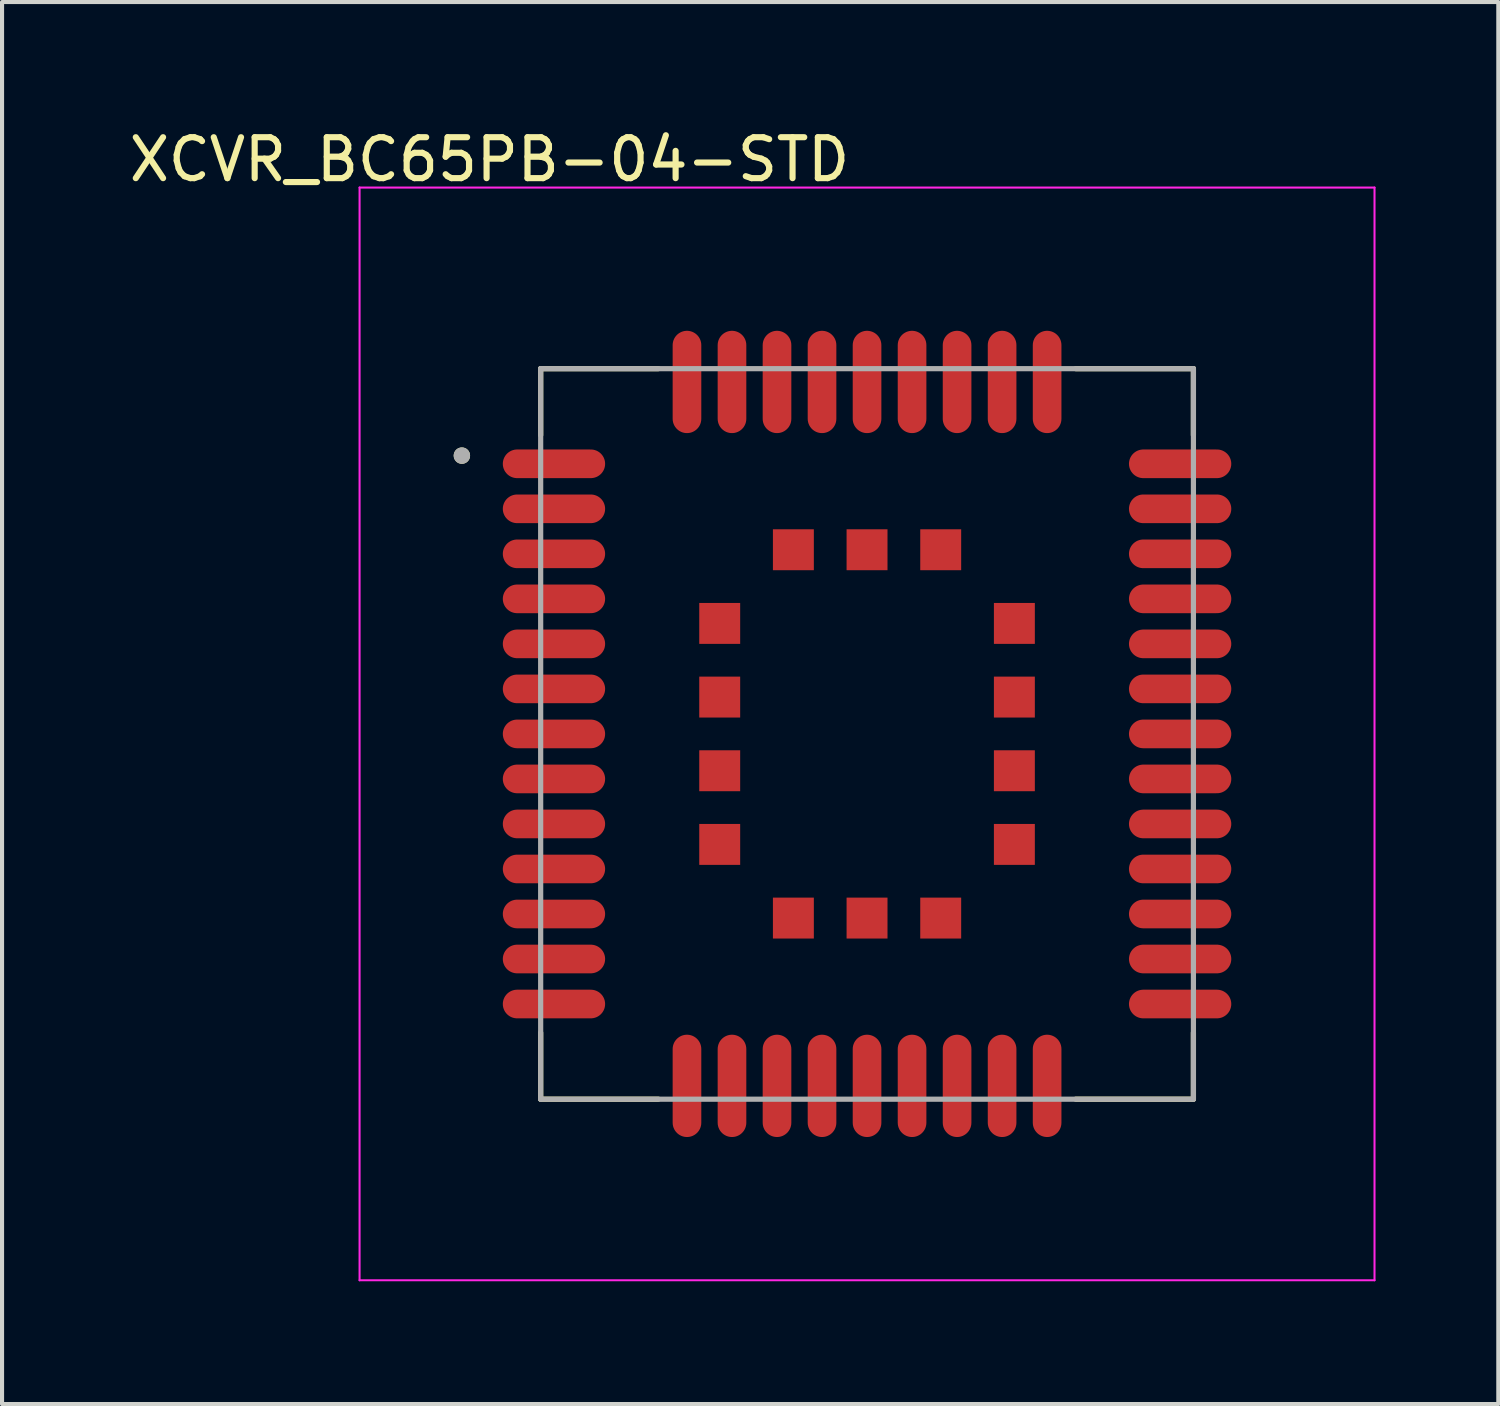
<source format=kicad_pcb>
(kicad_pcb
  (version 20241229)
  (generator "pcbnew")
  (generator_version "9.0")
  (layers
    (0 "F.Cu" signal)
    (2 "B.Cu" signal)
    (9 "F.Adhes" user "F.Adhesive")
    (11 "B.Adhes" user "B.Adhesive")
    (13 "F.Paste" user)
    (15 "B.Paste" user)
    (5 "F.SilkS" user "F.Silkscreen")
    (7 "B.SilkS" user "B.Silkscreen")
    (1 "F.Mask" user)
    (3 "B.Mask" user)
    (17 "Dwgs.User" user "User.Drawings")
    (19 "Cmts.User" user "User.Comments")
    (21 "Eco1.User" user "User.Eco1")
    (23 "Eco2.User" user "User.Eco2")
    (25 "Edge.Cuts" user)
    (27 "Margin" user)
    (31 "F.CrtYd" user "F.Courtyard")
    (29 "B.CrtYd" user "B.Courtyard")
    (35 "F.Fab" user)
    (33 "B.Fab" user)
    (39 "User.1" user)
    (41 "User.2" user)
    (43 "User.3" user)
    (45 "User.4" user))
  (footprint "XCVR_BC65PB-04-STD"
    (layer "F.Cu")
    (at 18.136 14.883)
    (property "Reference" "XCVR_BC65PB-04-STD" (at -9.225 -14.035 0) (layer "F.SilkS") (effects (font (size 1 1) (thickness 0.15))))
    (attr smd)
    (fp_line (start -7.975 -8.925) (end -7.975 -7.3) (stroke (width 0.127) (type solid)) (layer "F.SilkS"))
    (fp_line (start -7.975 7.3) (end -7.975 8.925) (stroke (width 0.127) (type solid)) (layer "F.SilkS"))
    (fp_line (start -7.975 8.925) (end -5.1 8.925) (stroke (width 0.127) (type solid)) (layer "F.SilkS"))
    (fp_line (start -5.1 -8.925) (end -7.975 -8.925) (stroke (width 0.127) (type solid)) (layer "F.SilkS"))
    (fp_line (start 5.1 -8.925) (end 7.975 -8.925) (stroke (width 0.127) (type solid)) (layer "F.SilkS"))
    (fp_line (start 5.1 8.925) (end 7.975 8.925) (stroke (width 0.127) (type solid)) (layer "F.SilkS"))
    (fp_line (start 7.975 -8.925) (end 7.975 -7.3) (stroke (width 0.127) (type solid)) (layer "F.SilkS"))
    (fp_line (start 7.975 8.925) (end 7.975 7.3) (stroke (width 0.127) (type solid)) (layer "F.SilkS"))
    (fp_circle (center -9.9 -6.8) (end -9.8 -6.8) (stroke (width 0.2) (type solid)) (fill no) (layer "F.SilkS"))
    (fp_poly (pts (xy 0.472 -2.705) (xy 0.472 -2.704) (xy 0.471 -2.704) (xy 0.471 -2.703) (xy 0.471 -2.702) (xy 0.471 -2.701) (xy 0.472 -2.701) (xy 0.472 -2.7) (xy 0.472 -2.705)) (stroke (width 0.0001) (type solid)) (fill yes) (layer "F.Paste"))
    (fp_poly (pts (xy -3.6 -2.7) (xy -3.6 -2.705) (xy -3.128 -2.705) (xy -3.129 -2.727) (xy -3.131 -2.752) (xy -3.134 -2.776) (xy -3.138 -2.8) (xy -3.144 -2.824) (xy -3.151 -2.848) (xy -3.159 -2.871) (xy -3.169 -2.893) (xy -3.179 -2.916) (xy -3.191 -2.937) (xy -3.204 -2.958) (xy -3.218 -2.978) (xy -3.233 -2.998) (xy -3.249 -3.017) (xy -3.266 -3.034) (xy -3.283 -3.051) (xy -3.302 -3.067) (xy -3.322 -3.082) (xy -3.342 -3.096) (xy -3.363 -3.109) (xy -3.384 -3.121) (xy -3.407 -3.131) (xy -3.429 -3.141) (xy -3.452 -3.149) (xy -3.476 -3.156) (xy -3.5 -3.162) (xy -3.524 -3.166) (xy -3.548 -3.169) (xy -3.573 -3.171) (xy -3.6 -3.172) (xy -3.625 -3.171) (xy -3.649 -3.169) (xy -3.674 -3.166) (xy -3.698 -3.162) (xy -3.722 -3.156) (xy -3.746 -3.149) (xy -3.769 -3.141) (xy -3.792 -3.131) (xy -3.814 -3.121) (xy -3.836 -3.109) (xy -3.857 -3.096) (xy -3.877 -3.082) (xy -3.897 -3.067) (xy -3.916 -3.051) (xy -3.934 -3.034) (xy -3.951 -3.016) (xy -3.967 -2.997) (xy -3.982 -2.977) (xy -3.996 -2.957) (xy -4.009 -2.936) (xy -4.021 -2.914) (xy -4.031 -2.892) (xy -4.041 -2.869) (xy -4.049 -2.846) (xy -4.056 -2.822) (xy -4.062 -2.798) (xy -4.066 -2.774) (xy -4.069 -2.749) (xy -4.071 -2.725) (xy -4.072 -2.7) (xy -4.071 -2.675) (xy -4.069 -2.651) (xy -4.066 -2.626) (xy -4.062 -2.602) (xy -4.056 -2.578) (xy -4.049 -2.554) (xy -4.041 -2.531) (xy -4.031 -2.508) (xy -4.021 -2.486) (xy -4.009 -2.464) (xy -3.996 -2.443) (xy -3.982 -2.423) (xy -3.967 -2.403) (xy -3.951 -2.384) (xy -3.934 -2.366) (xy -3.916 -2.349) (xy -3.897 -2.333) (xy -3.877 -2.318) (xy -3.857 -2.304) (xy -3.836 -2.291) (xy -3.814 -2.279) (xy -3.792 -2.269) (xy -3.769 -2.259) (xy -3.746 -2.251) (xy -3.722 -2.244) (xy -3.698 -2.238) (xy -3.674 -2.234) (xy -3.649 -2.231) (xy -3.625 -2.229) (xy -3.6 -2.228) (xy -3.575 -2.229) (xy -3.551 -2.231) (xy -3.526 -2.234) (xy -3.502 -2.238) (xy -3.478 -2.244) (xy -3.454 -2.251) (xy -3.431 -2.259) (xy -3.408 -2.269) (xy -3.386 -2.279) (xy -3.364 -2.291) (xy -3.343 -2.304) (xy -3.323 -2.318) (xy -3.303 -2.333) (xy -3.284 -2.349) (xy -3.266 -2.366) (xy -3.249 -2.384) (xy -3.233 -2.403) (xy -3.218 -2.423) (xy -3.204 -2.443) (xy -3.191 -2.464) (xy -3.179 -2.486) (xy -3.169 -2.508) (xy -3.159 -2.531) (xy -3.151 -2.554) (xy -3.144 -2.578) (xy -3.138 -2.602) (xy -3.134 -2.626) (xy -3.131 -2.651) (xy -3.129 -2.675) (xy -3.128 -2.7) (xy -3.6 -2.7)) (stroke (width 0.0001) (type solid)) (fill yes) (layer "F.Paste"))
    (fp_poly (pts (xy -3.6 -0.9) (xy -3.6 -0.905) (xy -3.128 -0.905) (xy -3.129 -0.927) (xy -3.131 -0.952) (xy -3.134 -0.976) (xy -3.138 -1) (xy -3.144 -1.024) (xy -3.151 -1.048) (xy -3.159 -1.071) (xy -3.169 -1.093) (xy -3.179 -1.116) (xy -3.191 -1.137) (xy -3.204 -1.158) (xy -3.218 -1.178) (xy -3.233 -1.198) (xy -3.249 -1.217) (xy -3.266 -1.234) (xy -3.283 -1.251) (xy -3.302 -1.267) (xy -3.322 -1.282) (xy -3.342 -1.296) (xy -3.363 -1.309) (xy -3.384 -1.321) (xy -3.407 -1.331) (xy -3.429 -1.341) (xy -3.452 -1.349) (xy -3.476 -1.356) (xy -3.5 -1.362) (xy -3.524 -1.366) (xy -3.548 -1.369) (xy -3.573 -1.371) (xy -3.6 -1.372) (xy -3.625 -1.371) (xy -3.649 -1.369) (xy -3.674 -1.366) (xy -3.698 -1.362) (xy -3.722 -1.356) (xy -3.746 -1.349) (xy -3.769 -1.341) (xy -3.792 -1.331) (xy -3.814 -1.321) (xy -3.836 -1.309) (xy -3.857 -1.296) (xy -3.877 -1.282) (xy -3.897 -1.267) (xy -3.916 -1.251) (xy -3.934 -1.234) (xy -3.951 -1.216) (xy -3.967 -1.197) (xy -3.982 -1.177) (xy -3.996 -1.157) (xy -4.009 -1.136) (xy -4.021 -1.114) (xy -4.031 -1.092) (xy -4.041 -1.069) (xy -4.049 -1.046) (xy -4.056 -1.022) (xy -4.062 -0.998) (xy -4.066 -0.974) (xy -4.069 -0.949) (xy -4.071 -0.925) (xy -4.072 -0.9) (xy -4.071 -0.875) (xy -4.069 -0.851) (xy -4.066 -0.826) (xy -4.062 -0.802) (xy -4.056 -0.778) (xy -4.049 -0.754) (xy -4.041 -0.731) (xy -4.031 -0.708) (xy -4.021 -0.686) (xy -4.009 -0.664) (xy -3.996 -0.643) (xy -3.982 -0.623) (xy -3.967 -0.603) (xy -3.951 -0.584) (xy -3.934 -0.566) (xy -3.916 -0.549) (xy -3.897 -0.533) (xy -3.877 -0.518) (xy -3.857 -0.504) (xy -3.836 -0.491) (xy -3.814 -0.479) (xy -3.792 -0.469) (xy -3.769 -0.459) (xy -3.746 -0.451) (xy -3.722 -0.444) (xy -3.698 -0.438) (xy -3.674 -0.434) (xy -3.649 -0.431) (xy -3.625 -0.429) (xy -3.6 -0.428) (xy -3.575 -0.429) (xy -3.551 -0.431) (xy -3.526 -0.434) (xy -3.502 -0.438) (xy -3.478 -0.444) (xy -3.454 -0.451) (xy -3.431 -0.459) (xy -3.408 -0.469) (xy -3.386 -0.479) (xy -3.364 -0.491) (xy -3.343 -0.504) (xy -3.323 -0.518) (xy -3.303 -0.533) (xy -3.284 -0.549) (xy -3.266 -0.566) (xy -3.249 -0.584) (xy -3.233 -0.603) (xy -3.218 -0.623) (xy -3.204 -0.643) (xy -3.191 -0.664) (xy -3.179 -0.686) (xy -3.169 -0.708) (xy -3.159 -0.731) (xy -3.151 -0.754) (xy -3.144 -0.778) (xy -3.138 -0.802) (xy -3.134 -0.826) (xy -3.131 -0.851) (xy -3.129 -0.875) (xy -3.128 -0.9) (xy -3.6 -0.9)) (stroke (width 0.0001) (type solid)) (fill yes) (layer "F.Paste"))
    (fp_poly (pts (xy -3.6 0.9) (xy -3.6 0.895) (xy -3.128 0.895) (xy -3.129 0.873) (xy -3.131 0.848) (xy -3.134 0.824) (xy -3.138 0.8) (xy -3.144 0.776) (xy -3.151 0.752) (xy -3.159 0.729) (xy -3.169 0.707) (xy -3.179 0.684) (xy -3.191 0.663) (xy -3.204 0.642) (xy -3.218 0.622) (xy -3.233 0.602) (xy -3.249 0.583) (xy -3.266 0.566) (xy -3.283 0.549) (xy -3.302 0.533) (xy -3.322 0.518) (xy -3.342 0.504) (xy -3.363 0.491) (xy -3.384 0.479) (xy -3.407 0.469) (xy -3.429 0.459) (xy -3.452 0.451) (xy -3.476 0.444) (xy -3.5 0.438) (xy -3.524 0.434) (xy -3.548 0.431) (xy -3.573 0.429) (xy -3.6 0.428) (xy -3.625 0.429) (xy -3.649 0.431) (xy -3.674 0.434) (xy -3.698 0.438) (xy -3.722 0.444) (xy -3.746 0.451) (xy -3.769 0.459) (xy -3.792 0.469) (xy -3.814 0.479) (xy -3.836 0.491) (xy -3.857 0.504) (xy -3.877 0.518) (xy -3.897 0.533) (xy -3.916 0.549) (xy -3.934 0.566) (xy -3.951 0.584) (xy -3.967 0.603) (xy -3.982 0.623) (xy -3.996 0.643) (xy -4.009 0.664) (xy -4.021 0.686) (xy -4.031 0.708) (xy -4.041 0.731) (xy -4.049 0.754) (xy -4.056 0.778) (xy -4.062 0.802) (xy -4.066 0.826) (xy -4.069 0.851) (xy -4.071 0.875) (xy -4.072 0.9) (xy -4.071 0.925) (xy -4.069 0.949) (xy -4.066 0.974) (xy -4.062 0.998) (xy -4.056 1.022) (xy -4.049 1.046) (xy -4.041 1.069) (xy -4.031 1.092) (xy -4.021 1.114) (xy -4.009 1.136) (xy -3.996 1.157) (xy -3.982 1.177) (xy -3.967 1.197) (xy -3.951 1.216) (xy -3.934 1.234) (xy -3.916 1.251) (xy -3.897 1.267) (xy -3.877 1.282) (xy -3.857 1.296) (xy -3.836 1.309) (xy -3.814 1.321) (xy -3.792 1.331) (xy -3.769 1.341) (xy -3.746 1.349) (xy -3.722 1.356) (xy -3.698 1.362) (xy -3.674 1.366) (xy -3.649 1.369) (xy -3.625 1.371) (xy -3.6 1.372) (xy -3.575 1.371) (xy -3.551 1.369) (xy -3.526 1.366) (xy -3.502 1.362) (xy -3.478 1.356) (xy -3.454 1.349) (xy -3.431 1.341) (xy -3.408 1.331) (xy -3.386 1.321) (xy -3.364 1.309) (xy -3.343 1.296) (xy -3.323 1.282) (xy -3.303 1.267) (xy -3.284 1.251) (xy -3.266 1.234) (xy -3.249 1.216) (xy -3.233 1.197) (xy -3.218 1.177) (xy -3.204 1.157) (xy -3.191 1.136) (xy -3.179 1.114) (xy -3.169 1.092) (xy -3.159 1.069) (xy -3.151 1.046) (xy -3.144 1.022) (xy -3.138 0.998) (xy -3.134 0.974) (xy -3.131 0.949) (xy -3.129 0.925) (xy -3.128 0.9) (xy -3.6 0.9)) (stroke (width 0.0001) (type solid)) (fill yes) (layer "F.Paste"))
    (fp_poly (pts (xy -3.6 2.7) (xy -3.6 2.695) (xy -3.128 2.695) (xy -3.129 2.673) (xy -3.131 2.648) (xy -3.134 2.624) (xy -3.138 2.6) (xy -3.144 2.576) (xy -3.151 2.552) (xy -3.159 2.529) (xy -3.169 2.507) (xy -3.179 2.484) (xy -3.191 2.463) (xy -3.204 2.442) (xy -3.218 2.422) (xy -3.233 2.402) (xy -3.249 2.383) (xy -3.266 2.366) (xy -3.283 2.349) (xy -3.302 2.333) (xy -3.322 2.318) (xy -3.342 2.304) (xy -3.363 2.291) (xy -3.384 2.279) (xy -3.407 2.269) (xy -3.429 2.259) (xy -3.452 2.251) (xy -3.476 2.244) (xy -3.5 2.238) (xy -3.524 2.234) (xy -3.548 2.231) (xy -3.573 2.229) (xy -3.6 2.228) (xy -3.625 2.229) (xy -3.649 2.231) (xy -3.674 2.234) (xy -3.698 2.238) (xy -3.722 2.244) (xy -3.746 2.251) (xy -3.769 2.259) (xy -3.792 2.269) (xy -3.814 2.279) (xy -3.836 2.291) (xy -3.857 2.304) (xy -3.877 2.318) (xy -3.897 2.333) (xy -3.916 2.349) (xy -3.934 2.366) (xy -3.951 2.384) (xy -3.967 2.403) (xy -3.982 2.423) (xy -3.996 2.443) (xy -4.009 2.464) (xy -4.021 2.486) (xy -4.031 2.508) (xy -4.041 2.531) (xy -4.049 2.554) (xy -4.056 2.578) (xy -4.062 2.602) (xy -4.066 2.626) (xy -4.069 2.651) (xy -4.071 2.675) (xy -4.072 2.7) (xy -4.071 2.725) (xy -4.069 2.749) (xy -4.066 2.774) (xy -4.062 2.798) (xy -4.056 2.822) (xy -4.049 2.846) (xy -4.041 2.869) (xy -4.031 2.892) (xy -4.021 2.914) (xy -4.009 2.936) (xy -3.996 2.957) (xy -3.982 2.977) (xy -3.967 2.997) (xy -3.951 3.016) (xy -3.934 3.034) (xy -3.916 3.051) (xy -3.897 3.067) (xy -3.877 3.082) (xy -3.857 3.096) (xy -3.836 3.109) (xy -3.814 3.121) (xy -3.792 3.131) (xy -3.769 3.141) (xy -3.746 3.149) (xy -3.722 3.156) (xy -3.698 3.162) (xy -3.674 3.166) (xy -3.649 3.169) (xy -3.625 3.171) (xy -3.6 3.172) (xy -3.575 3.171) (xy -3.551 3.169) (xy -3.526 3.166) (xy -3.502 3.162) (xy -3.478 3.156) (xy -3.454 3.149) (xy -3.431 3.141) (xy -3.408 3.131) (xy -3.386 3.121) (xy -3.364 3.109) (xy -3.343 3.096) (xy -3.323 3.082) (xy -3.303 3.067) (xy -3.284 3.051) (xy -3.266 3.034) (xy -3.249 3.016) (xy -3.233 2.997) (xy -3.218 2.977) (xy -3.204 2.957) (xy -3.191 2.936) (xy -3.179 2.914) (xy -3.169 2.892) (xy -3.159 2.869) (xy -3.151 2.846) (xy -3.144 2.822) (xy -3.138 2.798) (xy -3.134 2.774) (xy -3.131 2.749) (xy -3.129 2.725) (xy -3.128 2.7) (xy -3.6 2.7)) (stroke (width 0.0001) (type solid)) (fill yes) (layer "F.Paste"))
    (fp_poly (pts (xy -1.8 -4.5) (xy -1.8 -4.505) (xy -1.328 -4.505) (xy -1.329 -4.527) (xy -1.331 -4.552) (xy -1.334 -4.576) (xy -1.338 -4.6) (xy -1.344 -4.624) (xy -1.351 -4.648) (xy -1.359 -4.671) (xy -1.369 -4.693) (xy -1.379 -4.716) (xy -1.391 -4.737) (xy -1.404 -4.758) (xy -1.418 -4.778) (xy -1.433 -4.798) (xy -1.449 -4.817) (xy -1.466 -4.834) (xy -1.483 -4.851) (xy -1.502 -4.867) (xy -1.522 -4.882) (xy -1.542 -4.896) (xy -1.563 -4.909) (xy -1.584 -4.921) (xy -1.607 -4.931) (xy -1.629 -4.941) (xy -1.652 -4.949) (xy -1.676 -4.956) (xy -1.7 -4.962) (xy -1.724 -4.966) (xy -1.748 -4.969) (xy -1.773 -4.971) (xy -1.8 -4.972) (xy -1.825 -4.971) (xy -1.849 -4.969) (xy -1.874 -4.966) (xy -1.898 -4.962) (xy -1.922 -4.956) (xy -1.946 -4.949) (xy -1.969 -4.941) (xy -1.992 -4.931) (xy -2.014 -4.921) (xy -2.036 -4.909) (xy -2.057 -4.896) (xy -2.077 -4.882) (xy -2.097 -4.867) (xy -2.116 -4.851) (xy -2.134 -4.834) (xy -2.151 -4.816) (xy -2.167 -4.797) (xy -2.182 -4.777) (xy -2.196 -4.757) (xy -2.209 -4.736) (xy -2.221 -4.714) (xy -2.231 -4.692) (xy -2.241 -4.669) (xy -2.249 -4.646) (xy -2.256 -4.622) (xy -2.262 -4.598) (xy -2.266 -4.574) (xy -2.269 -4.549) (xy -2.271 -4.525) (xy -2.272 -4.5) (xy -2.271 -4.475) (xy -2.269 -4.451) (xy -2.266 -4.426) (xy -2.262 -4.402) (xy -2.256 -4.378) (xy -2.249 -4.354) (xy -2.241 -4.331) (xy -2.231 -4.308) (xy -2.221 -4.286) (xy -2.209 -4.264) (xy -2.196 -4.243) (xy -2.182 -4.223) (xy -2.167 -4.203) (xy -2.151 -4.184) (xy -2.134 -4.166) (xy -2.116 -4.149) (xy -2.097 -4.133) (xy -2.077 -4.118) (xy -2.057 -4.104) (xy -2.036 -4.091) (xy -2.014 -4.079) (xy -1.992 -4.069) (xy -1.969 -4.059) (xy -1.946 -4.051) (xy -1.922 -4.044) (xy -1.898 -4.038) (xy -1.874 -4.034) (xy -1.849 -4.031) (xy -1.825 -4.029) (xy -1.8 -4.028) (xy -1.775 -4.029) (xy -1.751 -4.031) (xy -1.726 -4.034) (xy -1.702 -4.038) (xy -1.678 -4.044) (xy -1.654 -4.051) (xy -1.631 -4.059) (xy -1.608 -4.069) (xy -1.586 -4.079) (xy -1.564 -4.091) (xy -1.543 -4.104) (xy -1.523 -4.118) (xy -1.503 -4.133) (xy -1.484 -4.149) (xy -1.466 -4.166) (xy -1.449 -4.184) (xy -1.433 -4.203) (xy -1.418 -4.223) (xy -1.404 -4.243) (xy -1.391 -4.264) (xy -1.379 -4.286) (xy -1.369 -4.308) (xy -1.359 -4.331) (xy -1.351 -4.354) (xy -1.344 -4.378) (xy -1.338 -4.402) (xy -1.334 -4.426) (xy -1.331 -4.451) (xy -1.329 -4.475) (xy -1.328 -4.5) (xy -1.8 -4.5)) (stroke (width 0.0001) (type solid)) (fill yes) (layer "F.Paste"))
    (fp_poly (pts (xy -1.8 4.5) (xy -1.8 4.495) (xy -1.328 4.495) (xy -1.329 4.473) (xy -1.331 4.448) (xy -1.334 4.424) (xy -1.338 4.4) (xy -1.344 4.376) (xy -1.351 4.352) (xy -1.359 4.329) (xy -1.369 4.307) (xy -1.379 4.284) (xy -1.391 4.263) (xy -1.404 4.242) (xy -1.418 4.222) (xy -1.433 4.202) (xy -1.449 4.183) (xy -1.466 4.166) (xy -1.483 4.149) (xy -1.502 4.133) (xy -1.522 4.118) (xy -1.542 4.104) (xy -1.563 4.091) (xy -1.584 4.079) (xy -1.607 4.069) (xy -1.629 4.059) (xy -1.652 4.051) (xy -1.676 4.044) (xy -1.7 4.038) (xy -1.724 4.034) (xy -1.748 4.031) (xy -1.773 4.029) (xy -1.8 4.028) (xy -1.825 4.029) (xy -1.849 4.031) (xy -1.874 4.034) (xy -1.898 4.038) (xy -1.922 4.044) (xy -1.946 4.051) (xy -1.969 4.059) (xy -1.992 4.069) (xy -2.014 4.079) (xy -2.036 4.091) (xy -2.057 4.104) (xy -2.077 4.118) (xy -2.097 4.133) (xy -2.116 4.149) (xy -2.134 4.166) (xy -2.151 4.184) (xy -2.167 4.203) (xy -2.182 4.223) (xy -2.196 4.243) (xy -2.209 4.264) (xy -2.221 4.286) (xy -2.231 4.308) (xy -2.241 4.331) (xy -2.249 4.354) (xy -2.256 4.378) (xy -2.262 4.402) (xy -2.266 4.426) (xy -2.269 4.451) (xy -2.271 4.475) (xy -2.272 4.5) (xy -2.271 4.525) (xy -2.269 4.549) (xy -2.266 4.574) (xy -2.262 4.598) (xy -2.256 4.622) (xy -2.249 4.646) (xy -2.241 4.669) (xy -2.231 4.692) (xy -2.221 4.714) (xy -2.209 4.736) (xy -2.196 4.757) (xy -2.182 4.777) (xy -2.167 4.797) (xy -2.151 4.816) (xy -2.134 4.834) (xy -2.116 4.851) (xy -2.097 4.867) (xy -2.077 4.882) (xy -2.057 4.896) (xy -2.036 4.909) (xy -2.014 4.921) (xy -1.992 4.931) (xy -1.969 4.941) (xy -1.946 4.949) (xy -1.922 4.956) (xy -1.898 4.962) (xy -1.874 4.966) (xy -1.849 4.969) (xy -1.825 4.971) (xy -1.8 4.972) (xy -1.775 4.971) (xy -1.751 4.969) (xy -1.726 4.966) (xy -1.702 4.962) (xy -1.678 4.956) (xy -1.654 4.949) (xy -1.631 4.941) (xy -1.608 4.931) (xy -1.586 4.921) (xy -1.564 4.909) (xy -1.543 4.896) (xy -1.523 4.882) (xy -1.503 4.867) (xy -1.484 4.851) (xy -1.466 4.834) (xy -1.449 4.816) (xy -1.433 4.797) (xy -1.418 4.777) (xy -1.404 4.757) (xy -1.391 4.736) (xy -1.379 4.714) (xy -1.369 4.692) (xy -1.359 4.669) (xy -1.351 4.646) (xy -1.344 4.622) (xy -1.338 4.598) (xy -1.334 4.574) (xy -1.331 4.549) (xy -1.329 4.525) (xy -1.328 4.5) (xy -1.8 4.5)) (stroke (width 0.0001) (type solid)) (fill yes) (layer "F.Paste"))
    (fp_poly (pts (xy 0 -4.5) (xy 0 -4.505) (xy 0.472 -4.505) (xy 0.471 -4.527) (xy 0.469 -4.552) (xy 0.466 -4.576) (xy 0.462 -4.6) (xy 0.456 -4.624) (xy 0.449 -4.648) (xy 0.441 -4.671) (xy 0.431 -4.693) (xy 0.421 -4.716) (xy 0.409 -4.737) (xy 0.396 -4.758) (xy 0.382 -4.778) (xy 0.367 -4.798) (xy 0.351 -4.817) (xy 0.334 -4.834) (xy 0.317 -4.851) (xy 0.298 -4.867) (xy 0.278 -4.882) (xy 0.258 -4.896) (xy 0.237 -4.909) (xy 0.216 -4.921) (xy 0.193 -4.931) (xy 0.171 -4.941) (xy 0.148 -4.949) (xy 0.124 -4.956) (xy 0.1 -4.962) (xy 0.076 -4.966) (xy 0.052 -4.969) (xy 0.027 -4.971) (xy 0 -4.972) (xy -0.025 -4.971) (xy -0.049 -4.969) (xy -0.074 -4.966) (xy -0.098 -4.962) (xy -0.122 -4.956) (xy -0.146 -4.949) (xy -0.169 -4.941) (xy -0.192 -4.931) (xy -0.214 -4.921) (xy -0.236 -4.909) (xy -0.257 -4.896) (xy -0.277 -4.882) (xy -0.297 -4.867) (xy -0.316 -4.851) (xy -0.334 -4.834) (xy -0.351 -4.816) (xy -0.367 -4.797) (xy -0.382 -4.777) (xy -0.396 -4.757) (xy -0.409 -4.736) (xy -0.421 -4.714) (xy -0.431 -4.692) (xy -0.441 -4.669) (xy -0.449 -4.646) (xy -0.456 -4.622) (xy -0.462 -4.598) (xy -0.466 -4.574) (xy -0.469 -4.549) (xy -0.471 -4.525) (xy -0.472 -4.5) (xy -0.471 -4.475) (xy -0.469 -4.451) (xy -0.466 -4.426) (xy -0.462 -4.402) (xy -0.456 -4.378) (xy -0.449 -4.354) (xy -0.441 -4.331) (xy -0.431 -4.308) (xy -0.421 -4.286) (xy -0.409 -4.264) (xy -0.396 -4.243) (xy -0.382 -4.223) (xy -0.367 -4.203) (xy -0.351 -4.184) (xy -0.334 -4.166) (xy -0.316 -4.149) (xy -0.297 -4.133) (xy -0.277 -4.118) (xy -0.257 -4.104) (xy -0.236 -4.091) (xy -0.214 -4.079) (xy -0.192 -4.069) (xy -0.169 -4.059) (xy -0.146 -4.051) (xy -0.122 -4.044) (xy -0.098 -4.038) (xy -0.074 -4.034) (xy -0.049 -4.031) (xy -0.025 -4.029) (xy 0 -4.028) (xy 0.025 -4.029) (xy 0.049 -4.031) (xy 0.074 -4.034) (xy 0.098 -4.038) (xy 0.122 -4.044) (xy 0.146 -4.051) (xy 0.169 -4.059) (xy 0.192 -4.069) (xy 0.214 -4.079) (xy 0.236 -4.091) (xy 0.257 -4.104) (xy 0.277 -4.118) (xy 0.297 -4.133) (xy 0.316 -4.149) (xy 0.334 -4.166) (xy 0.351 -4.184) (xy 0.367 -4.203) (xy 0.382 -4.223) (xy 0.396 -4.243) (xy 0.409 -4.264) (xy 0.421 -4.286) (xy 0.431 -4.308) (xy 0.441 -4.331) (xy 0.449 -4.354) (xy 0.456 -4.378) (xy 0.462 -4.402) (xy 0.466 -4.426) (xy 0.469 -4.451) (xy 0.471 -4.475) (xy 0.472 -4.5) (xy 0 -4.5)) (stroke (width 0.0001) (type solid)) (fill yes) (layer "F.Paste"))
    (fp_poly (pts (xy 0 4.5) (xy 0 4.495) (xy 0.472 4.495) (xy 0.471 4.473) (xy 0.469 4.448) (xy 0.466 4.424) (xy 0.462 4.4) (xy 0.456 4.376) (xy 0.449 4.352) (xy 0.441 4.329) (xy 0.431 4.307) (xy 0.421 4.284) (xy 0.409 4.263) (xy 0.396 4.242) (xy 0.382 4.222) (xy 0.367 4.202) (xy 0.351 4.183) (xy 0.334 4.166) (xy 0.317 4.149) (xy 0.298 4.133) (xy 0.278 4.118) (xy 0.258 4.104) (xy 0.237 4.091) (xy 0.216 4.079) (xy 0.193 4.069) (xy 0.171 4.059) (xy 0.148 4.051) (xy 0.124 4.044) (xy 0.1 4.038) (xy 0.076 4.034) (xy 0.052 4.031) (xy 0.027 4.029) (xy 0 4.028) (xy -0.025 4.029) (xy -0.049 4.031) (xy -0.074 4.034) (xy -0.098 4.038) (xy -0.122 4.044) (xy -0.146 4.051) (xy -0.169 4.059) (xy -0.192 4.069) (xy -0.214 4.079) (xy -0.236 4.091) (xy -0.257 4.104) (xy -0.277 4.118) (xy -0.297 4.133) (xy -0.316 4.149) (xy -0.334 4.166) (xy -0.351 4.184) (xy -0.367 4.203) (xy -0.382 4.223) (xy -0.396 4.243) (xy -0.409 4.264) (xy -0.421 4.286) (xy -0.431 4.308) (xy -0.441 4.331) (xy -0.449 4.354) (xy -0.456 4.378) (xy -0.462 4.402) (xy -0.466 4.426) (xy -0.469 4.451) (xy -0.471 4.475) (xy -0.472 4.5) (xy -0.471 4.525) (xy -0.469 4.549) (xy -0.466 4.574) (xy -0.462 4.598) (xy -0.456 4.622) (xy -0.449 4.646) (xy -0.441 4.669) (xy -0.431 4.692) (xy -0.421 4.714) (xy -0.409 4.736) (xy -0.396 4.757) (xy -0.382 4.777) (xy -0.367 4.797) (xy -0.351 4.816) (xy -0.334 4.834) (xy -0.316 4.851) (xy -0.297 4.867) (xy -0.277 4.882) (xy -0.257 4.896) (xy -0.236 4.909) (xy -0.214 4.921) (xy -0.192 4.931) (xy -0.169 4.941) (xy -0.146 4.949) (xy -0.122 4.956) (xy -0.098 4.962) (xy -0.074 4.966) (xy -0.049 4.969) (xy -0.025 4.971) (xy 0 4.972) (xy 0.025 4.971) (xy 0.049 4.969) (xy 0.074 4.966) (xy 0.098 4.962) (xy 0.122 4.956) (xy 0.146 4.949) (xy 0.169 4.941) (xy 0.192 4.931) (xy 0.214 4.921) (xy 0.236 4.909) (xy 0.257 4.896) (xy 0.277 4.882) (xy 0.297 4.867) (xy 0.316 4.851) (xy 0.334 4.834) (xy 0.351 4.816) (xy 0.367 4.797) (xy 0.382 4.777) (xy 0.396 4.757) (xy 0.409 4.736) (xy 0.421 4.714) (xy 0.431 4.692) (xy 0.441 4.669) (xy 0.449 4.646) (xy 0.456 4.622) (xy 0.462 4.598) (xy 0.466 4.574) (xy 0.469 4.549) (xy 0.471 4.525) (xy 0.472 4.5) (xy 0 4.5)) (stroke (width 0.0001) (type solid)) (fill yes) (layer "F.Paste"))
    (fp_poly (pts (xy 1.8 -4.5) (xy 1.8 -4.505) (xy 2.272 -4.505) (xy 2.271 -4.527) (xy 2.269 -4.552) (xy 2.266 -4.576) (xy 2.262 -4.6) (xy 2.256 -4.624) (xy 2.249 -4.648) (xy 2.241 -4.671) (xy 2.231 -4.693) (xy 2.221 -4.716) (xy 2.209 -4.737) (xy 2.196 -4.758) (xy 2.182 -4.778) (xy 2.167 -4.798) (xy 2.151 -4.817) (xy 2.134 -4.834) (xy 2.117 -4.851) (xy 2.098 -4.867) (xy 2.078 -4.882) (xy 2.058 -4.896) (xy 2.037 -4.909) (xy 2.016 -4.921) (xy 1.993 -4.931) (xy 1.971 -4.941) (xy 1.948 -4.949) (xy 1.924 -4.956) (xy 1.9 -4.962) (xy 1.876 -4.966) (xy 1.852 -4.969) (xy 1.827 -4.971) (xy 1.8 -4.972) (xy 1.775 -4.971) (xy 1.751 -4.969) (xy 1.726 -4.966) (xy 1.702 -4.962) (xy 1.678 -4.956) (xy 1.654 -4.949) (xy 1.631 -4.941) (xy 1.608 -4.931) (xy 1.586 -4.921) (xy 1.564 -4.909) (xy 1.543 -4.896) (xy 1.523 -4.882) (xy 1.503 -4.867) (xy 1.484 -4.851) (xy 1.466 -4.834) (xy 1.449 -4.816) (xy 1.433 -4.797) (xy 1.418 -4.777) (xy 1.404 -4.757) (xy 1.391 -4.736) (xy 1.379 -4.714) (xy 1.369 -4.692) (xy 1.359 -4.669) (xy 1.351 -4.646) (xy 1.344 -4.622) (xy 1.338 -4.598) (xy 1.334 -4.574) (xy 1.331 -4.549) (xy 1.329 -4.525) (xy 1.328 -4.5) (xy 1.329 -4.475) (xy 1.331 -4.451) (xy 1.334 -4.426) (xy 1.338 -4.402) (xy 1.344 -4.378) (xy 1.351 -4.354) (xy 1.359 -4.331) (xy 1.369 -4.308) (xy 1.379 -4.286) (xy 1.391 -4.264) (xy 1.404 -4.243) (xy 1.418 -4.223) (xy 1.433 -4.203) (xy 1.449 -4.184) (xy 1.466 -4.166) (xy 1.484 -4.149) (xy 1.503 -4.133) (xy 1.523 -4.118) (xy 1.543 -4.104) (xy 1.564 -4.091) (xy 1.586 -4.079) (xy 1.608 -4.069) (xy 1.631 -4.059) (xy 1.654 -4.051) (xy 1.678 -4.044) (xy 1.702 -4.038) (xy 1.726 -4.034) (xy 1.751 -4.031) (xy 1.775 -4.029) (xy 1.8 -4.028) (xy 1.825 -4.029) (xy 1.849 -4.031) (xy 1.874 -4.034) (xy 1.898 -4.038) (xy 1.922 -4.044) (xy 1.946 -4.051) (xy 1.969 -4.059) (xy 1.992 -4.069) (xy 2.014 -4.079) (xy 2.036 -4.091) (xy 2.057 -4.104) (xy 2.077 -4.118) (xy 2.097 -4.133) (xy 2.116 -4.149) (xy 2.134 -4.166) (xy 2.151 -4.184) (xy 2.167 -4.203) (xy 2.182 -4.223) (xy 2.196 -4.243) (xy 2.209 -4.264) (xy 2.221 -4.286) (xy 2.231 -4.308) (xy 2.241 -4.331) (xy 2.249 -4.354) (xy 2.256 -4.378) (xy 2.262 -4.402) (xy 2.266 -4.426) (xy 2.269 -4.451) (xy 2.271 -4.475) (xy 2.272 -4.5) (xy 1.8 -4.5)) (stroke (width 0.0001) (type solid)) (fill yes) (layer "F.Paste"))
    (fp_poly (pts (xy 1.8 4.5) (xy 1.8 4.495) (xy 2.272 4.495) (xy 2.271 4.473) (xy 2.269 4.448) (xy 2.266 4.424) (xy 2.262 4.4) (xy 2.256 4.376) (xy 2.249 4.352) (xy 2.241 4.329) (xy 2.231 4.307) (xy 2.221 4.284) (xy 2.209 4.263) (xy 2.196 4.242) (xy 2.182 4.222) (xy 2.167 4.202) (xy 2.151 4.183) (xy 2.134 4.166) (xy 2.117 4.149) (xy 2.098 4.133) (xy 2.078 4.118) (xy 2.058 4.104) (xy 2.037 4.091) (xy 2.016 4.079) (xy 1.993 4.069) (xy 1.971 4.059) (xy 1.948 4.051) (xy 1.924 4.044) (xy 1.9 4.038) (xy 1.876 4.034) (xy 1.852 4.031) (xy 1.827 4.029) (xy 1.8 4.028) (xy 1.775 4.029) (xy 1.751 4.031) (xy 1.726 4.034) (xy 1.702 4.038) (xy 1.678 4.044) (xy 1.654 4.051) (xy 1.631 4.059) (xy 1.608 4.069) (xy 1.586 4.079) (xy 1.564 4.091) (xy 1.543 4.104) (xy 1.523 4.118) (xy 1.503 4.133) (xy 1.484 4.149) (xy 1.466 4.166) (xy 1.449 4.184) (xy 1.433 4.203) (xy 1.418 4.223) (xy 1.404 4.243) (xy 1.391 4.264) (xy 1.379 4.286) (xy 1.369 4.308) (xy 1.359 4.331) (xy 1.351 4.354) (xy 1.344 4.378) (xy 1.338 4.402) (xy 1.334 4.426) (xy 1.331 4.451) (xy 1.329 4.475) (xy 1.328 4.5) (xy 1.329 4.525) (xy 1.331 4.549) (xy 1.334 4.574) (xy 1.338 4.598) (xy 1.344 4.622) (xy 1.351 4.646) (xy 1.359 4.669) (xy 1.369 4.692) (xy 1.379 4.714) (xy 1.391 4.736) (xy 1.404 4.757) (xy 1.418 4.777) (xy 1.433 4.797) (xy 1.449 4.816) (xy 1.466 4.834) (xy 1.484 4.851) (xy 1.503 4.867) (xy 1.523 4.882) (xy 1.543 4.896) (xy 1.564 4.909) (xy 1.586 4.921) (xy 1.608 4.931) (xy 1.631 4.941) (xy 1.654 4.949) (xy 1.678 4.956) (xy 1.702 4.962) (xy 1.726 4.966) (xy 1.751 4.969) (xy 1.775 4.971) (xy 1.8 4.972) (xy 1.825 4.971) (xy 1.849 4.969) (xy 1.874 4.966) (xy 1.898 4.962) (xy 1.922 4.956) (xy 1.946 4.949) (xy 1.969 4.941) (xy 1.992 4.931) (xy 2.014 4.921) (xy 2.036 4.909) (xy 2.057 4.896) (xy 2.077 4.882) (xy 2.097 4.867) (xy 2.116 4.851) (xy 2.134 4.834) (xy 2.151 4.816) (xy 2.167 4.797) (xy 2.182 4.777) (xy 2.196 4.757) (xy 2.209 4.736) (xy 2.221 4.714) (xy 2.231 4.692) (xy 2.241 4.669) (xy 2.249 4.646) (xy 2.256 4.622) (xy 2.262 4.598) (xy 2.266 4.574) (xy 2.269 4.549) (xy 2.271 4.525) (xy 2.272 4.5) (xy 1.8 4.5)) (stroke (width 0.0001) (type solid)) (fill yes) (layer "F.Paste"))
    (fp_poly (pts (xy 3.6 -2.7) (xy 3.6 -2.705) (xy 4.072 -2.705) (xy 4.071 -2.727) (xy 4.069 -2.752) (xy 4.066 -2.776) (xy 4.062 -2.8) (xy 4.056 -2.824) (xy 4.049 -2.848) (xy 4.041 -2.871) (xy 4.031 -2.893) (xy 4.021 -2.916) (xy 4.009 -2.937) (xy 3.996 -2.958) (xy 3.982 -2.978) (xy 3.967 -2.998) (xy 3.951 -3.017) (xy 3.934 -3.034) (xy 3.917 -3.051) (xy 3.898 -3.067) (xy 3.878 -3.082) (xy 3.858 -3.096) (xy 3.837 -3.109) (xy 3.816 -3.121) (xy 3.793 -3.131) (xy 3.771 -3.141) (xy 3.748 -3.149) (xy 3.724 -3.156) (xy 3.7 -3.162) (xy 3.676 -3.166) (xy 3.652 -3.169) (xy 3.627 -3.171) (xy 3.6 -3.172) (xy 3.575 -3.171) (xy 3.551 -3.169) (xy 3.526 -3.166) (xy 3.502 -3.162) (xy 3.478 -3.156) (xy 3.454 -3.149) (xy 3.431 -3.141) (xy 3.408 -3.131) (xy 3.386 -3.121) (xy 3.364 -3.109) (xy 3.343 -3.096) (xy 3.323 -3.082) (xy 3.303 -3.067) (xy 3.284 -3.051) (xy 3.266 -3.034) (xy 3.249 -3.016) (xy 3.233 -2.997) (xy 3.218 -2.977) (xy 3.204 -2.957) (xy 3.191 -2.936) (xy 3.179 -2.914) (xy 3.169 -2.892) (xy 3.159 -2.869) (xy 3.151 -2.846) (xy 3.144 -2.822) (xy 3.138 -2.798) (xy 3.134 -2.774) (xy 3.131 -2.749) (xy 3.129 -2.725) (xy 3.128 -2.7) (xy 3.129 -2.675) (xy 3.131 -2.651) (xy 3.134 -2.626) (xy 3.138 -2.602) (xy 3.144 -2.578) (xy 3.151 -2.554) (xy 3.159 -2.531) (xy 3.169 -2.508) (xy 3.179 -2.486) (xy 3.191 -2.464) (xy 3.204 -2.443) (xy 3.218 -2.423) (xy 3.233 -2.403) (xy 3.249 -2.384) (xy 3.266 -2.366) (xy 3.284 -2.349) (xy 3.303 -2.333) (xy 3.323 -2.318) (xy 3.343 -2.304) (xy 3.364 -2.291) (xy 3.386 -2.279) (xy 3.408 -2.269) (xy 3.431 -2.259) (xy 3.454 -2.251) (xy 3.478 -2.244) (xy 3.502 -2.238) (xy 3.526 -2.234) (xy 3.551 -2.231) (xy 3.575 -2.229) (xy 3.6 -2.228) (xy 3.625 -2.229) (xy 3.649 -2.231) (xy 3.674 -2.234) (xy 3.698 -2.238) (xy 3.722 -2.244) (xy 3.746 -2.251) (xy 3.769 -2.259) (xy 3.792 -2.269) (xy 3.814 -2.279) (xy 3.836 -2.291) (xy 3.857 -2.304) (xy 3.877 -2.318) (xy 3.897 -2.333) (xy 3.916 -2.349) (xy 3.934 -2.366) (xy 3.951 -2.384) (xy 3.967 -2.403) (xy 3.982 -2.423) (xy 3.996 -2.443) (xy 4.009 -2.464) (xy 4.021 -2.486) (xy 4.031 -2.508) (xy 4.041 -2.531) (xy 4.049 -2.554) (xy 4.056 -2.578) (xy 4.062 -2.602) (xy 4.066 -2.626) (xy 4.069 -2.651) (xy 4.071 -2.675) (xy 4.072 -2.7) (xy 3.6 -2.7)) (stroke (width 0.0001) (type solid)) (fill yes) (layer "F.Paste"))
    (fp_poly (pts (xy 3.6 -0.9) (xy 3.6 -0.905) (xy 4.072 -0.905) (xy 4.071 -0.927) (xy 4.069 -0.952) (xy 4.066 -0.976) (xy 4.062 -1) (xy 4.056 -1.024) (xy 4.049 -1.048) (xy 4.041 -1.071) (xy 4.031 -1.093) (xy 4.021 -1.116) (xy 4.009 -1.137) (xy 3.996 -1.158) (xy 3.982 -1.178) (xy 3.967 -1.198) (xy 3.951 -1.217) (xy 3.934 -1.234) (xy 3.917 -1.251) (xy 3.898 -1.267) (xy 3.878 -1.282) (xy 3.858 -1.296) (xy 3.837 -1.309) (xy 3.816 -1.321) (xy 3.793 -1.331) (xy 3.771 -1.341) (xy 3.748 -1.349) (xy 3.724 -1.356) (xy 3.7 -1.362) (xy 3.676 -1.366) (xy 3.652 -1.369) (xy 3.627 -1.371) (xy 3.6 -1.372) (xy 3.575 -1.371) (xy 3.551 -1.369) (xy 3.526 -1.366) (xy 3.502 -1.362) (xy 3.478 -1.356) (xy 3.454 -1.349) (xy 3.431 -1.341) (xy 3.408 -1.331) (xy 3.386 -1.321) (xy 3.364 -1.309) (xy 3.343 -1.296) (xy 3.323 -1.282) (xy 3.303 -1.267) (xy 3.284 -1.251) (xy 3.266 -1.234) (xy 3.249 -1.216) (xy 3.233 -1.197) (xy 3.218 -1.177) (xy 3.204 -1.157) (xy 3.191 -1.136) (xy 3.179 -1.114) (xy 3.169 -1.092) (xy 3.159 -1.069) (xy 3.151 -1.046) (xy 3.144 -1.022) (xy 3.138 -0.998) (xy 3.134 -0.974) (xy 3.131 -0.949) (xy 3.129 -0.925) (xy 3.128 -0.9) (xy 3.129 -0.875) (xy 3.131 -0.851) (xy 3.134 -0.826) (xy 3.138 -0.802) (xy 3.144 -0.778) (xy 3.151 -0.754) (xy 3.159 -0.731) (xy 3.169 -0.708) (xy 3.179 -0.686) (xy 3.191 -0.664) (xy 3.204 -0.643) (xy 3.218 -0.623) (xy 3.233 -0.603) (xy 3.249 -0.584) (xy 3.266 -0.566) (xy 3.284 -0.549) (xy 3.303 -0.533) (xy 3.323 -0.518) (xy 3.343 -0.504) (xy 3.364 -0.491) (xy 3.386 -0.479) (xy 3.408 -0.469) (xy 3.431 -0.459) (xy 3.454 -0.451) (xy 3.478 -0.444) (xy 3.502 -0.438) (xy 3.526 -0.434) (xy 3.551 -0.431) (xy 3.575 -0.429) (xy 3.6 -0.428) (xy 3.625 -0.429) (xy 3.649 -0.431) (xy 3.674 -0.434) (xy 3.698 -0.438) (xy 3.722 -0.444) (xy 3.746 -0.451) (xy 3.769 -0.459) (xy 3.792 -0.469) (xy 3.814 -0.479) (xy 3.836 -0.491) (xy 3.857 -0.504) (xy 3.877 -0.518) (xy 3.897 -0.533) (xy 3.916 -0.549) (xy 3.934 -0.566) (xy 3.951 -0.584) (xy 3.967 -0.603) (xy 3.982 -0.623) (xy 3.996 -0.643) (xy 4.009 -0.664) (xy 4.021 -0.686) (xy 4.031 -0.708) (xy 4.041 -0.731) (xy 4.049 -0.754) (xy 4.056 -0.778) (xy 4.062 -0.802) (xy 4.066 -0.826) (xy 4.069 -0.851) (xy 4.071 -0.875) (xy 4.072 -0.9) (xy 3.6 -0.9)) (stroke (width 0.0001) (type solid)) (fill yes) (layer "F.Paste"))
    (fp_poly (pts (xy 3.6 0.9) (xy 3.6 0.895) (xy 4.072 0.895) (xy 4.071 0.873) (xy 4.069 0.848) (xy 4.066 0.824) (xy 4.062 0.8) (xy 4.056 0.776) (xy 4.049 0.752) (xy 4.041 0.729) (xy 4.031 0.707) (xy 4.021 0.684) (xy 4.009 0.663) (xy 3.996 0.642) (xy 3.982 0.622) (xy 3.967 0.602) (xy 3.951 0.583) (xy 3.934 0.566) (xy 3.917 0.549) (xy 3.898 0.533) (xy 3.878 0.518) (xy 3.858 0.504) (xy 3.837 0.491) (xy 3.816 0.479) (xy 3.793 0.469) (xy 3.771 0.459) (xy 3.748 0.451) (xy 3.724 0.444) (xy 3.7 0.438) (xy 3.676 0.434) (xy 3.652 0.431) (xy 3.627 0.429) (xy 3.6 0.428) (xy 3.575 0.429) (xy 3.551 0.431) (xy 3.526 0.434) (xy 3.502 0.438) (xy 3.478 0.444) (xy 3.454 0.451) (xy 3.431 0.459) (xy 3.408 0.469) (xy 3.386 0.479) (xy 3.364 0.491) (xy 3.343 0.504) (xy 3.323 0.518) (xy 3.303 0.533) (xy 3.284 0.549) (xy 3.266 0.566) (xy 3.249 0.584) (xy 3.233 0.603) (xy 3.218 0.623) (xy 3.204 0.643) (xy 3.191 0.664) (xy 3.179 0.686) (xy 3.169 0.708) (xy 3.159 0.731) (xy 3.151 0.754) (xy 3.144 0.778) (xy 3.138 0.802) (xy 3.134 0.826) (xy 3.131 0.851) (xy 3.129 0.875) (xy 3.128 0.9) (xy 3.129 0.925) (xy 3.131 0.949) (xy 3.134 0.974) (xy 3.138 0.998) (xy 3.144 1.022) (xy 3.151 1.046) (xy 3.159 1.069) (xy 3.169 1.092) (xy 3.179 1.114) (xy 3.191 1.136) (xy 3.204 1.157) (xy 3.218 1.177) (xy 3.233 1.197) (xy 3.249 1.216) (xy 3.266 1.234) (xy 3.284 1.251) (xy 3.303 1.267) (xy 3.323 1.282) (xy 3.343 1.296) (xy 3.364 1.309) (xy 3.386 1.321) (xy 3.408 1.331) (xy 3.431 1.341) (xy 3.454 1.349) (xy 3.478 1.356) (xy 3.502 1.362) (xy 3.526 1.366) (xy 3.551 1.369) (xy 3.575 1.371) (xy 3.6 1.372) (xy 3.625 1.371) (xy 3.649 1.369) (xy 3.674 1.366) (xy 3.698 1.362) (xy 3.722 1.356) (xy 3.746 1.349) (xy 3.769 1.341) (xy 3.792 1.331) (xy 3.814 1.321) (xy 3.836 1.309) (xy 3.857 1.296) (xy 3.877 1.282) (xy 3.897 1.267) (xy 3.916 1.251) (xy 3.934 1.234) (xy 3.951 1.216) (xy 3.967 1.197) (xy 3.982 1.177) (xy 3.996 1.157) (xy 4.009 1.136) (xy 4.021 1.114) (xy 4.031 1.092) (xy 4.041 1.069) (xy 4.049 1.046) (xy 4.056 1.022) (xy 4.062 0.998) (xy 4.066 0.974) (xy 4.069 0.949) (xy 4.071 0.925) (xy 4.072 0.9) (xy 3.6 0.9)) (stroke (width 0.0001) (type solid)) (fill yes) (layer "F.Paste"))
    (fp_poly (pts (xy 3.6 2.7) (xy 3.6 2.695) (xy 4.072 2.695) (xy 4.071 2.673) (xy 4.069 2.648) (xy 4.066 2.624) (xy 4.062 2.6) (xy 4.056 2.576) (xy 4.049 2.552) (xy 4.041 2.529) (xy 4.031 2.507) (xy 4.021 2.484) (xy 4.009 2.463) (xy 3.996 2.442) (xy 3.982 2.422) (xy 3.967 2.402) (xy 3.951 2.383) (xy 3.934 2.366) (xy 3.917 2.349) (xy 3.898 2.333) (xy 3.878 2.318) (xy 3.858 2.304) (xy 3.837 2.291) (xy 3.816 2.279) (xy 3.793 2.269) (xy 3.771 2.259) (xy 3.748 2.251) (xy 3.724 2.244) (xy 3.7 2.238) (xy 3.676 2.234) (xy 3.652 2.231) (xy 3.627 2.229) (xy 3.6 2.228) (xy 3.575 2.229) (xy 3.551 2.231) (xy 3.526 2.234) (xy 3.502 2.238) (xy 3.478 2.244) (xy 3.454 2.251) (xy 3.431 2.259) (xy 3.408 2.269) (xy 3.386 2.279) (xy 3.364 2.291) (xy 3.343 2.304) (xy 3.323 2.318) (xy 3.303 2.333) (xy 3.284 2.349) (xy 3.266 2.366) (xy 3.249 2.384) (xy 3.233 2.403) (xy 3.218 2.423) (xy 3.204 2.443) (xy 3.191 2.464) (xy 3.179 2.486) (xy 3.169 2.508) (xy 3.159 2.531) (xy 3.151 2.554) (xy 3.144 2.578) (xy 3.138 2.602) (xy 3.134 2.626) (xy 3.131 2.651) (xy 3.129 2.675) (xy 3.128 2.7) (xy 3.129 2.725) (xy 3.131 2.749) (xy 3.134 2.774) (xy 3.138 2.798) (xy 3.144 2.822) (xy 3.151 2.846) (xy 3.159 2.869) (xy 3.169 2.892) (xy 3.179 2.914) (xy 3.191 2.936) (xy 3.204 2.957) (xy 3.218 2.977) (xy 3.233 2.997) (xy 3.249 3.016) (xy 3.266 3.034) (xy 3.284 3.051) (xy 3.303 3.067) (xy 3.323 3.082) (xy 3.343 3.096) (xy 3.364 3.109) (xy 3.386 3.121) (xy 3.408 3.131) (xy 3.431 3.141) (xy 3.454 3.149) (xy 3.478 3.156) (xy 3.502 3.162) (xy 3.526 3.166) (xy 3.551 3.169) (xy 3.575 3.171) (xy 3.6 3.172) (xy 3.625 3.171) (xy 3.649 3.169) (xy 3.674 3.166) (xy 3.698 3.162) (xy 3.722 3.156) (xy 3.746 3.149) (xy 3.769 3.141) (xy 3.792 3.131) (xy 3.814 3.121) (xy 3.836 3.109) (xy 3.857 3.096) (xy 3.877 3.082) (xy 3.897 3.067) (xy 3.916 3.051) (xy 3.934 3.034) (xy 3.951 3.016) (xy 3.967 2.997) (xy 3.982 2.977) (xy 3.996 2.957) (xy 4.009 2.936) (xy 4.021 2.914) (xy 4.031 2.892) (xy 4.041 2.869) (xy 4.049 2.846) (xy 4.056 2.822) (xy 4.062 2.798) (xy 4.066 2.774) (xy 4.069 2.749) (xy 4.071 2.725) (xy 4.072 2.7) (xy 3.6 2.7)) (stroke (width 0.0001) (type solid)) (fill yes) (layer "F.Paste"))
    (fp_poly (pts (xy -9.3 -6.897) (xy -6.7 -6.897) (xy -6.695 -6.897) (xy -6.69 -6.897) (xy -6.685 -6.897) (xy -6.68 -6.896) (xy -6.675 -6.895) (xy -6.67 -6.893) (xy -6.665 -6.892) (xy -6.66 -6.89) (xy -6.655 -6.888) (xy -6.651 -6.885) (xy -6.646 -6.883) (xy -6.642 -6.88) (xy -6.638 -6.877) (xy -6.634 -6.873) (xy -6.63 -6.87) (xy -6.627 -6.866) (xy -6.623 -6.862) (xy -6.62 -6.858) (xy -6.617 -6.854) (xy -6.614 -6.85) (xy -6.612 -6.845) (xy -6.609 -6.84) (xy -6.607 -6.836) (xy -6.605 -6.831) (xy -6.604 -6.826) (xy -6.603 -6.821) (xy -6.601 -6.816) (xy -6.601 -6.811) (xy -6.6 -6.806) (xy -6.6 -6.8) (xy -6.6 -6.4) (xy -6.6 -6.394) (xy -6.601 -6.389) (xy -6.601 -6.384) (xy -6.603 -6.379) (xy -6.604 -6.374) (xy -6.605 -6.369) (xy -6.607 -6.364) (xy -6.609 -6.36) (xy -6.612 -6.355) (xy -6.614 -6.35) (xy -6.617 -6.346) (xy -6.62 -6.342) (xy -6.623 -6.338) (xy -6.627 -6.334) (xy -6.63 -6.33) (xy -6.634 -6.327) (xy -6.638 -6.323) (xy -6.642 -6.32) (xy -6.646 -6.317) (xy -6.651 -6.315) (xy -6.655 -6.312) (xy -6.66 -6.31) (xy -6.665 -6.308) (xy -6.67 -6.307) (xy -6.675 -6.305) (xy -6.68 -6.304) (xy -6.685 -6.303) (xy -6.69 -6.303) (xy -6.695 -6.303) (xy -6.7 -6.303) (xy -9.3 -6.303) (xy -9.305 -6.303) (xy -9.31 -6.303) (xy -9.315 -6.303) (xy -9.32 -6.304) (xy -9.325 -6.305) (xy -9.33 -6.307) (xy -9.335 -6.308) (xy -9.34 -6.31) (xy -9.345 -6.312) (xy -9.349 -6.315) (xy -9.354 -6.317) (xy -9.358 -6.32) (xy -9.362 -6.323) (xy -9.366 -6.327) (xy -9.37 -6.33) (xy -9.373 -6.334) (xy -9.377 -6.338) (xy -9.38 -6.342) (xy -9.383 -6.346) (xy -9.386 -6.35) (xy -9.388 -6.355) (xy -9.391 -6.36) (xy -9.393 -6.364) (xy -9.395 -6.369) (xy -9.396 -6.374) (xy -9.397 -6.379) (xy -9.399 -6.384) (xy -9.399 -6.389) (xy -9.4 -6.394) (xy -9.4 -6.4) (xy -9.4 -6.8) (xy -9.4 -6.806) (xy -9.399 -6.811) (xy -9.399 -6.816) (xy -9.397 -6.821) (xy -9.396 -6.826) (xy -9.395 -6.831) (xy -9.393 -6.836) (xy -9.391 -6.84) (xy -9.388 -6.845) (xy -9.386 -6.85) (xy -9.383 -6.854) (xy -9.38 -6.858) (xy -9.377 -6.862) (xy -9.373 -6.866) (xy -9.37 -6.87) (xy -9.366 -6.873) (xy -9.362 -6.877) (xy -9.358 -6.88) (xy -9.354 -6.883) (xy -9.349 -6.885) (xy -9.345 -6.888) (xy -9.34 -6.89) (xy -9.335 -6.892) (xy -9.33 -6.893) (xy -9.325 -6.895) (xy -9.32 -6.896) (xy -9.315 -6.897) (xy -9.31 -6.897) (xy -9.305 -6.897) (xy -9.3 -6.897) (xy -9.3 -6.897)) (stroke (width 0.001) (type solid)) (fill yes) (layer "F.Paste"))
    (fp_poly (pts (xy -9.3 -5.798) (xy -6.7 -5.798) (xy -6.695 -5.797) (xy -6.69 -5.797) (xy -6.685 -5.797) (xy -6.68 -5.796) (xy -6.675 -5.795) (xy -6.67 -5.793) (xy -6.665 -5.792) (xy -6.66 -5.79) (xy -6.655 -5.788) (xy -6.651 -5.785) (xy -6.646 -5.783) (xy -6.642 -5.78) (xy -6.638 -5.777) (xy -6.634 -5.773) (xy -6.63 -5.77) (xy -6.627 -5.766) (xy -6.623 -5.762) (xy -6.62 -5.758) (xy -6.617 -5.754) (xy -6.614 -5.75) (xy -6.612 -5.745) (xy -6.609 -5.74) (xy -6.607 -5.736) (xy -6.605 -5.731) (xy -6.604 -5.726) (xy -6.603 -5.721) (xy -6.601 -5.716) (xy -6.601 -5.711) (xy -6.6 -5.706) (xy -6.6 -5.7) (xy -6.6 -5.3) (xy -6.6 -5.294) (xy -6.601 -5.289) (xy -6.601 -5.284) (xy -6.603 -5.279) (xy -6.604 -5.274) (xy -6.605 -5.269) (xy -6.607 -5.264) (xy -6.609 -5.26) (xy -6.612 -5.255) (xy -6.614 -5.25) (xy -6.617 -5.246) (xy -6.62 -5.242) (xy -6.623 -5.238) (xy -6.627 -5.234) (xy -6.63 -5.23) (xy -6.634 -5.227) (xy -6.638 -5.223) (xy -6.642 -5.22) (xy -6.646 -5.217) (xy -6.651 -5.215) (xy -6.655 -5.212) (xy -6.66 -5.21) (xy -6.665 -5.208) (xy -6.67 -5.207) (xy -6.675 -5.205) (xy -6.68 -5.204) (xy -6.685 -5.203) (xy -6.69 -5.203) (xy -6.695 -5.203) (xy -6.7 -5.202) (xy -9.3 -5.202) (xy -9.305 -5.203) (xy -9.31 -5.203) (xy -9.315 -5.203) (xy -9.32 -5.204) (xy -9.325 -5.205) (xy -9.33 -5.207) (xy -9.335 -5.208) (xy -9.34 -5.21) (xy -9.345 -5.212) (xy -9.349 -5.215) (xy -9.354 -5.217) (xy -9.358 -5.22) (xy -9.362 -5.223) (xy -9.366 -5.227) (xy -9.37 -5.23) (xy -9.373 -5.234) (xy -9.377 -5.238) (xy -9.38 -5.242) (xy -9.383 -5.246) (xy -9.386 -5.25) (xy -9.388 -5.255) (xy -9.391 -5.26) (xy -9.393 -5.264) (xy -9.395 -5.269) (xy -9.396 -5.274) (xy -9.397 -5.279) (xy -9.399 -5.284) (xy -9.399 -5.289) (xy -9.4 -5.294) (xy -9.4 -5.3) (xy -9.4 -5.7) (xy -9.4 -5.706) (xy -9.399 -5.711) (xy -9.399 -5.716) (xy -9.397 -5.721) (xy -9.396 -5.726) (xy -9.395 -5.731) (xy -9.393 -5.736) (xy -9.391 -5.74) (xy -9.388 -5.745) (xy -9.386 -5.75) (xy -9.383 -5.754) (xy -9.38 -5.758) (xy -9.377 -5.762) (xy -9.373 -5.766) (xy -9.37 -5.77) (xy -9.366 -5.773) (xy -9.362 -5.777) (xy -9.358 -5.78) (xy -9.354 -5.783) (xy -9.349 -5.785) (xy -9.345 -5.788) (xy -9.34 -5.79) (xy -9.335 -5.792) (xy -9.33 -5.793) (xy -9.325 -5.795) (xy -9.32 -5.796) (xy -9.315 -5.797) (xy -9.31 -5.797) (xy -9.305 -5.797) (xy -9.3 -5.798) (xy -9.3 -5.798)) (stroke (width 0.001) (type solid)) (fill yes) (layer "F.Paste"))
    (fp_poly (pts (xy -9.3 -4.697) (xy -6.7 -4.697) (xy -6.695 -4.697) (xy -6.69 -4.697) (xy -6.685 -4.697) (xy -6.68 -4.696) (xy -6.675 -4.695) (xy -6.67 -4.693) (xy -6.665 -4.692) (xy -6.66 -4.69) (xy -6.655 -4.688) (xy -6.651 -4.685) (xy -6.646 -4.683) (xy -6.642 -4.68) (xy -6.638 -4.677) (xy -6.634 -4.673) (xy -6.63 -4.67) (xy -6.627 -4.666) (xy -6.623 -4.662) (xy -6.62 -4.658) (xy -6.617 -4.654) (xy -6.614 -4.65) (xy -6.612 -4.645) (xy -6.609 -4.64) (xy -6.607 -4.636) (xy -6.605 -4.631) (xy -6.604 -4.626) (xy -6.603 -4.621) (xy -6.601 -4.616) (xy -6.601 -4.611) (xy -6.6 -4.606) (xy -6.6 -4.6) (xy -6.6 -4.2) (xy -6.6 -4.194) (xy -6.601 -4.189) (xy -6.601 -4.184) (xy -6.603 -4.179) (xy -6.604 -4.174) (xy -6.605 -4.169) (xy -6.607 -4.164) (xy -6.609 -4.16) (xy -6.612 -4.155) (xy -6.614 -4.15) (xy -6.617 -4.146) (xy -6.62 -4.142) (xy -6.623 -4.138) (xy -6.627 -4.134) (xy -6.63 -4.13) (xy -6.634 -4.127) (xy -6.638 -4.123) (xy -6.642 -4.12) (xy -6.646 -4.117) (xy -6.651 -4.115) (xy -6.655 -4.112) (xy -6.66 -4.11) (xy -6.665 -4.108) (xy -6.67 -4.107) (xy -6.675 -4.105) (xy -6.68 -4.104) (xy -6.685 -4.103) (xy -6.69 -4.103) (xy -6.695 -4.103) (xy -6.7 -4.103) (xy -9.3 -4.103) (xy -9.305 -4.103) (xy -9.31 -4.103) (xy -9.315 -4.103) (xy -9.32 -4.104) (xy -9.325 -4.105) (xy -9.33 -4.107) (xy -9.335 -4.108) (xy -9.34 -4.11) (xy -9.345 -4.112) (xy -9.349 -4.115) (xy -9.354 -4.117) (xy -9.358 -4.12) (xy -9.362 -4.123) (xy -9.366 -4.127) (xy -9.37 -4.13) (xy -9.373 -4.134) (xy -9.377 -4.138) (xy -9.38 -4.142) (xy -9.383 -4.146) (xy -9.386 -4.15) (xy -9.388 -4.155) (xy -9.391 -4.16) (xy -9.393 -4.164) (xy -9.395 -4.169) (xy -9.396 -4.174) (xy -9.397 -4.179) (xy -9.399 -4.184) (xy -9.399 -4.189) (xy -9.4 -4.194) (xy -9.4 -4.2) (xy -9.4 -4.6) (xy -9.4 -4.606) (xy -9.399 -4.611) (xy -9.399 -4.616) (xy -9.397 -4.621) (xy -9.396 -4.626) (xy -9.395 -4.631) (xy -9.393 -4.636) (xy -9.391 -4.64) (xy -9.388 -4.645) (xy -9.386 -4.65) (xy -9.383 -4.654) (xy -9.38 -4.658) (xy -9.377 -4.662) (xy -9.373 -4.666) (xy -9.37 -4.67) (xy -9.366 -4.673) (xy -9.362 -4.677) (xy -9.358 -4.68) (xy -9.354 -4.683) (xy -9.349 -4.685) (xy -9.345 -4.688) (xy -9.34 -4.69) (xy -9.335 -4.692) (xy -9.33 -4.693) (xy -9.325 -4.695) (xy -9.32 -4.696) (xy -9.315 -4.697) (xy -9.31 -4.697) (xy -9.305 -4.697) (xy -9.3 -4.697) (xy -9.3 -4.697)) (stroke (width 0.001) (type solid)) (fill yes) (layer "F.Paste"))
    (fp_poly (pts (xy -9.3 -3.598) (xy -6.7 -3.598) (xy -6.695 -3.597) (xy -6.69 -3.597) (xy -6.685 -3.597) (xy -6.68 -3.596) (xy -6.675 -3.595) (xy -6.67 -3.593) (xy -6.665 -3.592) (xy -6.66 -3.59) (xy -6.655 -3.588) (xy -6.651 -3.585) (xy -6.646 -3.583) (xy -6.642 -3.58) (xy -6.638 -3.577) (xy -6.634 -3.573) (xy -6.63 -3.57) (xy -6.627 -3.566) (xy -6.623 -3.562) (xy -6.62 -3.558) (xy -6.617 -3.554) (xy -6.614 -3.55) (xy -6.612 -3.545) (xy -6.609 -3.54) (xy -6.607 -3.536) (xy -6.605 -3.531) (xy -6.604 -3.526) (xy -6.603 -3.521) (xy -6.601 -3.516) (xy -6.601 -3.511) (xy -6.6 -3.506) (xy -6.6 -3.5) (xy -6.6 -3.1) (xy -6.6 -3.094) (xy -6.601 -3.089) (xy -6.601 -3.084) (xy -6.603 -3.079) (xy -6.604 -3.074) (xy -6.605 -3.069) (xy -6.607 -3.064) (xy -6.609 -3.06) (xy -6.612 -3.055) (xy -6.614 -3.05) (xy -6.617 -3.046) (xy -6.62 -3.042) (xy -6.623 -3.038) (xy -6.627 -3.034) (xy -6.63 -3.03) (xy -6.634 -3.027) (xy -6.638 -3.023) (xy -6.642 -3.02) (xy -6.646 -3.017) (xy -6.651 -3.015) (xy -6.655 -3.012) (xy -6.66 -3.01) (xy -6.665 -3.008) (xy -6.67 -3.007) (xy -6.675 -3.005) (xy -6.68 -3.004) (xy -6.685 -3.003) (xy -6.69 -3.003) (xy -6.695 -3.003) (xy -6.7 -3.002) (xy -9.3 -3.002) (xy -9.305 -3.003) (xy -9.31 -3.003) (xy -9.315 -3.003) (xy -9.32 -3.004) (xy -9.325 -3.005) (xy -9.33 -3.007) (xy -9.335 -3.008) (xy -9.34 -3.01) (xy -9.345 -3.012) (xy -9.349 -3.015) (xy -9.354 -3.017) (xy -9.358 -3.02) (xy -9.362 -3.023) (xy -9.366 -3.027) (xy -9.37 -3.03) (xy -9.373 -3.034) (xy -9.377 -3.038) (xy -9.38 -3.042) (xy -9.383 -3.046) (xy -9.386 -3.05) (xy -9.388 -3.055) (xy -9.391 -3.06) (xy -9.393 -3.064) (xy -9.395 -3.069) (xy -9.396 -3.074) (xy -9.397 -3.079) (xy -9.399 -3.084) (xy -9.399 -3.089) (xy -9.4 -3.094) (xy -9.4 -3.1) (xy -9.4 -3.5) (xy -9.4 -3.506) (xy -9.399 -3.511) (xy -9.399 -3.516) (xy -9.397 -3.521) (xy -9.396 -3.526) (xy -9.395 -3.531) (xy -9.393 -3.536) (xy -9.391 -3.54) (xy -9.388 -3.545) (xy -9.386 -3.55) (xy -9.383 -3.554) (xy -9.38 -3.558) (xy -9.377 -3.562) (xy -9.373 -3.566) (xy -9.37 -3.57) (xy -9.366 -3.573) (xy -9.362 -3.577) (xy -9.358 -3.58) (xy -9.354 -3.583) (xy -9.349 -3.585) (xy -9.345 -3.588) (xy -9.34 -3.59) (xy -9.335 -3.592) (xy -9.33 -3.593) (xy -9.325 -3.595) (xy -9.32 -3.596) (xy -9.315 -3.597) (xy -9.31 -3.597) (xy -9.305 -3.597) (xy -9.3 -3.598) (xy -9.3 -3.598)) (stroke (width 0.001) (type solid)) (fill yes) (layer "F.Paste"))
    (fp_poly (pts (xy -9.3 -2.498) (xy -6.7 -2.498) (xy -6.695 -2.497) (xy -6.69 -2.497) (xy -6.685 -2.497) (xy -6.68 -2.496) (xy -6.675 -2.495) (xy -6.67 -2.493) (xy -6.665 -2.492) (xy -6.66 -2.49) (xy -6.655 -2.488) (xy -6.651 -2.485) (xy -6.646 -2.483) (xy -6.642 -2.48) (xy -6.638 -2.477) (xy -6.634 -2.473) (xy -6.63 -2.47) (xy -6.627 -2.466) (xy -6.623 -2.462) (xy -6.62 -2.458) (xy -6.617 -2.454) (xy -6.614 -2.45) (xy -6.612 -2.445) (xy -6.609 -2.44) (xy -6.607 -2.436) (xy -6.605 -2.431) (xy -6.604 -2.426) (xy -6.603 -2.421) (xy -6.601 -2.416) (xy -6.601 -2.411) (xy -6.6 -2.406) (xy -6.6 -2.4) (xy -6.6 -2) (xy -6.6 -1.994) (xy -6.601 -1.989) (xy -6.601 -1.984) (xy -6.603 -1.979) (xy -6.604 -1.974) (xy -6.605 -1.969) (xy -6.607 -1.964) (xy -6.609 -1.96) (xy -6.612 -1.955) (xy -6.614 -1.95) (xy -6.617 -1.946) (xy -6.62 -1.942) (xy -6.623 -1.938) (xy -6.627 -1.934) (xy -6.63 -1.93) (xy -6.634 -1.927) (xy -6.638 -1.923) (xy -6.642 -1.92) (xy -6.646 -1.917) (xy -6.651 -1.915) (xy -6.655 -1.912) (xy -6.66 -1.91) (xy -6.665 -1.908) (xy -6.67 -1.907) (xy -6.675 -1.905) (xy -6.68 -1.904) (xy -6.685 -1.903) (xy -6.69 -1.903) (xy -6.695 -1.903) (xy -6.7 -1.903) (xy -9.3 -1.903) (xy -9.305 -1.903) (xy -9.31 -1.903) (xy -9.315 -1.903) (xy -9.32 -1.904) (xy -9.325 -1.905) (xy -9.33 -1.907) (xy -9.335 -1.908) (xy -9.34 -1.91) (xy -9.345 -1.912) (xy -9.349 -1.915) (xy -9.354 -1.917) (xy -9.358 -1.92) (xy -9.362 -1.923) (xy -9.366 -1.927) (xy -9.37 -1.93) (xy -9.373 -1.934) (xy -9.377 -1.938) (xy -9.38 -1.942) (xy -9.383 -1.946) (xy -9.386 -1.95) (xy -9.388 -1.955) (xy -9.391 -1.96) (xy -9.393 -1.964) (xy -9.395 -1.969) (xy -9.396 -1.974) (xy -9.397 -1.979) (xy -9.399 -1.984) (xy -9.399 -1.989) (xy -9.4 -1.994) (xy -9.4 -2) (xy -9.4 -2.4) (xy -9.4 -2.406) (xy -9.399 -2.411) (xy -9.399 -2.416) (xy -9.397 -2.421) (xy -9.396 -2.426) (xy -9.395 -2.431) (xy -9.393 -2.436) (xy -9.391 -2.44) (xy -9.388 -2.445) (xy -9.386 -2.45) (xy -9.383 -2.454) (xy -9.38 -2.458) (xy -9.377 -2.462) (xy -9.373 -2.466) (xy -9.37 -2.47) (xy -9.366 -2.473) (xy -9.362 -2.477) (xy -9.358 -2.48) (xy -9.354 -2.483) (xy -9.349 -2.485) (xy -9.345 -2.488) (xy -9.34 -2.49) (xy -9.335 -2.492) (xy -9.33 -2.493) (xy -9.325 -2.495) (xy -9.32 -2.496) (xy -9.315 -2.497) (xy -9.31 -2.497) (xy -9.305 -2.497) (xy -9.3 -2.498) (xy -9.3 -2.498)) (stroke (width 0.001) (type solid)) (fill yes) (layer "F.Paste"))
    (fp_poly (pts (xy -9.3 -1.397) (xy -6.7 -1.397) (xy -6.695 -1.397) (xy -6.69 -1.397) (xy -6.685 -1.397) (xy -6.68 -1.396) (xy -6.675 -1.395) (xy -6.67 -1.393) (xy -6.665 -1.392) (xy -6.66 -1.39) (xy -6.655 -1.388) (xy -6.651 -1.385) (xy -6.646 -1.383) (xy -6.642 -1.38) (xy -6.638 -1.377) (xy -6.634 -1.373) (xy -6.63 -1.37) (xy -6.627 -1.366) (xy -6.623 -1.362) (xy -6.62 -1.358) (xy -6.617 -1.354) (xy -6.614 -1.35) (xy -6.612 -1.345) (xy -6.609 -1.34) (xy -6.607 -1.336) (xy -6.605 -1.331) (xy -6.604 -1.326) (xy -6.603 -1.321) (xy -6.601 -1.316) (xy -6.601 -1.311) (xy -6.6 -1.306) (xy -6.6 -1.3) (xy -6.6 -0.9) (xy -6.6 -0.894) (xy -6.601 -0.889) (xy -6.601 -0.884) (xy -6.603 -0.879) (xy -6.604 -0.874) (xy -6.605 -0.869) (xy -6.607 -0.864) (xy -6.609 -0.86) (xy -6.612 -0.855) (xy -6.614 -0.85) (xy -6.617 -0.846) (xy -6.62 -0.842) (xy -6.623 -0.838) (xy -6.627 -0.834) (xy -6.63 -0.83) (xy -6.634 -0.827) (xy -6.638 -0.823) (xy -6.642 -0.82) (xy -6.646 -0.817) (xy -6.651 -0.815) (xy -6.655 -0.812) (xy -6.66 -0.81) (xy -6.665 -0.808) (xy -6.67 -0.807) (xy -6.675 -0.805) (xy -6.68 -0.804) (xy -6.685 -0.803) (xy -6.69 -0.803) (xy -6.695 -0.803) (xy -6.7 -0.802) (xy -9.3 -0.802) (xy -9.305 -0.803) (xy -9.31 -0.803) (xy -9.315 -0.803) (xy -9.32 -0.804) (xy -9.325 -0.805) (xy -9.33 -0.807) (xy -9.335 -0.808) (xy -9.34 -0.81) (xy -9.345 -0.812) (xy -9.349 -0.815) (xy -9.354 -0.817) (xy -9.358 -0.82) (xy -9.362 -0.823) (xy -9.366 -0.827) (xy -9.37 -0.83) (xy -9.373 -0.834) (xy -9.377 -0.838) (xy -9.38 -0.842) (xy -9.383 -0.846) (xy -9.386 -0.85) (xy -9.388 -0.855) (xy -9.391 -0.86) (xy -9.393 -0.864) (xy -9.395 -0.869) (xy -9.396 -0.874) (xy -9.397 -0.879) (xy -9.399 -0.884) (xy -9.399 -0.889) (xy -9.4 -0.894) (xy -9.4 -0.9) (xy -9.4 -1.3) (xy -9.4 -1.306) (xy -9.399 -1.311) (xy -9.399 -1.316) (xy -9.397 -1.321) (xy -9.396 -1.326) (xy -9.395 -1.331) (xy -9.393 -1.336) (xy -9.391 -1.34) (xy -9.388 -1.345) (xy -9.386 -1.35) (xy -9.383 -1.354) (xy -9.38 -1.358) (xy -9.377 -1.362) (xy -9.373 -1.366) (xy -9.37 -1.37) (xy -9.366 -1.373) (xy -9.362 -1.377) (xy -9.358 -1.38) (xy -9.354 -1.383) (xy -9.349 -1.385) (xy -9.345 -1.388) (xy -9.34 -1.39) (xy -9.335 -1.392) (xy -9.33 -1.393) (xy -9.325 -1.395) (xy -9.32 -1.396) (xy -9.315 -1.397) (xy -9.31 -1.397) (xy -9.305 -1.397) (xy -9.3 -1.397) (xy -9.3 -1.397)) (stroke (width 0.001) (type solid)) (fill yes) (layer "F.Paste"))
    (fp_poly (pts (xy -9.3 -0.297) (xy -6.7 -0.297) (xy -6.695 -0.297) (xy -6.69 -0.297) (xy -6.685 -0.297) (xy -6.68 -0.296) (xy -6.675 -0.295) (xy -6.67 -0.293) (xy -6.665 -0.292) (xy -6.66 -0.29) (xy -6.655 -0.288) (xy -6.651 -0.285) (xy -6.646 -0.283) (xy -6.642 -0.28) (xy -6.638 -0.277) (xy -6.634 -0.273) (xy -6.63 -0.27) (xy -6.627 -0.266) (xy -6.623 -0.262) (xy -6.62 -0.258) (xy -6.617 -0.254) (xy -6.614 -0.25) (xy -6.612 -0.245) (xy -6.609 -0.24) (xy -6.607 -0.236) (xy -6.605 -0.231) (xy -6.604 -0.226) (xy -6.603 -0.221) (xy -6.601 -0.216) (xy -6.601 -0.211) (xy -6.6 -0.206) (xy -6.6 -0.2) (xy -6.6 0.2) (xy -6.6 0.206) (xy -6.601 0.211) (xy -6.601 0.216) (xy -6.603 0.221) (xy -6.604 0.226) (xy -6.605 0.231) (xy -6.607 0.236) (xy -6.609 0.24) (xy -6.612 0.245) (xy -6.614 0.25) (xy -6.617 0.254) (xy -6.62 0.258) (xy -6.623 0.262) (xy -6.627 0.266) (xy -6.63 0.27) (xy -6.634 0.273) (xy -6.638 0.277) (xy -6.642 0.28) (xy -6.646 0.283) (xy -6.651 0.285) (xy -6.655 0.288) (xy -6.66 0.29) (xy -6.665 0.292) (xy -6.67 0.293) (xy -6.675 0.295) (xy -6.68 0.296) (xy -6.685 0.297) (xy -6.69 0.297) (xy -6.695 0.297) (xy -6.7 0.297) (xy -9.3 0.297) (xy -9.305 0.297) (xy -9.31 0.297) (xy -9.315 0.297) (xy -9.32 0.296) (xy -9.325 0.295) (xy -9.33 0.293) (xy -9.335 0.292) (xy -9.34 0.29) (xy -9.345 0.288) (xy -9.349 0.285) (xy -9.354 0.283) (xy -9.358 0.28) (xy -9.362 0.277) (xy -9.366 0.273) (xy -9.37 0.27) (xy -9.373 0.266) (xy -9.377 0.262) (xy -9.38 0.258) (xy -9.383 0.254) (xy -9.386 0.25) (xy -9.388 0.245) (xy -9.391 0.24) (xy -9.393 0.236) (xy -9.395 0.231) (xy -9.396 0.226) (xy -9.397 0.221) (xy -9.399 0.216) (xy -9.399 0.211) (xy -9.4 0.206) (xy -9.4 0.2) (xy -9.4 -0.2) (xy -9.4 -0.206) (xy -9.399 -0.211) (xy -9.399 -0.216) (xy -9.397 -0.221) (xy -9.396 -0.226) (xy -9.395 -0.231) (xy -9.393 -0.236) (xy -9.391 -0.24) (xy -9.388 -0.245) (xy -9.386 -0.25) (xy -9.383 -0.254) (xy -9.38 -0.258) (xy -9.377 -0.262) (xy -9.373 -0.266) (xy -9.37 -0.27) (xy -9.366 -0.273) (xy -9.362 -0.277) (xy -9.358 -0.28) (xy -9.354 -0.283) (xy -9.349 -0.285) (xy -9.345 -0.288) (xy -9.34 -0.29) (xy -9.335 -0.292) (xy -9.33 -0.293) (xy -9.325 -0.295) (xy -9.32 -0.296) (xy -9.315 -0.297) (xy -9.31 -0.297) (xy -9.305 -0.297) (xy -9.3 -0.297) (xy -9.3 -0.297)) (stroke (width 0.001) (type solid)) (fill yes) (layer "F.Paste"))
    (fp_poly (pts (xy -9.3 0.802) (xy -6.7 0.802) (xy -6.695 0.803) (xy -6.69 0.803) (xy -6.685 0.803) (xy -6.68 0.804) (xy -6.675 0.805) (xy -6.67 0.807) (xy -6.665 0.808) (xy -6.66 0.81) (xy -6.655 0.812) (xy -6.651 0.815) (xy -6.646 0.817) (xy -6.642 0.82) (xy -6.638 0.823) (xy -6.634 0.827) (xy -6.63 0.83) (xy -6.627 0.834) (xy -6.623 0.838) (xy -6.62 0.842) (xy -6.617 0.846) (xy -6.614 0.85) (xy -6.612 0.855) (xy -6.609 0.86) (xy -6.607 0.864) (xy -6.605 0.869) (xy -6.604 0.874) (xy -6.603 0.879) (xy -6.601 0.884) (xy -6.601 0.889) (xy -6.6 0.894) (xy -6.6 0.9) (xy -6.6 1.3) (xy -6.6 1.306) (xy -6.601 1.311) (xy -6.601 1.316) (xy -6.603 1.321) (xy -6.604 1.326) (xy -6.605 1.331) (xy -6.607 1.336) (xy -6.609 1.34) (xy -6.612 1.345) (xy -6.614 1.35) (xy -6.617 1.354) (xy -6.62 1.358) (xy -6.623 1.362) (xy -6.627 1.366) (xy -6.63 1.37) (xy -6.634 1.373) (xy -6.638 1.377) (xy -6.642 1.38) (xy -6.646 1.383) (xy -6.651 1.385) (xy -6.655 1.388) (xy -6.66 1.39) (xy -6.665 1.392) (xy -6.67 1.393) (xy -6.675 1.395) (xy -6.68 1.396) (xy -6.685 1.397) (xy -6.69 1.397) (xy -6.695 1.397) (xy -6.7 1.397) (xy -9.3 1.397) (xy -9.305 1.397) (xy -9.31 1.397) (xy -9.315 1.397) (xy -9.32 1.396) (xy -9.325 1.395) (xy -9.33 1.393) (xy -9.335 1.392) (xy -9.34 1.39) (xy -9.345 1.388) (xy -9.349 1.385) (xy -9.354 1.383) (xy -9.358 1.38) (xy -9.362 1.377) (xy -9.366 1.373) (xy -9.37 1.37) (xy -9.373 1.366) (xy -9.377 1.362) (xy -9.38 1.358) (xy -9.383 1.354) (xy -9.386 1.35) (xy -9.388 1.345) (xy -9.391 1.34) (xy -9.393 1.336) (xy -9.395 1.331) (xy -9.396 1.326) (xy -9.397 1.321) (xy -9.399 1.316) (xy -9.399 1.311) (xy -9.4 1.306) (xy -9.4 1.3) (xy -9.4 0.9) (xy -9.4 0.894) (xy -9.399 0.889) (xy -9.399 0.884) (xy -9.397 0.879) (xy -9.396 0.874) (xy -9.395 0.869) (xy -9.393 0.864) (xy -9.391 0.86) (xy -9.388 0.855) (xy -9.386 0.85) (xy -9.383 0.846) (xy -9.38 0.842) (xy -9.377 0.838) (xy -9.373 0.834) (xy -9.37 0.83) (xy -9.366 0.827) (xy -9.362 0.823) (xy -9.358 0.82) (xy -9.354 0.817) (xy -9.349 0.815) (xy -9.345 0.812) (xy -9.34 0.81) (xy -9.335 0.808) (xy -9.33 0.807) (xy -9.325 0.805) (xy -9.32 0.804) (xy -9.315 0.803) (xy -9.31 0.803) (xy -9.305 0.803) (xy -9.3 0.802) (xy -9.3 0.802)) (stroke (width 0.001) (type solid)) (fill yes) (layer "F.Paste"))
    (fp_poly (pts (xy -9.3 1.903) (xy -6.7 1.903) (xy -6.695 1.903) (xy -6.69 1.903) (xy -6.685 1.903) (xy -6.68 1.904) (xy -6.675 1.905) (xy -6.67 1.907) (xy -6.665 1.908) (xy -6.66 1.91) (xy -6.655 1.912) (xy -6.651 1.915) (xy -6.646 1.917) (xy -6.642 1.92) (xy -6.638 1.923) (xy -6.634 1.927) (xy -6.63 1.93) (xy -6.627 1.934) (xy -6.623 1.938) (xy -6.62 1.942) (xy -6.617 1.946) (xy -6.614 1.95) (xy -6.612 1.955) (xy -6.609 1.96) (xy -6.607 1.964) (xy -6.605 1.969) (xy -6.604 1.974) (xy -6.603 1.979) (xy -6.601 1.984) (xy -6.601 1.989) (xy -6.6 1.994) (xy -6.6 2) (xy -6.6 2.4) (xy -6.6 2.406) (xy -6.601 2.411) (xy -6.601 2.416) (xy -6.603 2.421) (xy -6.604 2.426) (xy -6.605 2.431) (xy -6.607 2.436) (xy -6.609 2.44) (xy -6.612 2.445) (xy -6.614 2.45) (xy -6.617 2.454) (xy -6.62 2.458) (xy -6.623 2.462) (xy -6.627 2.466) (xy -6.63 2.47) (xy -6.634 2.473) (xy -6.638 2.477) (xy -6.642 2.48) (xy -6.646 2.483) (xy -6.651 2.485) (xy -6.655 2.488) (xy -6.66 2.49) (xy -6.665 2.492) (xy -6.67 2.493) (xy -6.675 2.495) (xy -6.68 2.496) (xy -6.685 2.497) (xy -6.69 2.497) (xy -6.695 2.497) (xy -6.7 2.498) (xy -9.3 2.498) (xy -9.305 2.497) (xy -9.31 2.497) (xy -9.315 2.497) (xy -9.32 2.496) (xy -9.325 2.495) (xy -9.33 2.493) (xy -9.335 2.492) (xy -9.34 2.49) (xy -9.345 2.488) (xy -9.349 2.485) (xy -9.354 2.483) (xy -9.358 2.48) (xy -9.362 2.477) (xy -9.366 2.473) (xy -9.37 2.47) (xy -9.373 2.466) (xy -9.377 2.462) (xy -9.38 2.458) (xy -9.383 2.454) (xy -9.386 2.45) (xy -9.388 2.445) (xy -9.391 2.44) (xy -9.393 2.436) (xy -9.395 2.431) (xy -9.396 2.426) (xy -9.397 2.421) (xy -9.399 2.416) (xy -9.399 2.411) (xy -9.4 2.406) (xy -9.4 2.4) (xy -9.4 2) (xy -9.4 1.994) (xy -9.399 1.989) (xy -9.399 1.984) (xy -9.397 1.979) (xy -9.396 1.974) (xy -9.395 1.969) (xy -9.393 1.964) (xy -9.391 1.96) (xy -9.388 1.955) (xy -9.386 1.95) (xy -9.383 1.946) (xy -9.38 1.942) (xy -9.377 1.938) (xy -9.373 1.934) (xy -9.37 1.93) (xy -9.366 1.927) (xy -9.362 1.923) (xy -9.358 1.92) (xy -9.354 1.917) (xy -9.349 1.915) (xy -9.345 1.912) (xy -9.34 1.91) (xy -9.335 1.908) (xy -9.33 1.907) (xy -9.325 1.905) (xy -9.32 1.904) (xy -9.315 1.903) (xy -9.31 1.903) (xy -9.305 1.903) (xy -9.3 1.903) (xy -9.3 1.903)) (stroke (width 0.001) (type solid)) (fill yes) (layer "F.Paste"))
    (fp_poly (pts (xy -9.3 3.002) (xy -6.7 3.002) (xy -6.695 3.003) (xy -6.69 3.003) (xy -6.685 3.003) (xy -6.68 3.004) (xy -6.675 3.005) (xy -6.67 3.007) (xy -6.665 3.008) (xy -6.66 3.01) (xy -6.655 3.012) (xy -6.651 3.015) (xy -6.646 3.017) (xy -6.642 3.02) (xy -6.638 3.023) (xy -6.634 3.027) (xy -6.63 3.03) (xy -6.627 3.034) (xy -6.623 3.038) (xy -6.62 3.042) (xy -6.617 3.046) (xy -6.614 3.05) (xy -6.612 3.055) (xy -6.609 3.06) (xy -6.607 3.064) (xy -6.605 3.069) (xy -6.604 3.074) (xy -6.603 3.079) (xy -6.601 3.084) (xy -6.601 3.089) (xy -6.6 3.094) (xy -6.6 3.1) (xy -6.6 3.5) (xy -6.6 3.506) (xy -6.601 3.511) (xy -6.601 3.516) (xy -6.603 3.521) (xy -6.604 3.526) (xy -6.605 3.531) (xy -6.607 3.536) (xy -6.609 3.54) (xy -6.612 3.545) (xy -6.614 3.55) (xy -6.617 3.554) (xy -6.62 3.558) (xy -6.623 3.562) (xy -6.627 3.566) (xy -6.63 3.57) (xy -6.634 3.573) (xy -6.638 3.577) (xy -6.642 3.58) (xy -6.646 3.583) (xy -6.651 3.585) (xy -6.655 3.588) (xy -6.66 3.59) (xy -6.665 3.592) (xy -6.67 3.593) (xy -6.675 3.595) (xy -6.68 3.596) (xy -6.685 3.597) (xy -6.69 3.597) (xy -6.695 3.597) (xy -6.7 3.598) (xy -9.3 3.598) (xy -9.305 3.597) (xy -9.31 3.597) (xy -9.315 3.597) (xy -9.32 3.596) (xy -9.325 3.595) (xy -9.33 3.593) (xy -9.335 3.592) (xy -9.34 3.59) (xy -9.345 3.588) (xy -9.349 3.585) (xy -9.354 3.583) (xy -9.358 3.58) (xy -9.362 3.577) (xy -9.366 3.573) (xy -9.37 3.57) (xy -9.373 3.566) (xy -9.377 3.562) (xy -9.38 3.558) (xy -9.383 3.554) (xy -9.386 3.55) (xy -9.388 3.545) (xy -9.391 3.54) (xy -9.393 3.536) (xy -9.395 3.531) (xy -9.396 3.526) (xy -9.397 3.521) (xy -9.399 3.516) (xy -9.399 3.511) (xy -9.4 3.506) (xy -9.4 3.5) (xy -9.4 3.1) (xy -9.4 3.094) (xy -9.399 3.089) (xy -9.399 3.084) (xy -9.397 3.079) (xy -9.396 3.074) (xy -9.395 3.069) (xy -9.393 3.064) (xy -9.391 3.06) (xy -9.388 3.055) (xy -9.386 3.05) (xy -9.383 3.046) (xy -9.38 3.042) (xy -9.377 3.038) (xy -9.373 3.034) (xy -9.37 3.03) (xy -9.366 3.027) (xy -9.362 3.023) (xy -9.358 3.02) (xy -9.354 3.017) (xy -9.349 3.015) (xy -9.345 3.012) (xy -9.34 3.01) (xy -9.335 3.008) (xy -9.33 3.007) (xy -9.325 3.005) (xy -9.32 3.004) (xy -9.315 3.003) (xy -9.31 3.003) (xy -9.305 3.003) (xy -9.3 3.002) (xy -9.3 3.002)) (stroke (width 0.001) (type solid)) (fill yes) (layer "F.Paste"))
    (fp_poly (pts (xy -9.3 4.103) (xy -6.7 4.103) (xy -6.695 4.103) (xy -6.69 4.103) (xy -6.685 4.103) (xy -6.68 4.104) (xy -6.675 4.105) (xy -6.67 4.107) (xy -6.665 4.108) (xy -6.66 4.11) (xy -6.655 4.112) (xy -6.651 4.115) (xy -6.646 4.117) (xy -6.642 4.12) (xy -6.638 4.123) (xy -6.634 4.127) (xy -6.63 4.13) (xy -6.627 4.134) (xy -6.623 4.138) (xy -6.62 4.142) (xy -6.617 4.146) (xy -6.614 4.15) (xy -6.612 4.155) (xy -6.609 4.16) (xy -6.607 4.164) (xy -6.605 4.169) (xy -6.604 4.174) (xy -6.603 4.179) (xy -6.601 4.184) (xy -6.601 4.189) (xy -6.6 4.194) (xy -6.6 4.2) (xy -6.6 4.6) (xy -6.6 4.606) (xy -6.601 4.611) (xy -6.601 4.616) (xy -6.603 4.621) (xy -6.604 4.626) (xy -6.605 4.631) (xy -6.607 4.636) (xy -6.609 4.64) (xy -6.612 4.645) (xy -6.614 4.65) (xy -6.617 4.654) (xy -6.62 4.658) (xy -6.623 4.662) (xy -6.627 4.666) (xy -6.63 4.67) (xy -6.634 4.673) (xy -6.638 4.677) (xy -6.642 4.68) (xy -6.646 4.683) (xy -6.651 4.685) (xy -6.655 4.688) (xy -6.66 4.69) (xy -6.665 4.692) (xy -6.67 4.693) (xy -6.675 4.695) (xy -6.68 4.696) (xy -6.685 4.697) (xy -6.69 4.697) (xy -6.695 4.697) (xy -6.7 4.697) (xy -9.3 4.697) (xy -9.305 4.697) (xy -9.31 4.697) (xy -9.315 4.697) (xy -9.32 4.696) (xy -9.325 4.695) (xy -9.33 4.693) (xy -9.335 4.692) (xy -9.34 4.69) (xy -9.345 4.688) (xy -9.349 4.685) (xy -9.354 4.683) (xy -9.358 4.68) (xy -9.362 4.677) (xy -9.366 4.673) (xy -9.37 4.67) (xy -9.373 4.666) (xy -9.377 4.662) (xy -9.38 4.658) (xy -9.383 4.654) (xy -9.386 4.65) (xy -9.388 4.645) (xy -9.391 4.64) (xy -9.393 4.636) (xy -9.395 4.631) (xy -9.396 4.626) (xy -9.397 4.621) (xy -9.399 4.616) (xy -9.399 4.611) (xy -9.4 4.606) (xy -9.4 4.6) (xy -9.4 4.2) (xy -9.4 4.194) (xy -9.399 4.189) (xy -9.399 4.184) (xy -9.397 4.179) (xy -9.396 4.174) (xy -9.395 4.169) (xy -9.393 4.164) (xy -9.391 4.16) (xy -9.388 4.155) (xy -9.386 4.15) (xy -9.383 4.146) (xy -9.38 4.142) (xy -9.377 4.138) (xy -9.373 4.134) (xy -9.37 4.13) (xy -9.366 4.127) (xy -9.362 4.123) (xy -9.358 4.12) (xy -9.354 4.117) (xy -9.349 4.115) (xy -9.345 4.112) (xy -9.34 4.11) (xy -9.335 4.108) (xy -9.33 4.107) (xy -9.325 4.105) (xy -9.32 4.104) (xy -9.315 4.103) (xy -9.31 4.103) (xy -9.305 4.103) (xy -9.3 4.103) (xy -9.3 4.103)) (stroke (width 0.001) (type solid)) (fill yes) (layer "F.Paste"))
    (fp_poly (pts (xy -9.3 5.202) (xy -6.7 5.202) (xy -6.695 5.203) (xy -6.69 5.203) (xy -6.685 5.203) (xy -6.68 5.204) (xy -6.675 5.205) (xy -6.67 5.207) (xy -6.665 5.208) (xy -6.66 5.21) (xy -6.655 5.212) (xy -6.651 5.215) (xy -6.646 5.217) (xy -6.642 5.22) (xy -6.638 5.223) (xy -6.634 5.227) (xy -6.63 5.23) (xy -6.627 5.234) (xy -6.623 5.238) (xy -6.62 5.242) (xy -6.617 5.246) (xy -6.614 5.25) (xy -6.612 5.255) (xy -6.609 5.26) (xy -6.607 5.264) (xy -6.605 5.269) (xy -6.604 5.274) (xy -6.603 5.279) (xy -6.601 5.284) (xy -6.601 5.289) (xy -6.6 5.294) (xy -6.6 5.3) (xy -6.6 5.7) (xy -6.6 5.706) (xy -6.601 5.711) (xy -6.601 5.716) (xy -6.603 5.721) (xy -6.604 5.726) (xy -6.605 5.731) (xy -6.607 5.736) (xy -6.609 5.74) (xy -6.612 5.745) (xy -6.614 5.75) (xy -6.617 5.754) (xy -6.62 5.758) (xy -6.623 5.762) (xy -6.627 5.766) (xy -6.63 5.77) (xy -6.634 5.773) (xy -6.638 5.777) (xy -6.642 5.78) (xy -6.646 5.783) (xy -6.651 5.785) (xy -6.655 5.788) (xy -6.66 5.79) (xy -6.665 5.792) (xy -6.67 5.793) (xy -6.675 5.795) (xy -6.68 5.796) (xy -6.685 5.797) (xy -6.69 5.797) (xy -6.695 5.797) (xy -6.7 5.798) (xy -9.3 5.798) (xy -9.305 5.797) (xy -9.31 5.797) (xy -9.315 5.797) (xy -9.32 5.796) (xy -9.325 5.795) (xy -9.33 5.793) (xy -9.335 5.792) (xy -9.34 5.79) (xy -9.345 5.788) (xy -9.349 5.785) (xy -9.354 5.783) (xy -9.358 5.78) (xy -9.362 5.777) (xy -9.366 5.773) (xy -9.37 5.77) (xy -9.373 5.766) (xy -9.377 5.762) (xy -9.38 5.758) (xy -9.383 5.754) (xy -9.386 5.75) (xy -9.388 5.745) (xy -9.391 5.74) (xy -9.393 5.736) (xy -9.395 5.731) (xy -9.396 5.726) (xy -9.397 5.721) (xy -9.399 5.716) (xy -9.399 5.711) (xy -9.4 5.706) (xy -9.4 5.7) (xy -9.4 5.3) (xy -9.4 5.294) (xy -9.399 5.289) (xy -9.399 5.284) (xy -9.397 5.279) (xy -9.396 5.274) (xy -9.395 5.269) (xy -9.393 5.264) (xy -9.391 5.26) (xy -9.388 5.255) (xy -9.386 5.25) (xy -9.383 5.246) (xy -9.38 5.242) (xy -9.377 5.238) (xy -9.373 5.234) (xy -9.37 5.23) (xy -9.366 5.227) (xy -9.362 5.223) (xy -9.358 5.22) (xy -9.354 5.217) (xy -9.349 5.215) (xy -9.345 5.212) (xy -9.34 5.21) (xy -9.335 5.208) (xy -9.33 5.207) (xy -9.325 5.205) (xy -9.32 5.204) (xy -9.315 5.203) (xy -9.31 5.203) (xy -9.305 5.203) (xy -9.3 5.202) (xy -9.3 5.202)) (stroke (width 0.001) (type solid)) (fill yes) (layer "F.Paste"))
    (fp_poly (pts (xy -9.3 6.303) (xy -6.7 6.303) (xy -6.695 6.303) (xy -6.69 6.303) (xy -6.685 6.303) (xy -6.68 6.304) (xy -6.675 6.305) (xy -6.67 6.307) (xy -6.665 6.308) (xy -6.66 6.31) (xy -6.655 6.312) (xy -6.651 6.315) (xy -6.646 6.317) (xy -6.642 6.32) (xy -6.638 6.323) (xy -6.634 6.327) (xy -6.63 6.33) (xy -6.627 6.334) (xy -6.623 6.338) (xy -6.62 6.342) (xy -6.617 6.346) (xy -6.614 6.35) (xy -6.612 6.355) (xy -6.609 6.36) (xy -6.607 6.364) (xy -6.605 6.369) (xy -6.604 6.374) (xy -6.603 6.379) (xy -6.601 6.384) (xy -6.601 6.389) (xy -6.6 6.394) (xy -6.6 6.4) (xy -6.6 6.8) (xy -6.6 6.806) (xy -6.601 6.811) (xy -6.601 6.816) (xy -6.603 6.821) (xy -6.604 6.826) (xy -6.605 6.831) (xy -6.607 6.836) (xy -6.609 6.84) (xy -6.612 6.845) (xy -6.614 6.85) (xy -6.617 6.854) (xy -6.62 6.858) (xy -6.623 6.862) (xy -6.627 6.866) (xy -6.63 6.87) (xy -6.634 6.873) (xy -6.638 6.877) (xy -6.642 6.88) (xy -6.646 6.883) (xy -6.651 6.885) (xy -6.655 6.888) (xy -6.66 6.89) (xy -6.665 6.892) (xy -6.67 6.893) (xy -6.675 6.895) (xy -6.68 6.896) (xy -6.685 6.897) (xy -6.69 6.897) (xy -6.695 6.897) (xy -6.7 6.897) (xy -9.3 6.897) (xy -9.305 6.897) (xy -9.31 6.897) (xy -9.315 6.897) (xy -9.32 6.896) (xy -9.325 6.895) (xy -9.33 6.893) (xy -9.335 6.892) (xy -9.34 6.89) (xy -9.345 6.888) (xy -9.349 6.885) (xy -9.354 6.883) (xy -9.358 6.88) (xy -9.362 6.877) (xy -9.366 6.873) (xy -9.37 6.87) (xy -9.373 6.866) (xy -9.377 6.862) (xy -9.38 6.858) (xy -9.383 6.854) (xy -9.386 6.85) (xy -9.388 6.845) (xy -9.391 6.84) (xy -9.393 6.836) (xy -9.395 6.831) (xy -9.396 6.826) (xy -9.397 6.821) (xy -9.399 6.816) (xy -9.399 6.811) (xy -9.4 6.806) (xy -9.4 6.8) (xy -9.4 6.4) (xy -9.4 6.394) (xy -9.399 6.389) (xy -9.399 6.384) (xy -9.397 6.379) (xy -9.396 6.374) (xy -9.395 6.369) (xy -9.393 6.364) (xy -9.391 6.36) (xy -9.388 6.355) (xy -9.386 6.35) (xy -9.383 6.346) (xy -9.38 6.342) (xy -9.377 6.338) (xy -9.373 6.334) (xy -9.37 6.33) (xy -9.366 6.327) (xy -9.362 6.323) (xy -9.358 6.32) (xy -9.354 6.317) (xy -9.349 6.315) (xy -9.345 6.312) (xy -9.34 6.31) (xy -9.335 6.308) (xy -9.33 6.307) (xy -9.325 6.305) (xy -9.32 6.304) (xy -9.315 6.303) (xy -9.31 6.303) (xy -9.305 6.303) (xy -9.3 6.303) (xy -9.3 6.303)) (stroke (width 0.001) (type solid)) (fill yes) (layer "F.Paste"))
    (fp_poly (pts (xy -4.697 -7.65) (xy -4.697 -10.25) (xy -4.697 -10.255) (xy -4.697 -10.26) (xy -4.697 -10.265) (xy -4.696 -10.27) (xy -4.695 -10.275) (xy -4.693 -10.28) (xy -4.692 -10.285) (xy -4.69 -10.29) (xy -4.688 -10.295) (xy -4.685 -10.299) (xy -4.683 -10.304) (xy -4.68 -10.308) (xy -4.677 -10.312) (xy -4.673 -10.316) (xy -4.67 -10.32) (xy -4.666 -10.323) (xy -4.662 -10.327) (xy -4.658 -10.33) (xy -4.654 -10.333) (xy -4.65 -10.336) (xy -4.645 -10.338) (xy -4.64 -10.341) (xy -4.636 -10.343) (xy -4.631 -10.345) (xy -4.626 -10.346) (xy -4.621 -10.347) (xy -4.616 -10.349) (xy -4.611 -10.349) (xy -4.606 -10.35) (xy -4.6 -10.35) (xy -4.2 -10.35) (xy -4.194 -10.35) (xy -4.189 -10.349) (xy -4.184 -10.349) (xy -4.179 -10.347) (xy -4.174 -10.346) (xy -4.169 -10.345) (xy -4.164 -10.343) (xy -4.16 -10.341) (xy -4.155 -10.338) (xy -4.15 -10.336) (xy -4.146 -10.333) (xy -4.142 -10.33) (xy -4.138 -10.327) (xy -4.134 -10.323) (xy -4.13 -10.32) (xy -4.127 -10.316) (xy -4.123 -10.312) (xy -4.12 -10.308) (xy -4.117 -10.304) (xy -4.115 -10.299) (xy -4.112 -10.295) (xy -4.11 -10.29) (xy -4.108 -10.285) (xy -4.107 -10.28) (xy -4.105 -10.275) (xy -4.104 -10.27) (xy -4.103 -10.265) (xy -4.103 -10.26) (xy -4.103 -10.255) (xy -4.103 -10.25) (xy -4.103 -7.65) (xy -4.103 -7.645) (xy -4.103 -7.64) (xy -4.103 -7.635) (xy -4.104 -7.63) (xy -4.105 -7.625) (xy -4.107 -7.62) (xy -4.108 -7.615) (xy -4.11 -7.61) (xy -4.112 -7.605) (xy -4.115 -7.601) (xy -4.117 -7.596) (xy -4.12 -7.592) (xy -4.123 -7.588) (xy -4.127 -7.584) (xy -4.13 -7.58) (xy -4.134 -7.577) (xy -4.138 -7.573) (xy -4.142 -7.57) (xy -4.146 -7.567) (xy -4.15 -7.564) (xy -4.155 -7.562) (xy -4.16 -7.559) (xy -4.164 -7.557) (xy -4.169 -7.555) (xy -4.174 -7.554) (xy -4.179 -7.553) (xy -4.184 -7.551) (xy -4.189 -7.551) (xy -4.194 -7.55) (xy -4.2 -7.55) (xy -4.6 -7.55) (xy -4.606 -7.55) (xy -4.611 -7.551) (xy -4.616 -7.551) (xy -4.621 -7.553) (xy -4.626 -7.554) (xy -4.631 -7.555) (xy -4.636 -7.557) (xy -4.64 -7.559) (xy -4.645 -7.562) (xy -4.65 -7.564) (xy -4.654 -7.567) (xy -4.658 -7.57) (xy -4.662 -7.573) (xy -4.666 -7.577) (xy -4.67 -7.58) (xy -4.673 -7.584) (xy -4.677 -7.588) (xy -4.68 -7.592) (xy -4.683 -7.596) (xy -4.685 -7.601) (xy -4.688 -7.605) (xy -4.69 -7.61) (xy -4.692 -7.615) (xy -4.693 -7.62) (xy -4.695 -7.625) (xy -4.696 -7.63) (xy -4.697 -7.635) (xy -4.697 -7.64) (xy -4.697 -7.645) (xy -4.697 -7.65) (xy -4.697 -7.65)) (stroke (width 0.001) (type solid)) (fill yes) (layer "F.Paste"))
    (fp_poly (pts (xy -4.697 10.25) (xy -4.697 7.65) (xy -4.697 7.645) (xy -4.697 7.64) (xy -4.697 7.635) (xy -4.696 7.63) (xy -4.695 7.625) (xy -4.693 7.62) (xy -4.692 7.615) (xy -4.69 7.61) (xy -4.688 7.605) (xy -4.685 7.601) (xy -4.683 7.596) (xy -4.68 7.592) (xy -4.677 7.588) (xy -4.673 7.584) (xy -4.67 7.58) (xy -4.666 7.577) (xy -4.662 7.573) (xy -4.658 7.57) (xy -4.654 7.567) (xy -4.65 7.564) (xy -4.645 7.562) (xy -4.64 7.559) (xy -4.636 7.557) (xy -4.631 7.555) (xy -4.626 7.554) (xy -4.621 7.553) (xy -4.616 7.551) (xy -4.611 7.551) (xy -4.606 7.55) (xy -4.6 7.55) (xy -4.2 7.55) (xy -4.194 7.55) (xy -4.189 7.551) (xy -4.184 7.551) (xy -4.179 7.553) (xy -4.174 7.554) (xy -4.169 7.555) (xy -4.164 7.557) (xy -4.16 7.559) (xy -4.155 7.562) (xy -4.15 7.564) (xy -4.146 7.567) (xy -4.142 7.57) (xy -4.138 7.573) (xy -4.134 7.577) (xy -4.13 7.58) (xy -4.127 7.584) (xy -4.123 7.588) (xy -4.12 7.592) (xy -4.117 7.596) (xy -4.115 7.601) (xy -4.112 7.605) (xy -4.11 7.61) (xy -4.108 7.615) (xy -4.107 7.62) (xy -4.105 7.625) (xy -4.104 7.63) (xy -4.103 7.635) (xy -4.103 7.64) (xy -4.103 7.645) (xy -4.103 7.65) (xy -4.103 10.25) (xy -4.103 10.255) (xy -4.103 10.26) (xy -4.103 10.265) (xy -4.104 10.27) (xy -4.105 10.275) (xy -4.107 10.28) (xy -4.108 10.285) (xy -4.11 10.29) (xy -4.112 10.295) (xy -4.115 10.299) (xy -4.117 10.304) (xy -4.12 10.308) (xy -4.123 10.312) (xy -4.127 10.316) (xy -4.13 10.32) (xy -4.134 10.323) (xy -4.138 10.327) (xy -4.142 10.33) (xy -4.146 10.333) (xy -4.15 10.336) (xy -4.155 10.338) (xy -4.16 10.341) (xy -4.164 10.343) (xy -4.169 10.345) (xy -4.174 10.346) (xy -4.179 10.347) (xy -4.184 10.349) (xy -4.189 10.349) (xy -4.194 10.35) (xy -4.2 10.35) (xy -4.6 10.35) (xy -4.606 10.35) (xy -4.611 10.349) (xy -4.616 10.349) (xy -4.621 10.347) (xy -4.626 10.346) (xy -4.631 10.345) (xy -4.636 10.343) (xy -4.64 10.341) (xy -4.645 10.338) (xy -4.65 10.336) (xy -4.654 10.333) (xy -4.658 10.33) (xy -4.662 10.327) (xy -4.666 10.323) (xy -4.67 10.32) (xy -4.673 10.316) (xy -4.677 10.312) (xy -4.68 10.308) (xy -4.683 10.304) (xy -4.685 10.299) (xy -4.688 10.295) (xy -4.69 10.29) (xy -4.692 10.285) (xy -4.693 10.28) (xy -4.695 10.275) (xy -4.696 10.27) (xy -4.697 10.265) (xy -4.697 10.26) (xy -4.697 10.255) (xy -4.697 10.25) (xy -4.697 10.25)) (stroke (width 0.001) (type solid)) (fill yes) (layer "F.Paste"))
    (fp_poly (pts (xy -3.598 -7.65) (xy -3.598 -10.25) (xy -3.597 -10.255) (xy -3.597 -10.26) (xy -3.597 -10.265) (xy -3.596 -10.27) (xy -3.595 -10.275) (xy -3.593 -10.28) (xy -3.592 -10.285) (xy -3.59 -10.29) (xy -3.588 -10.295) (xy -3.585 -10.299) (xy -3.583 -10.304) (xy -3.58 -10.308) (xy -3.577 -10.312) (xy -3.573 -10.316) (xy -3.57 -10.32) (xy -3.566 -10.323) (xy -3.562 -10.327) (xy -3.558 -10.33) (xy -3.554 -10.333) (xy -3.55 -10.336) (xy -3.545 -10.338) (xy -3.54 -10.341) (xy -3.536 -10.343) (xy -3.531 -10.345) (xy -3.526 -10.346) (xy -3.521 -10.347) (xy -3.516 -10.349) (xy -3.511 -10.349) (xy -3.506 -10.35) (xy -3.5 -10.35) (xy -3.1 -10.35) (xy -3.094 -10.35) (xy -3.089 -10.349) (xy -3.084 -10.349) (xy -3.079 -10.347) (xy -3.074 -10.346) (xy -3.069 -10.345) (xy -3.064 -10.343) (xy -3.06 -10.341) (xy -3.055 -10.338) (xy -3.05 -10.336) (xy -3.046 -10.333) (xy -3.042 -10.33) (xy -3.038 -10.327) (xy -3.034 -10.323) (xy -3.03 -10.32) (xy -3.027 -10.316) (xy -3.023 -10.312) (xy -3.02 -10.308) (xy -3.017 -10.304) (xy -3.015 -10.299) (xy -3.012 -10.295) (xy -3.01 -10.29) (xy -3.008 -10.285) (xy -3.007 -10.28) (xy -3.005 -10.275) (xy -3.004 -10.27) (xy -3.003 -10.265) (xy -3.003 -10.26) (xy -3.003 -10.255) (xy -3.002 -10.25) (xy -3.002 -7.65) (xy -3.003 -7.645) (xy -3.003 -7.64) (xy -3.003 -7.635) (xy -3.004 -7.63) (xy -3.005 -7.625) (xy -3.007 -7.62) (xy -3.008 -7.615) (xy -3.01 -7.61) (xy -3.012 -7.605) (xy -3.015 -7.601) (xy -3.017 -7.596) (xy -3.02 -7.592) (xy -3.023 -7.588) (xy -3.027 -7.584) (xy -3.03 -7.58) (xy -3.034 -7.577) (xy -3.038 -7.573) (xy -3.042 -7.57) (xy -3.046 -7.567) (xy -3.05 -7.564) (xy -3.055 -7.562) (xy -3.06 -7.559) (xy -3.064 -7.557) (xy -3.069 -7.555) (xy -3.074 -7.554) (xy -3.079 -7.553) (xy -3.084 -7.551) (xy -3.089 -7.551) (xy -3.094 -7.55) (xy -3.1 -7.55) (xy -3.5 -7.55) (xy -3.506 -7.55) (xy -3.511 -7.551) (xy -3.516 -7.551) (xy -3.521 -7.553) (xy -3.526 -7.554) (xy -3.531 -7.555) (xy -3.536 -7.557) (xy -3.54 -7.559) (xy -3.545 -7.562) (xy -3.55 -7.564) (xy -3.554 -7.567) (xy -3.558 -7.57) (xy -3.562 -7.573) (xy -3.566 -7.577) (xy -3.57 -7.58) (xy -3.573 -7.584) (xy -3.577 -7.588) (xy -3.58 -7.592) (xy -3.583 -7.596) (xy -3.585 -7.601) (xy -3.588 -7.605) (xy -3.59 -7.61) (xy -3.592 -7.615) (xy -3.593 -7.62) (xy -3.595 -7.625) (xy -3.596 -7.63) (xy -3.597 -7.635) (xy -3.597 -7.64) (xy -3.597 -7.645) (xy -3.598 -7.65) (xy -3.598 -7.65)) (stroke (width 0.001) (type solid)) (fill yes) (layer "F.Paste"))
    (fp_poly (pts (xy -3.598 10.25) (xy -3.598 7.65) (xy -3.597 7.645) (xy -3.597 7.64) (xy -3.597 7.635) (xy -3.596 7.63) (xy -3.595 7.625) (xy -3.593 7.62) (xy -3.592 7.615) (xy -3.59 7.61) (xy -3.588 7.605) (xy -3.585 7.601) (xy -3.583 7.596) (xy -3.58 7.592) (xy -3.577 7.588) (xy -3.573 7.584) (xy -3.57 7.58) (xy -3.566 7.577) (xy -3.562 7.573) (xy -3.558 7.57) (xy -3.554 7.567) (xy -3.55 7.564) (xy -3.545 7.562) (xy -3.54 7.559) (xy -3.536 7.557) (xy -3.531 7.555) (xy -3.526 7.554) (xy -3.521 7.553) (xy -3.516 7.551) (xy -3.511 7.551) (xy -3.506 7.55) (xy -3.5 7.55) (xy -3.1 7.55) (xy -3.094 7.55) (xy -3.089 7.551) (xy -3.084 7.551) (xy -3.079 7.553) (xy -3.074 7.554) (xy -3.069 7.555) (xy -3.064 7.557) (xy -3.06 7.559) (xy -3.055 7.562) (xy -3.05 7.564) (xy -3.046 7.567) (xy -3.042 7.57) (xy -3.038 7.573) (xy -3.034 7.577) (xy -3.03 7.58) (xy -3.027 7.584) (xy -3.023 7.588) (xy -3.02 7.592) (xy -3.017 7.596) (xy -3.015 7.601) (xy -3.012 7.605) (xy -3.01 7.61) (xy -3.008 7.615) (xy -3.007 7.62) (xy -3.005 7.625) (xy -3.004 7.63) (xy -3.003 7.635) (xy -3.003 7.64) (xy -3.003 7.645) (xy -3.002 7.65) (xy -3.002 10.25) (xy -3.003 10.255) (xy -3.003 10.26) (xy -3.003 10.265) (xy -3.004 10.27) (xy -3.005 10.275) (xy -3.007 10.28) (xy -3.008 10.285) (xy -3.01 10.29) (xy -3.012 10.295) (xy -3.015 10.299) (xy -3.017 10.304) (xy -3.02 10.308) (xy -3.023 10.312) (xy -3.027 10.316) (xy -3.03 10.32) (xy -3.034 10.323) (xy -3.038 10.327) (xy -3.042 10.33) (xy -3.046 10.333) (xy -3.05 10.336) (xy -3.055 10.338) (xy -3.06 10.341) (xy -3.064 10.343) (xy -3.069 10.345) (xy -3.074 10.346) (xy -3.079 10.347) (xy -3.084 10.349) (xy -3.089 10.349) (xy -3.094 10.35) (xy -3.1 10.35) (xy -3.5 10.35) (xy -3.506 10.35) (xy -3.511 10.349) (xy -3.516 10.349) (xy -3.521 10.347) (xy -3.526 10.346) (xy -3.531 10.345) (xy -3.536 10.343) (xy -3.54 10.341) (xy -3.545 10.338) (xy -3.55 10.336) (xy -3.554 10.333) (xy -3.558 10.33) (xy -3.562 10.327) (xy -3.566 10.323) (xy -3.57 10.32) (xy -3.573 10.316) (xy -3.577 10.312) (xy -3.58 10.308) (xy -3.583 10.304) (xy -3.585 10.299) (xy -3.588 10.295) (xy -3.59 10.29) (xy -3.592 10.285) (xy -3.593 10.28) (xy -3.595 10.275) (xy -3.596 10.27) (xy -3.597 10.265) (xy -3.597 10.26) (xy -3.597 10.255) (xy -3.598 10.25) (xy -3.598 10.25)) (stroke (width 0.001) (type solid)) (fill yes) (layer "F.Paste"))
    (fp_poly (pts (xy -2.498 -7.65) (xy -2.498 -10.25) (xy -2.497 -10.255) (xy -2.497 -10.26) (xy -2.497 -10.265) (xy -2.496 -10.27) (xy -2.495 -10.275) (xy -2.493 -10.28) (xy -2.492 -10.285) (xy -2.49 -10.29) (xy -2.488 -10.295) (xy -2.485 -10.299) (xy -2.483 -10.304) (xy -2.48 -10.308) (xy -2.477 -10.312) (xy -2.473 -10.316) (xy -2.47 -10.32) (xy -2.466 -10.323) (xy -2.462 -10.327) (xy -2.458 -10.33) (xy -2.454 -10.333) (xy -2.45 -10.336) (xy -2.445 -10.338) (xy -2.44 -10.341) (xy -2.436 -10.343) (xy -2.431 -10.345) (xy -2.426 -10.346) (xy -2.421 -10.347) (xy -2.416 -10.349) (xy -2.411 -10.349) (xy -2.406 -10.35) (xy -2.4 -10.35) (xy -2 -10.35) (xy -1.994 -10.35) (xy -1.989 -10.349) (xy -1.984 -10.349) (xy -1.979 -10.347) (xy -1.974 -10.346) (xy -1.969 -10.345) (xy -1.964 -10.343) (xy -1.96 -10.341) (xy -1.955 -10.338) (xy -1.95 -10.336) (xy -1.946 -10.333) (xy -1.942 -10.33) (xy -1.938 -10.327) (xy -1.934 -10.323) (xy -1.93 -10.32) (xy -1.927 -10.316) (xy -1.923 -10.312) (xy -1.92 -10.308) (xy -1.917 -10.304) (xy -1.915 -10.299) (xy -1.912 -10.295) (xy -1.91 -10.29) (xy -1.908 -10.285) (xy -1.907 -10.28) (xy -1.905 -10.275) (xy -1.904 -10.27) (xy -1.903 -10.265) (xy -1.903 -10.26) (xy -1.903 -10.255) (xy -1.903 -10.25) (xy -1.903 -7.65) (xy -1.903 -7.645) (xy -1.903 -7.64) (xy -1.903 -7.635) (xy -1.904 -7.63) (xy -1.905 -7.625) (xy -1.907 -7.62) (xy -1.908 -7.615) (xy -1.91 -7.61) (xy -1.912 -7.605) (xy -1.915 -7.601) (xy -1.917 -7.596) (xy -1.92 -7.592) (xy -1.923 -7.588) (xy -1.927 -7.584) (xy -1.93 -7.58) (xy -1.934 -7.577) (xy -1.938 -7.573) (xy -1.942 -7.57) (xy -1.946 -7.567) (xy -1.95 -7.564) (xy -1.955 -7.562) (xy -1.96 -7.559) (xy -1.964 -7.557) (xy -1.969 -7.555) (xy -1.974 -7.554) (xy -1.979 -7.553) (xy -1.984 -7.551) (xy -1.989 -7.551) (xy -1.994 -7.55) (xy -2 -7.55) (xy -2.4 -7.55) (xy -2.406 -7.55) (xy -2.411 -7.551) (xy -2.416 -7.551) (xy -2.421 -7.553) (xy -2.426 -7.554) (xy -2.431 -7.555) (xy -2.436 -7.557) (xy -2.44 -7.559) (xy -2.445 -7.562) (xy -2.45 -7.564) (xy -2.454 -7.567) (xy -2.458 -7.57) (xy -2.462 -7.573) (xy -2.466 -7.577) (xy -2.47 -7.58) (xy -2.473 -7.584) (xy -2.477 -7.588) (xy -2.48 -7.592) (xy -2.483 -7.596) (xy -2.485 -7.601) (xy -2.488 -7.605) (xy -2.49 -7.61) (xy -2.492 -7.615) (xy -2.493 -7.62) (xy -2.495 -7.625) (xy -2.496 -7.63) (xy -2.497 -7.635) (xy -2.497 -7.64) (xy -2.497 -7.645) (xy -2.498 -7.65) (xy -2.498 -7.65)) (stroke (width 0.001) (type solid)) (fill yes) (layer "F.Paste"))
    (fp_poly (pts (xy -2.498 10.25) (xy -2.498 7.65) (xy -2.497 7.645) (xy -2.497 7.64) (xy -2.497 7.635) (xy -2.496 7.63) (xy -2.495 7.625) (xy -2.493 7.62) (xy -2.492 7.615) (xy -2.49 7.61) (xy -2.488 7.605) (xy -2.485 7.601) (xy -2.483 7.596) (xy -2.48 7.592) (xy -2.477 7.588) (xy -2.473 7.584) (xy -2.47 7.58) (xy -2.466 7.577) (xy -2.462 7.573) (xy -2.458 7.57) (xy -2.454 7.567) (xy -2.45 7.564) (xy -2.445 7.562) (xy -2.44 7.559) (xy -2.436 7.557) (xy -2.431 7.555) (xy -2.426 7.554) (xy -2.421 7.553) (xy -2.416 7.551) (xy -2.411 7.551) (xy -2.406 7.55) (xy -2.4 7.55) (xy -2 7.55) (xy -1.994 7.55) (xy -1.989 7.551) (xy -1.984 7.551) (xy -1.979 7.553) (xy -1.974 7.554) (xy -1.969 7.555) (xy -1.964 7.557) (xy -1.96 7.559) (xy -1.955 7.562) (xy -1.95 7.564) (xy -1.946 7.567) (xy -1.942 7.57) (xy -1.938 7.573) (xy -1.934 7.577) (xy -1.93 7.58) (xy -1.927 7.584) (xy -1.923 7.588) (xy -1.92 7.592) (xy -1.917 7.596) (xy -1.915 7.601) (xy -1.912 7.605) (xy -1.91 7.61) (xy -1.908 7.615) (xy -1.907 7.62) (xy -1.905 7.625) (xy -1.904 7.63) (xy -1.903 7.635) (xy -1.903 7.64) (xy -1.903 7.645) (xy -1.903 7.65) (xy -1.903 10.25) (xy -1.903 10.255) (xy -1.903 10.26) (xy -1.903 10.265) (xy -1.904 10.27) (xy -1.905 10.275) (xy -1.907 10.28) (xy -1.908 10.285) (xy -1.91 10.29) (xy -1.912 10.295) (xy -1.915 10.299) (xy -1.917 10.304) (xy -1.92 10.308) (xy -1.923 10.312) (xy -1.927 10.316) (xy -1.93 10.32) (xy -1.934 10.323) (xy -1.938 10.327) (xy -1.942 10.33) (xy -1.946 10.333) (xy -1.95 10.336) (xy -1.955 10.338) (xy -1.96 10.341) (xy -1.964 10.343) (xy -1.969 10.345) (xy -1.974 10.346) (xy -1.979 10.347) (xy -1.984 10.349) (xy -1.989 10.349) (xy -1.994 10.35) (xy -2 10.35) (xy -2.4 10.35) (xy -2.406 10.35) (xy -2.411 10.349) (xy -2.416 10.349) (xy -2.421 10.347) (xy -2.426 10.346) (xy -2.431 10.345) (xy -2.436 10.343) (xy -2.44 10.341) (xy -2.445 10.338) (xy -2.45 10.336) (xy -2.454 10.333) (xy -2.458 10.33) (xy -2.462 10.327) (xy -2.466 10.323) (xy -2.47 10.32) (xy -2.473 10.316) (xy -2.477 10.312) (xy -2.48 10.308) (xy -2.483 10.304) (xy -2.485 10.299) (xy -2.488 10.295) (xy -2.49 10.29) (xy -2.492 10.285) (xy -2.493 10.28) (xy -2.495 10.275) (xy -2.496 10.27) (xy -2.497 10.265) (xy -2.497 10.26) (xy -2.497 10.255) (xy -2.498 10.25) (xy -2.498 10.25)) (stroke (width 0.001) (type solid)) (fill yes) (layer "F.Paste"))
    (fp_poly (pts (xy -1.397 -7.65) (xy -1.397 -10.25) (xy -1.397 -10.255) (xy -1.397 -10.26) (xy -1.397 -10.265) (xy -1.396 -10.27) (xy -1.395 -10.275) (xy -1.393 -10.28) (xy -1.392 -10.285) (xy -1.39 -10.29) (xy -1.388 -10.295) (xy -1.385 -10.299) (xy -1.383 -10.304) (xy -1.38 -10.308) (xy -1.377 -10.312) (xy -1.373 -10.316) (xy -1.37 -10.32) (xy -1.366 -10.323) (xy -1.362 -10.327) (xy -1.358 -10.33) (xy -1.354 -10.333) (xy -1.35 -10.336) (xy -1.345 -10.338) (xy -1.34 -10.341) (xy -1.336 -10.343) (xy -1.331 -10.345) (xy -1.326 -10.346) (xy -1.321 -10.347) (xy -1.316 -10.349) (xy -1.311 -10.349) (xy -1.306 -10.35) (xy -1.3 -10.35) (xy -0.9 -10.35) (xy -0.894 -10.35) (xy -0.889 -10.349) (xy -0.884 -10.349) (xy -0.879 -10.347) (xy -0.874 -10.346) (xy -0.869 -10.345) (xy -0.864 -10.343) (xy -0.86 -10.341) (xy -0.855 -10.338) (xy -0.85 -10.336) (xy -0.846 -10.333) (xy -0.842 -10.33) (xy -0.838 -10.327) (xy -0.834 -10.323) (xy -0.83 -10.32) (xy -0.827 -10.316) (xy -0.823 -10.312) (xy -0.82 -10.308) (xy -0.817 -10.304) (xy -0.815 -10.299) (xy -0.812 -10.295) (xy -0.81 -10.29) (xy -0.808 -10.285) (xy -0.807 -10.28) (xy -0.805 -10.275) (xy -0.804 -10.27) (xy -0.803 -10.265) (xy -0.803 -10.26) (xy -0.803 -10.255) (xy -0.802 -10.25) (xy -0.802 -7.65) (xy -0.803 -7.645) (xy -0.803 -7.64) (xy -0.803 -7.635) (xy -0.804 -7.63) (xy -0.805 -7.625) (xy -0.807 -7.62) (xy -0.808 -7.615) (xy -0.81 -7.61) (xy -0.812 -7.605) (xy -0.815 -7.601) (xy -0.817 -7.596) (xy -0.82 -7.592) (xy -0.823 -7.588) (xy -0.827 -7.584) (xy -0.83 -7.58) (xy -0.834 -7.577) (xy -0.838 -7.573) (xy -0.842 -7.57) (xy -0.846 -7.567) (xy -0.85 -7.564) (xy -0.855 -7.562) (xy -0.86 -7.559) (xy -0.864 -7.557) (xy -0.869 -7.555) (xy -0.874 -7.554) (xy -0.879 -7.553) (xy -0.884 -7.551) (xy -0.889 -7.551) (xy -0.894 -7.55) (xy -0.9 -7.55) (xy -1.3 -7.55) (xy -1.306 -7.55) (xy -1.311 -7.551) (xy -1.316 -7.551) (xy -1.321 -7.553) (xy -1.326 -7.554) (xy -1.331 -7.555) (xy -1.336 -7.557) (xy -1.34 -7.559) (xy -1.345 -7.562) (xy -1.35 -7.564) (xy -1.354 -7.567) (xy -1.358 -7.57) (xy -1.362 -7.573) (xy -1.366 -7.577) (xy -1.37 -7.58) (xy -1.373 -7.584) (xy -1.377 -7.588) (xy -1.38 -7.592) (xy -1.383 -7.596) (xy -1.385 -7.601) (xy -1.388 -7.605) (xy -1.39 -7.61) (xy -1.392 -7.615) (xy -1.393 -7.62) (xy -1.395 -7.625) (xy -1.396 -7.63) (xy -1.397 -7.635) (xy -1.397 -7.64) (xy -1.397 -7.645) (xy -1.397 -7.65) (xy -1.397 -7.65)) (stroke (width 0.001) (type solid)) (fill yes) (layer "F.Paste"))
    (fp_poly (pts (xy -1.397 10.25) (xy -1.397 7.65) (xy -1.397 7.645) (xy -1.397 7.64) (xy -1.397 7.635) (xy -1.396 7.63) (xy -1.395 7.625) (xy -1.393 7.62) (xy -1.392 7.615) (xy -1.39 7.61) (xy -1.388 7.605) (xy -1.385 7.601) (xy -1.383 7.596) (xy -1.38 7.592) (xy -1.377 7.588) (xy -1.373 7.584) (xy -1.37 7.58) (xy -1.366 7.577) (xy -1.362 7.573) (xy -1.358 7.57) (xy -1.354 7.567) (xy -1.35 7.564) (xy -1.345 7.562) (xy -1.34 7.559) (xy -1.336 7.557) (xy -1.331 7.555) (xy -1.326 7.554) (xy -1.321 7.553) (xy -1.316 7.551) (xy -1.311 7.551) (xy -1.306 7.55) (xy -1.3 7.55) (xy -0.9 7.55) (xy -0.894 7.55) (xy -0.889 7.551) (xy -0.884 7.551) (xy -0.879 7.553) (xy -0.874 7.554) (xy -0.869 7.555) (xy -0.864 7.557) (xy -0.86 7.559) (xy -0.855 7.562) (xy -0.85 7.564) (xy -0.846 7.567) (xy -0.842 7.57) (xy -0.838 7.573) (xy -0.834 7.577) (xy -0.83 7.58) (xy -0.827 7.584) (xy -0.823 7.588) (xy -0.82 7.592) (xy -0.817 7.596) (xy -0.815 7.601) (xy -0.812 7.605) (xy -0.81 7.61) (xy -0.808 7.615) (xy -0.807 7.62) (xy -0.805 7.625) (xy -0.804 7.63) (xy -0.803 7.635) (xy -0.803 7.64) (xy -0.803 7.645) (xy -0.802 7.65) (xy -0.802 10.25) (xy -0.803 10.255) (xy -0.803 10.26) (xy -0.803 10.265) (xy -0.804 10.27) (xy -0.805 10.275) (xy -0.807 10.28) (xy -0.808 10.285) (xy -0.81 10.29) (xy -0.812 10.295) (xy -0.815 10.299) (xy -0.817 10.304) (xy -0.82 10.308) (xy -0.823 10.312) (xy -0.827 10.316) (xy -0.83 10.32) (xy -0.834 10.323) (xy -0.838 10.327) (xy -0.842 10.33) (xy -0.846 10.333) (xy -0.85 10.336) (xy -0.855 10.338) (xy -0.86 10.341) (xy -0.864 10.343) (xy -0.869 10.345) (xy -0.874 10.346) (xy -0.879 10.347) (xy -0.884 10.349) (xy -0.889 10.349) (xy -0.894 10.35) (xy -0.9 10.35) (xy -1.3 10.35) (xy -1.306 10.35) (xy -1.311 10.349) (xy -1.316 10.349) (xy -1.321 10.347) (xy -1.326 10.346) (xy -1.331 10.345) (xy -1.336 10.343) (xy -1.34 10.341) (xy -1.345 10.338) (xy -1.35 10.336) (xy -1.354 10.333) (xy -1.358 10.33) (xy -1.362 10.327) (xy -1.366 10.323) (xy -1.37 10.32) (xy -1.373 10.316) (xy -1.377 10.312) (xy -1.38 10.308) (xy -1.383 10.304) (xy -1.385 10.299) (xy -1.388 10.295) (xy -1.39 10.29) (xy -1.392 10.285) (xy -1.393 10.28) (xy -1.395 10.275) (xy -1.396 10.27) (xy -1.397 10.265) (xy -1.397 10.26) (xy -1.397 10.255) (xy -1.397 10.25) (xy -1.397 10.25)) (stroke (width 0.001) (type solid)) (fill yes) (layer "F.Paste"))
    (fp_poly (pts (xy -0.297 -7.65) (xy -0.297 -10.25) (xy -0.297 -10.255) (xy -0.297 -10.26) (xy -0.297 -10.265) (xy -0.296 -10.27) (xy -0.295 -10.275) (xy -0.293 -10.28) (xy -0.292 -10.285) (xy -0.29 -10.29) (xy -0.288 -10.295) (xy -0.285 -10.299) (xy -0.283 -10.304) (xy -0.28 -10.308) (xy -0.277 -10.312) (xy -0.273 -10.316) (xy -0.27 -10.32) (xy -0.266 -10.323) (xy -0.262 -10.327) (xy -0.258 -10.33) (xy -0.254 -10.333) (xy -0.25 -10.336) (xy -0.245 -10.338) (xy -0.24 -10.341) (xy -0.236 -10.343) (xy -0.231 -10.345) (xy -0.226 -10.346) (xy -0.221 -10.347) (xy -0.216 -10.349) (xy -0.211 -10.349) (xy -0.206 -10.35) (xy -0.2 -10.35) (xy 0.2 -10.35) (xy 0.206 -10.35) (xy 0.211 -10.349) (xy 0.216 -10.349) (xy 0.221 -10.347) (xy 0.226 -10.346) (xy 0.231 -10.345) (xy 0.236 -10.343) (xy 0.24 -10.341) (xy 0.245 -10.338) (xy 0.25 -10.336) (xy 0.254 -10.333) (xy 0.258 -10.33) (xy 0.262 -10.327) (xy 0.266 -10.323) (xy 0.27 -10.32) (xy 0.273 -10.316) (xy 0.277 -10.312) (xy 0.28 -10.308) (xy 0.283 -10.304) (xy 0.285 -10.299) (xy 0.288 -10.295) (xy 0.29 -10.29) (xy 0.292 -10.285) (xy 0.293 -10.28) (xy 0.295 -10.275) (xy 0.296 -10.27) (xy 0.297 -10.265) (xy 0.297 -10.26) (xy 0.297 -10.255) (xy 0.297 -10.25) (xy 0.297 -7.65) (xy 0.297 -7.645) (xy 0.297 -7.64) (xy 0.297 -7.635) (xy 0.296 -7.63) (xy 0.295 -7.625) (xy 0.293 -7.62) (xy 0.292 -7.615) (xy 0.29 -7.61) (xy 0.288 -7.605) (xy 0.285 -7.601) (xy 0.283 -7.596) (xy 0.28 -7.592) (xy 0.277 -7.588) (xy 0.273 -7.584) (xy 0.27 -7.58) (xy 0.266 -7.577) (xy 0.262 -7.573) (xy 0.258 -7.57) (xy 0.254 -7.567) (xy 0.25 -7.564) (xy 0.245 -7.562) (xy 0.24 -7.559) (xy 0.236 -7.557) (xy 0.231 -7.555) (xy 0.226 -7.554) (xy 0.221 -7.553) (xy 0.216 -7.551) (xy 0.211 -7.551) (xy 0.206 -7.55) (xy 0.2 -7.55) (xy -0.2 -7.55) (xy -0.206 -7.55) (xy -0.211 -7.551) (xy -0.216 -7.551) (xy -0.221 -7.553) (xy -0.226 -7.554) (xy -0.231 -7.555) (xy -0.236 -7.557) (xy -0.24 -7.559) (xy -0.245 -7.562) (xy -0.25 -7.564) (xy -0.254 -7.567) (xy -0.258 -7.57) (xy -0.262 -7.573) (xy -0.266 -7.577) (xy -0.27 -7.58) (xy -0.273 -7.584) (xy -0.277 -7.588) (xy -0.28 -7.592) (xy -0.283 -7.596) (xy -0.285 -7.601) (xy -0.288 -7.605) (xy -0.29 -7.61) (xy -0.292 -7.615) (xy -0.293 -7.62) (xy -0.295 -7.625) (xy -0.296 -7.63) (xy -0.297 -7.635) (xy -0.297 -7.64) (xy -0.297 -7.645) (xy -0.297 -7.65) (xy -0.297 -7.65)) (stroke (width 0.001) (type solid)) (fill yes) (layer "F.Paste"))
    (fp_poly (pts (xy -0.297 10.25) (xy -0.297 7.65) (xy -0.297 7.645) (xy -0.297 7.64) (xy -0.297 7.635) (xy -0.296 7.63) (xy -0.295 7.625) (xy -0.293 7.62) (xy -0.292 7.615) (xy -0.29 7.61) (xy -0.288 7.605) (xy -0.285 7.601) (xy -0.283 7.596) (xy -0.28 7.592) (xy -0.277 7.588) (xy -0.273 7.584) (xy -0.27 7.58) (xy -0.266 7.577) (xy -0.262 7.573) (xy -0.258 7.57) (xy -0.254 7.567) (xy -0.25 7.564) (xy -0.245 7.562) (xy -0.24 7.559) (xy -0.236 7.557) (xy -0.231 7.555) (xy -0.226 7.554) (xy -0.221 7.553) (xy -0.216 7.551) (xy -0.211 7.551) (xy -0.206 7.55) (xy -0.2 7.55) (xy 0.2 7.55) (xy 0.206 7.55) (xy 0.211 7.551) (xy 0.216 7.551) (xy 0.221 7.553) (xy 0.226 7.554) (xy 0.231 7.555) (xy 0.236 7.557) (xy 0.24 7.559) (xy 0.245 7.562) (xy 0.25 7.564) (xy 0.254 7.567) (xy 0.258 7.57) (xy 0.262 7.573) (xy 0.266 7.577) (xy 0.27 7.58) (xy 0.273 7.584) (xy 0.277 7.588) (xy 0.28 7.592) (xy 0.283 7.596) (xy 0.285 7.601) (xy 0.288 7.605) (xy 0.29 7.61) (xy 0.292 7.615) (xy 0.293 7.62) (xy 0.295 7.625) (xy 0.296 7.63) (xy 0.297 7.635) (xy 0.297 7.64) (xy 0.297 7.645) (xy 0.297 7.65) (xy 0.297 10.25) (xy 0.297 10.255) (xy 0.297 10.26) (xy 0.297 10.265) (xy 0.296 10.27) (xy 0.295 10.275) (xy 0.293 10.28) (xy 0.292 10.285) (xy 0.29 10.29) (xy 0.288 10.295) (xy 0.285 10.299) (xy 0.283 10.304) (xy 0.28 10.308) (xy 0.277 10.312) (xy 0.273 10.316) (xy 0.27 10.32) (xy 0.266 10.323) (xy 0.262 10.327) (xy 0.258 10.33) (xy 0.254 10.333) (xy 0.25 10.336) (xy 0.245 10.338) (xy 0.24 10.341) (xy 0.236 10.343) (xy 0.231 10.345) (xy 0.226 10.346) (xy 0.221 10.347) (xy 0.216 10.349) (xy 0.211 10.349) (xy 0.206 10.35) (xy 0.2 10.35) (xy -0.2 10.35) (xy -0.206 10.35) (xy -0.211 10.349) (xy -0.216 10.349) (xy -0.221 10.347) (xy -0.226 10.346) (xy -0.231 10.345) (xy -0.236 10.343) (xy -0.24 10.341) (xy -0.245 10.338) (xy -0.25 10.336) (xy -0.254 10.333) (xy -0.258 10.33) (xy -0.262 10.327) (xy -0.266 10.323) (xy -0.27 10.32) (xy -0.273 10.316) (xy -0.277 10.312) (xy -0.28 10.308) (xy -0.283 10.304) (xy -0.285 10.299) (xy -0.288 10.295) (xy -0.29 10.29) (xy -0.292 10.285) (xy -0.293 10.28) (xy -0.295 10.275) (xy -0.296 10.27) (xy -0.297 10.265) (xy -0.297 10.26) (xy -0.297 10.255) (xy -0.297 10.25) (xy -0.297 10.25)) (stroke (width 0.001) (type solid)) (fill yes) (layer "F.Paste"))
    (fp_poly (pts (xy 0.802 -7.65) (xy 0.802 -10.25) (xy 0.803 -10.255) (xy 0.803 -10.26) (xy 0.803 -10.265) (xy 0.804 -10.27) (xy 0.805 -10.275) (xy 0.807 -10.28) (xy 0.808 -10.285) (xy 0.81 -10.29) (xy 0.812 -10.295) (xy 0.815 -10.299) (xy 0.817 -10.304) (xy 0.82 -10.308) (xy 0.823 -10.312) (xy 0.827 -10.316) (xy 0.83 -10.32) (xy 0.834 -10.323) (xy 0.838 -10.327) (xy 0.842 -10.33) (xy 0.846 -10.333) (xy 0.85 -10.336) (xy 0.855 -10.338) (xy 0.86 -10.341) (xy 0.864 -10.343) (xy 0.869 -10.345) (xy 0.874 -10.346) (xy 0.879 -10.347) (xy 0.884 -10.349) (xy 0.889 -10.349) (xy 0.894 -10.35) (xy 0.9 -10.35) (xy 1.3 -10.35) (xy 1.306 -10.35) (xy 1.311 -10.349) (xy 1.316 -10.349) (xy 1.321 -10.347) (xy 1.326 -10.346) (xy 1.331 -10.345) (xy 1.336 -10.343) (xy 1.34 -10.341) (xy 1.345 -10.338) (xy 1.35 -10.336) (xy 1.354 -10.333) (xy 1.358 -10.33) (xy 1.362 -10.327) (xy 1.366 -10.323) (xy 1.37 -10.32) (xy 1.373 -10.316) (xy 1.377 -10.312) (xy 1.38 -10.308) (xy 1.383 -10.304) (xy 1.385 -10.299) (xy 1.388 -10.295) (xy 1.39 -10.29) (xy 1.392 -10.285) (xy 1.393 -10.28) (xy 1.395 -10.275) (xy 1.396 -10.27) (xy 1.397 -10.265) (xy 1.397 -10.26) (xy 1.397 -10.255) (xy 1.397 -10.25) (xy 1.397 -7.65) (xy 1.397 -7.645) (xy 1.397 -7.64) (xy 1.397 -7.635) (xy 1.396 -7.63) (xy 1.395 -7.625) (xy 1.393 -7.62) (xy 1.392 -7.615) (xy 1.39 -7.61) (xy 1.388 -7.605) (xy 1.385 -7.601) (xy 1.383 -7.596) (xy 1.38 -7.592) (xy 1.377 -7.588) (xy 1.373 -7.584) (xy 1.37 -7.58) (xy 1.366 -7.577) (xy 1.362 -7.573) (xy 1.358 -7.57) (xy 1.354 -7.567) (xy 1.35 -7.564) (xy 1.345 -7.562) (xy 1.34 -7.559) (xy 1.336 -7.557) (xy 1.331 -7.555) (xy 1.326 -7.554) (xy 1.321 -7.553) (xy 1.316 -7.551) (xy 1.311 -7.551) (xy 1.306 -7.55) (xy 1.3 -7.55) (xy 0.9 -7.55) (xy 0.894 -7.55) (xy 0.889 -7.551) (xy 0.884 -7.551) (xy 0.879 -7.553) (xy 0.874 -7.554) (xy 0.869 -7.555) (xy 0.864 -7.557) (xy 0.86 -7.559) (xy 0.855 -7.562) (xy 0.85 -7.564) (xy 0.846 -7.567) (xy 0.842 -7.57) (xy 0.838 -7.573) (xy 0.834 -7.577) (xy 0.83 -7.58) (xy 0.827 -7.584) (xy 0.823 -7.588) (xy 0.82 -7.592) (xy 0.817 -7.596) (xy 0.815 -7.601) (xy 0.812 -7.605) (xy 0.81 -7.61) (xy 0.808 -7.615) (xy 0.807 -7.62) (xy 0.805 -7.625) (xy 0.804 -7.63) (xy 0.803 -7.635) (xy 0.803 -7.64) (xy 0.803 -7.645) (xy 0.802 -7.65) (xy 0.802 -7.65)) (stroke (width 0.001) (type solid)) (fill yes) (layer "F.Paste"))
    (fp_poly (pts (xy 0.802 10.25) (xy 0.802 7.65) (xy 0.803 7.645) (xy 0.803 7.64) (xy 0.803 7.635) (xy 0.804 7.63) (xy 0.805 7.625) (xy 0.807 7.62) (xy 0.808 7.615) (xy 0.81 7.61) (xy 0.812 7.605) (xy 0.815 7.601) (xy 0.817 7.596) (xy 0.82 7.592) (xy 0.823 7.588) (xy 0.827 7.584) (xy 0.83 7.58) (xy 0.834 7.577) (xy 0.838 7.573) (xy 0.842 7.57) (xy 0.846 7.567) (xy 0.85 7.564) (xy 0.855 7.562) (xy 0.86 7.559) (xy 0.864 7.557) (xy 0.869 7.555) (xy 0.874 7.554) (xy 0.879 7.553) (xy 0.884 7.551) (xy 0.889 7.551) (xy 0.894 7.55) (xy 0.9 7.55) (xy 1.3 7.55) (xy 1.306 7.55) (xy 1.311 7.551) (xy 1.316 7.551) (xy 1.321 7.553) (xy 1.326 7.554) (xy 1.331 7.555) (xy 1.336 7.557) (xy 1.34 7.559) (xy 1.345 7.562) (xy 1.35 7.564) (xy 1.354 7.567) (xy 1.358 7.57) (xy 1.362 7.573) (xy 1.366 7.577) (xy 1.37 7.58) (xy 1.373 7.584) (xy 1.377 7.588) (xy 1.38 7.592) (xy 1.383 7.596) (xy 1.385 7.601) (xy 1.388 7.605) (xy 1.39 7.61) (xy 1.392 7.615) (xy 1.393 7.62) (xy 1.395 7.625) (xy 1.396 7.63) (xy 1.397 7.635) (xy 1.397 7.64) (xy 1.397 7.645) (xy 1.397 7.65) (xy 1.397 10.25) (xy 1.397 10.255) (xy 1.397 10.26) (xy 1.397 10.265) (xy 1.396 10.27) (xy 1.395 10.275) (xy 1.393 10.28) (xy 1.392 10.285) (xy 1.39 10.29) (xy 1.388 10.295) (xy 1.385 10.299) (xy 1.383 10.304) (xy 1.38 10.308) (xy 1.377 10.312) (xy 1.373 10.316) (xy 1.37 10.32) (xy 1.366 10.323) (xy 1.362 10.327) (xy 1.358 10.33) (xy 1.354 10.333) (xy 1.35 10.336) (xy 1.345 10.338) (xy 1.34 10.341) (xy 1.336 10.343) (xy 1.331 10.345) (xy 1.326 10.346) (xy 1.321 10.347) (xy 1.316 10.349) (xy 1.311 10.349) (xy 1.306 10.35) (xy 1.3 10.35) (xy 0.9 10.35) (xy 0.894 10.35) (xy 0.889 10.349) (xy 0.884 10.349) (xy 0.879 10.347) (xy 0.874 10.346) (xy 0.869 10.345) (xy 0.864 10.343) (xy 0.86 10.341) (xy 0.855 10.338) (xy 0.85 10.336) (xy 0.846 10.333) (xy 0.842 10.33) (xy 0.838 10.327) (xy 0.834 10.323) (xy 0.83 10.32) (xy 0.827 10.316) (xy 0.823 10.312) (xy 0.82 10.308) (xy 0.817 10.304) (xy 0.815 10.299) (xy 0.812 10.295) (xy 0.81 10.29) (xy 0.808 10.285) (xy 0.807 10.28) (xy 0.805 10.275) (xy 0.804 10.27) (xy 0.803 10.265) (xy 0.803 10.26) (xy 0.803 10.255) (xy 0.802 10.25) (xy 0.802 10.25)) (stroke (width 0.001) (type solid)) (fill yes) (layer "F.Paste"))
    (fp_poly (pts (xy 1.903 -7.65) (xy 1.903 -10.25) (xy 1.903 -10.255) (xy 1.903 -10.26) (xy 1.903 -10.265) (xy 1.904 -10.27) (xy 1.905 -10.275) (xy 1.907 -10.28) (xy 1.908 -10.285) (xy 1.91 -10.29) (xy 1.912 -10.295) (xy 1.915 -10.299) (xy 1.917 -10.304) (xy 1.92 -10.308) (xy 1.923 -10.312) (xy 1.927 -10.316) (xy 1.93 -10.32) (xy 1.934 -10.323) (xy 1.938 -10.327) (xy 1.942 -10.33) (xy 1.946 -10.333) (xy 1.95 -10.336) (xy 1.955 -10.338) (xy 1.96 -10.341) (xy 1.964 -10.343) (xy 1.969 -10.345) (xy 1.974 -10.346) (xy 1.979 -10.347) (xy 1.984 -10.349) (xy 1.989 -10.349) (xy 1.994 -10.35) (xy 2 -10.35) (xy 2.4 -10.35) (xy 2.406 -10.35) (xy 2.411 -10.349) (xy 2.416 -10.349) (xy 2.421 -10.347) (xy 2.426 -10.346) (xy 2.431 -10.345) (xy 2.436 -10.343) (xy 2.44 -10.341) (xy 2.445 -10.338) (xy 2.45 -10.336) (xy 2.454 -10.333) (xy 2.458 -10.33) (xy 2.462 -10.327) (xy 2.466 -10.323) (xy 2.47 -10.32) (xy 2.473 -10.316) (xy 2.477 -10.312) (xy 2.48 -10.308) (xy 2.483 -10.304) (xy 2.485 -10.299) (xy 2.488 -10.295) (xy 2.49 -10.29) (xy 2.492 -10.285) (xy 2.493 -10.28) (xy 2.495 -10.275) (xy 2.496 -10.27) (xy 2.497 -10.265) (xy 2.497 -10.26) (xy 2.497 -10.255) (xy 2.498 -10.25) (xy 2.498 -7.65) (xy 2.497 -7.645) (xy 2.497 -7.64) (xy 2.497 -7.635) (xy 2.496 -7.63) (xy 2.495 -7.625) (xy 2.493 -7.62) (xy 2.492 -7.615) (xy 2.49 -7.61) (xy 2.488 -7.605) (xy 2.485 -7.601) (xy 2.483 -7.596) (xy 2.48 -7.592) (xy 2.477 -7.588) (xy 2.473 -7.584) (xy 2.47 -7.58) (xy 2.466 -7.577) (xy 2.462 -7.573) (xy 2.458 -7.57) (xy 2.454 -7.567) (xy 2.45 -7.564) (xy 2.445 -7.562) (xy 2.44 -7.559) (xy 2.436 -7.557) (xy 2.431 -7.555) (xy 2.426 -7.554) (xy 2.421 -7.553) (xy 2.416 -7.551) (xy 2.411 -7.551) (xy 2.406 -7.55) (xy 2.4 -7.55) (xy 2 -7.55) (xy 1.994 -7.55) (xy 1.989 -7.551) (xy 1.984 -7.551) (xy 1.979 -7.553) (xy 1.974 -7.554) (xy 1.969 -7.555) (xy 1.964 -7.557) (xy 1.96 -7.559) (xy 1.955 -7.562) (xy 1.95 -7.564) (xy 1.946 -7.567) (xy 1.942 -7.57) (xy 1.938 -7.573) (xy 1.934 -7.577) (xy 1.93 -7.58) (xy 1.927 -7.584) (xy 1.923 -7.588) (xy 1.92 -7.592) (xy 1.917 -7.596) (xy 1.915 -7.601) (xy 1.912 -7.605) (xy 1.91 -7.61) (xy 1.908 -7.615) (xy 1.907 -7.62) (xy 1.905 -7.625) (xy 1.904 -7.63) (xy 1.903 -7.635) (xy 1.903 -7.64) (xy 1.903 -7.645) (xy 1.903 -7.65) (xy 1.903 -7.65)) (stroke (width 0.001) (type solid)) (fill yes) (layer "F.Paste"))
    (fp_poly (pts (xy 1.903 10.25) (xy 1.903 7.65) (xy 1.903 7.645) (xy 1.903 7.64) (xy 1.903 7.635) (xy 1.904 7.63) (xy 1.905 7.625) (xy 1.907 7.62) (xy 1.908 7.615) (xy 1.91 7.61) (xy 1.912 7.605) (xy 1.915 7.601) (xy 1.917 7.596) (xy 1.92 7.592) (xy 1.923 7.588) (xy 1.927 7.584) (xy 1.93 7.58) (xy 1.934 7.577) (xy 1.938 7.573) (xy 1.942 7.57) (xy 1.946 7.567) (xy 1.95 7.564) (xy 1.955 7.562) (xy 1.96 7.559) (xy 1.964 7.557) (xy 1.969 7.555) (xy 1.974 7.554) (xy 1.979 7.553) (xy 1.984 7.551) (xy 1.989 7.551) (xy 1.994 7.55) (xy 2 7.55) (xy 2.4 7.55) (xy 2.406 7.55) (xy 2.411 7.551) (xy 2.416 7.551) (xy 2.421 7.553) (xy 2.426 7.554) (xy 2.431 7.555) (xy 2.436 7.557) (xy 2.44 7.559) (xy 2.445 7.562) (xy 2.45 7.564) (xy 2.454 7.567) (xy 2.458 7.57) (xy 2.462 7.573) (xy 2.466 7.577) (xy 2.47 7.58) (xy 2.473 7.584) (xy 2.477 7.588) (xy 2.48 7.592) (xy 2.483 7.596) (xy 2.485 7.601) (xy 2.488 7.605) (xy 2.49 7.61) (xy 2.492 7.615) (xy 2.493 7.62) (xy 2.495 7.625) (xy 2.496 7.63) (xy 2.497 7.635) (xy 2.497 7.64) (xy 2.497 7.645) (xy 2.498 7.65) (xy 2.498 10.25) (xy 2.497 10.255) (xy 2.497 10.26) (xy 2.497 10.265) (xy 2.496 10.27) (xy 2.495 10.275) (xy 2.493 10.28) (xy 2.492 10.285) (xy 2.49 10.29) (xy 2.488 10.295) (xy 2.485 10.299) (xy 2.483 10.304) (xy 2.48 10.308) (xy 2.477 10.312) (xy 2.473 10.316) (xy 2.47 10.32) (xy 2.466 10.323) (xy 2.462 10.327) (xy 2.458 10.33) (xy 2.454 10.333) (xy 2.45 10.336) (xy 2.445 10.338) (xy 2.44 10.341) (xy 2.436 10.343) (xy 2.431 10.345) (xy 2.426 10.346) (xy 2.421 10.347) (xy 2.416 10.349) (xy 2.411 10.349) (xy 2.406 10.35) (xy 2.4 10.35) (xy 2 10.35) (xy 1.994 10.35) (xy 1.989 10.349) (xy 1.984 10.349) (xy 1.979 10.347) (xy 1.974 10.346) (xy 1.969 10.345) (xy 1.964 10.343) (xy 1.96 10.341) (xy 1.955 10.338) (xy 1.95 10.336) (xy 1.946 10.333) (xy 1.942 10.33) (xy 1.938 10.327) (xy 1.934 10.323) (xy 1.93 10.32) (xy 1.927 10.316) (xy 1.923 10.312) (xy 1.92 10.308) (xy 1.917 10.304) (xy 1.915 10.299) (xy 1.912 10.295) (xy 1.91 10.29) (xy 1.908 10.285) (xy 1.907 10.28) (xy 1.905 10.275) (xy 1.904 10.27) (xy 1.903 10.265) (xy 1.903 10.26) (xy 1.903 10.255) (xy 1.903 10.25) (xy 1.903 10.25)) (stroke (width 0.001) (type solid)) (fill yes) (layer "F.Paste"))
    (fp_poly (pts (xy 3.002 -7.65) (xy 3.002 -10.25) (xy 3.003 -10.255) (xy 3.003 -10.26) (xy 3.003 -10.265) (xy 3.004 -10.27) (xy 3.005 -10.275) (xy 3.007 -10.28) (xy 3.008 -10.285) (xy 3.01 -10.29) (xy 3.012 -10.295) (xy 3.015 -10.299) (xy 3.017 -10.304) (xy 3.02 -10.308) (xy 3.023 -10.312) (xy 3.027 -10.316) (xy 3.03 -10.32) (xy 3.034 -10.323) (xy 3.038 -10.327) (xy 3.042 -10.33) (xy 3.046 -10.333) (xy 3.05 -10.336) (xy 3.055 -10.338) (xy 3.06 -10.341) (xy 3.064 -10.343) (xy 3.069 -10.345) (xy 3.074 -10.346) (xy 3.079 -10.347) (xy 3.084 -10.349) (xy 3.089 -10.349) (xy 3.094 -10.35) (xy 3.1 -10.35) (xy 3.5 -10.35) (xy 3.506 -10.35) (xy 3.511 -10.349) (xy 3.516 -10.349) (xy 3.521 -10.347) (xy 3.526 -10.346) (xy 3.531 -10.345) (xy 3.536 -10.343) (xy 3.54 -10.341) (xy 3.545 -10.338) (xy 3.55 -10.336) (xy 3.554 -10.333) (xy 3.558 -10.33) (xy 3.562 -10.327) (xy 3.566 -10.323) (xy 3.57 -10.32) (xy 3.573 -10.316) (xy 3.577 -10.312) (xy 3.58 -10.308) (xy 3.583 -10.304) (xy 3.585 -10.299) (xy 3.588 -10.295) (xy 3.59 -10.29) (xy 3.592 -10.285) (xy 3.593 -10.28) (xy 3.595 -10.275) (xy 3.596 -10.27) (xy 3.597 -10.265) (xy 3.597 -10.26) (xy 3.597 -10.255) (xy 3.598 -10.25) (xy 3.598 -7.65) (xy 3.597 -7.645) (xy 3.597 -7.64) (xy 3.597 -7.635) (xy 3.596 -7.63) (xy 3.595 -7.625) (xy 3.593 -7.62) (xy 3.592 -7.615) (xy 3.59 -7.61) (xy 3.588 -7.605) (xy 3.585 -7.601) (xy 3.583 -7.596) (xy 3.58 -7.592) (xy 3.577 -7.588) (xy 3.573 -7.584) (xy 3.57 -7.58) (xy 3.566 -7.577) (xy 3.562 -7.573) (xy 3.558 -7.57) (xy 3.554 -7.567) (xy 3.55 -7.564) (xy 3.545 -7.562) (xy 3.54 -7.559) (xy 3.536 -7.557) (xy 3.531 -7.555) (xy 3.526 -7.554) (xy 3.521 -7.553) (xy 3.516 -7.551) (xy 3.511 -7.551) (xy 3.506 -7.55) (xy 3.5 -7.55) (xy 3.1 -7.55) (xy 3.094 -7.55) (xy 3.089 -7.551) (xy 3.084 -7.551) (xy 3.079 -7.553) (xy 3.074 -7.554) (xy 3.069 -7.555) (xy 3.064 -7.557) (xy 3.06 -7.559) (xy 3.055 -7.562) (xy 3.05 -7.564) (xy 3.046 -7.567) (xy 3.042 -7.57) (xy 3.038 -7.573) (xy 3.034 -7.577) (xy 3.03 -7.58) (xy 3.027 -7.584) (xy 3.023 -7.588) (xy 3.02 -7.592) (xy 3.017 -7.596) (xy 3.015 -7.601) (xy 3.012 -7.605) (xy 3.01 -7.61) (xy 3.008 -7.615) (xy 3.007 -7.62) (xy 3.005 -7.625) (xy 3.004 -7.63) (xy 3.003 -7.635) (xy 3.003 -7.64) (xy 3.003 -7.645) (xy 3.002 -7.65) (xy 3.002 -7.65)) (stroke (width 0.001) (type solid)) (fill yes) (layer "F.Paste"))
    (fp_poly (pts (xy 3.002 10.25) (xy 3.002 7.65) (xy 3.003 7.645) (xy 3.003 7.64) (xy 3.003 7.635) (xy 3.004 7.63) (xy 3.005 7.625) (xy 3.007 7.62) (xy 3.008 7.615) (xy 3.01 7.61) (xy 3.012 7.605) (xy 3.015 7.601) (xy 3.017 7.596) (xy 3.02 7.592) (xy 3.023 7.588) (xy 3.027 7.584) (xy 3.03 7.58) (xy 3.034 7.577) (xy 3.038 7.573) (xy 3.042 7.57) (xy 3.046 7.567) (xy 3.05 7.564) (xy 3.055 7.562) (xy 3.06 7.559) (xy 3.064 7.557) (xy 3.069 7.555) (xy 3.074 7.554) (xy 3.079 7.553) (xy 3.084 7.551) (xy 3.089 7.551) (xy 3.094 7.55) (xy 3.1 7.55) (xy 3.5 7.55) (xy 3.506 7.55) (xy 3.511 7.551) (xy 3.516 7.551) (xy 3.521 7.553) (xy 3.526 7.554) (xy 3.531 7.555) (xy 3.536 7.557) (xy 3.54 7.559) (xy 3.545 7.562) (xy 3.55 7.564) (xy 3.554 7.567) (xy 3.558 7.57) (xy 3.562 7.573) (xy 3.566 7.577) (xy 3.57 7.58) (xy 3.573 7.584) (xy 3.577 7.588) (xy 3.58 7.592) (xy 3.583 7.596) (xy 3.585 7.601) (xy 3.588 7.605) (xy 3.59 7.61) (xy 3.592 7.615) (xy 3.593 7.62) (xy 3.595 7.625) (xy 3.596 7.63) (xy 3.597 7.635) (xy 3.597 7.64) (xy 3.597 7.645) (xy 3.598 7.65) (xy 3.598 10.25) (xy 3.597 10.255) (xy 3.597 10.26) (xy 3.597 10.265) (xy 3.596 10.27) (xy 3.595 10.275) (xy 3.593 10.28) (xy 3.592 10.285) (xy 3.59 10.29) (xy 3.588 10.295) (xy 3.585 10.299) (xy 3.583 10.304) (xy 3.58 10.308) (xy 3.577 10.312) (xy 3.573 10.316) (xy 3.57 10.32) (xy 3.566 10.323) (xy 3.562 10.327) (xy 3.558 10.33) (xy 3.554 10.333) (xy 3.55 10.336) (xy 3.545 10.338) (xy 3.54 10.341) (xy 3.536 10.343) (xy 3.531 10.345) (xy 3.526 10.346) (xy 3.521 10.347) (xy 3.516 10.349) (xy 3.511 10.349) (xy 3.506 10.35) (xy 3.5 10.35) (xy 3.1 10.35) (xy 3.094 10.35) (xy 3.089 10.349) (xy 3.084 10.349) (xy 3.079 10.347) (xy 3.074 10.346) (xy 3.069 10.345) (xy 3.064 10.343) (xy 3.06 10.341) (xy 3.055 10.338) (xy 3.05 10.336) (xy 3.046 10.333) (xy 3.042 10.33) (xy 3.038 10.327) (xy 3.034 10.323) (xy 3.03 10.32) (xy 3.027 10.316) (xy 3.023 10.312) (xy 3.02 10.308) (xy 3.017 10.304) (xy 3.015 10.299) (xy 3.012 10.295) (xy 3.01 10.29) (xy 3.008 10.285) (xy 3.007 10.28) (xy 3.005 10.275) (xy 3.004 10.27) (xy 3.003 10.265) (xy 3.003 10.26) (xy 3.003 10.255) (xy 3.002 10.25) (xy 3.002 10.25)) (stroke (width 0.001) (type solid)) (fill yes) (layer "F.Paste"))
    (fp_poly (pts (xy 4.103 -7.65) (xy 4.103 -10.25) (xy 4.103 -10.255) (xy 4.103 -10.26) (xy 4.103 -10.265) (xy 4.104 -10.27) (xy 4.105 -10.275) (xy 4.107 -10.28) (xy 4.108 -10.285) (xy 4.11 -10.29) (xy 4.112 -10.295) (xy 4.115 -10.299) (xy 4.117 -10.304) (xy 4.12 -10.308) (xy 4.123 -10.312) (xy 4.127 -10.316) (xy 4.13 -10.32) (xy 4.134 -10.323) (xy 4.138 -10.327) (xy 4.142 -10.33) (xy 4.146 -10.333) (xy 4.15 -10.336) (xy 4.155 -10.338) (xy 4.16 -10.341) (xy 4.164 -10.343) (xy 4.169 -10.345) (xy 4.174 -10.346) (xy 4.179 -10.347) (xy 4.184 -10.349) (xy 4.189 -10.349) (xy 4.194 -10.35) (xy 4.2 -10.35) (xy 4.6 -10.35) (xy 4.606 -10.35) (xy 4.611 -10.349) (xy 4.616 -10.349) (xy 4.621 -10.347) (xy 4.626 -10.346) (xy 4.631 -10.345) (xy 4.636 -10.343) (xy 4.64 -10.341) (xy 4.645 -10.338) (xy 4.65 -10.336) (xy 4.654 -10.333) (xy 4.658 -10.33) (xy 4.662 -10.327) (xy 4.666 -10.323) (xy 4.67 -10.32) (xy 4.673 -10.316) (xy 4.677 -10.312) (xy 4.68 -10.308) (xy 4.683 -10.304) (xy 4.685 -10.299) (xy 4.688 -10.295) (xy 4.69 -10.29) (xy 4.692 -10.285) (xy 4.693 -10.28) (xy 4.695 -10.275) (xy 4.696 -10.27) (xy 4.697 -10.265) (xy 4.697 -10.26) (xy 4.697 -10.255) (xy 4.697 -10.25) (xy 4.697 -7.65) (xy 4.697 -7.645) (xy 4.697 -7.64) (xy 4.697 -7.635) (xy 4.696 -7.63) (xy 4.695 -7.625) (xy 4.693 -7.62) (xy 4.692 -7.615) (xy 4.69 -7.61) (xy 4.688 -7.605) (xy 4.685 -7.601) (xy 4.683 -7.596) (xy 4.68 -7.592) (xy 4.677 -7.588) (xy 4.673 -7.584) (xy 4.67 -7.58) (xy 4.666 -7.577) (xy 4.662 -7.573) (xy 4.658 -7.57) (xy 4.654 -7.567) (xy 4.65 -7.564) (xy 4.645 -7.562) (xy 4.64 -7.559) (xy 4.636 -7.557) (xy 4.631 -7.555) (xy 4.626 -7.554) (xy 4.621 -7.553) (xy 4.616 -7.551) (xy 4.611 -7.551) (xy 4.606 -7.55) (xy 4.6 -7.55) (xy 4.2 -7.55) (xy 4.194 -7.55) (xy 4.189 -7.551) (xy 4.184 -7.551) (xy 4.179 -7.553) (xy 4.174 -7.554) (xy 4.169 -7.555) (xy 4.164 -7.557) (xy 4.16 -7.559) (xy 4.155 -7.562) (xy 4.15 -7.564) (xy 4.146 -7.567) (xy 4.142 -7.57) (xy 4.138 -7.573) (xy 4.134 -7.577) (xy 4.13 -7.58) (xy 4.127 -7.584) (xy 4.123 -7.588) (xy 4.12 -7.592) (xy 4.117 -7.596) (xy 4.115 -7.601) (xy 4.112 -7.605) (xy 4.11 -7.61) (xy 4.108 -7.615) (xy 4.107 -7.62) (xy 4.105 -7.625) (xy 4.104 -7.63) (xy 4.103 -7.635) (xy 4.103 -7.64) (xy 4.103 -7.645) (xy 4.103 -7.65) (xy 4.103 -7.65)) (stroke (width 0.001) (type solid)) (fill yes) (layer "F.Paste"))
    (fp_poly (pts (xy 4.103 10.25) (xy 4.103 7.65) (xy 4.103 7.645) (xy 4.103 7.64) (xy 4.103 7.635) (xy 4.104 7.63) (xy 4.105 7.625) (xy 4.107 7.62) (xy 4.108 7.615) (xy 4.11 7.61) (xy 4.112 7.605) (xy 4.115 7.601) (xy 4.117 7.596) (xy 4.12 7.592) (xy 4.123 7.588) (xy 4.127 7.584) (xy 4.13 7.58) (xy 4.134 7.577) (xy 4.138 7.573) (xy 4.142 7.57) (xy 4.146 7.567) (xy 4.15 7.564) (xy 4.155 7.562) (xy 4.16 7.559) (xy 4.164 7.557) (xy 4.169 7.555) (xy 4.174 7.554) (xy 4.179 7.553) (xy 4.184 7.551) (xy 4.189 7.551) (xy 4.194 7.55) (xy 4.2 7.55) (xy 4.6 7.55) (xy 4.606 7.55) (xy 4.611 7.551) (xy 4.616 7.551) (xy 4.621 7.553) (xy 4.626 7.554) (xy 4.631 7.555) (xy 4.636 7.557) (xy 4.64 7.559) (xy 4.645 7.562) (xy 4.65 7.564) (xy 4.654 7.567) (xy 4.658 7.57) (xy 4.662 7.573) (xy 4.666 7.577) (xy 4.67 7.58) (xy 4.673 7.584) (xy 4.677 7.588) (xy 4.68 7.592) (xy 4.683 7.596) (xy 4.685 7.601) (xy 4.688 7.605) (xy 4.69 7.61) (xy 4.692 7.615) (xy 4.693 7.62) (xy 4.695 7.625) (xy 4.696 7.63) (xy 4.697 7.635) (xy 4.697 7.64) (xy 4.697 7.645) (xy 4.697 7.65) (xy 4.697 10.25) (xy 4.697 10.255) (xy 4.697 10.26) (xy 4.697 10.265) (xy 4.696 10.27) (xy 4.695 10.275) (xy 4.693 10.28) (xy 4.692 10.285) (xy 4.69 10.29) (xy 4.688 10.295) (xy 4.685 10.299) (xy 4.683 10.304) (xy 4.68 10.308) (xy 4.677 10.312) (xy 4.673 10.316) (xy 4.67 10.32) (xy 4.666 10.323) (xy 4.662 10.327) (xy 4.658 10.33) (xy 4.654 10.333) (xy 4.65 10.336) (xy 4.645 10.338) (xy 4.64 10.341) (xy 4.636 10.343) (xy 4.631 10.345) (xy 4.626 10.346) (xy 4.621 10.347) (xy 4.616 10.349) (xy 4.611 10.349) (xy 4.606 10.35) (xy 4.6 10.35) (xy 4.2 10.35) (xy 4.194 10.35) (xy 4.189 10.349) (xy 4.184 10.349) (xy 4.179 10.347) (xy 4.174 10.346) (xy 4.169 10.345) (xy 4.164 10.343) (xy 4.16 10.341) (xy 4.155 10.338) (xy 4.15 10.336) (xy 4.146 10.333) (xy 4.142 10.33) (xy 4.138 10.327) (xy 4.134 10.323) (xy 4.13 10.32) (xy 4.127 10.316) (xy 4.123 10.312) (xy 4.12 10.308) (xy 4.117 10.304) (xy 4.115 10.299) (xy 4.112 10.295) (xy 4.11 10.29) (xy 4.108 10.285) (xy 4.107 10.28) (xy 4.105 10.275) (xy 4.104 10.27) (xy 4.103 10.265) (xy 4.103 10.26) (xy 4.103 10.255) (xy 4.103 10.25) (xy 4.103 10.25)) (stroke (width 0.001) (type solid)) (fill yes) (layer "F.Paste"))
    (fp_poly (pts (xy 6.7 -6.897) (xy 9.3 -6.897) (xy 9.305 -6.897) (xy 9.31 -6.897) (xy 9.315 -6.897) (xy 9.32 -6.896) (xy 9.325 -6.895) (xy 9.33 -6.893) (xy 9.335 -6.892) (xy 9.34 -6.89) (xy 9.345 -6.888) (xy 9.349 -6.885) (xy 9.354 -6.883) (xy 9.358 -6.88) (xy 9.362 -6.877) (xy 9.366 -6.873) (xy 9.37 -6.87) (xy 9.373 -6.866) (xy 9.377 -6.862) (xy 9.38 -6.858) (xy 9.383 -6.854) (xy 9.386 -6.85) (xy 9.388 -6.845) (xy 9.391 -6.84) (xy 9.393 -6.836) (xy 9.395 -6.831) (xy 9.396 -6.826) (xy 9.397 -6.821) (xy 9.399 -6.816) (xy 9.399 -6.811) (xy 9.4 -6.806) (xy 9.4 -6.8) (xy 9.4 -6.4) (xy 9.4 -6.394) (xy 9.399 -6.389) (xy 9.399 -6.384) (xy 9.397 -6.379) (xy 9.396 -6.374) (xy 9.395 -6.369) (xy 9.393 -6.364) (xy 9.391 -6.36) (xy 9.388 -6.355) (xy 9.386 -6.35) (xy 9.383 -6.346) (xy 9.38 -6.342) (xy 9.377 -6.338) (xy 9.373 -6.334) (xy 9.37 -6.33) (xy 9.366 -6.327) (xy 9.362 -6.323) (xy 9.358 -6.32) (xy 9.354 -6.317) (xy 9.349 -6.315) (xy 9.345 -6.312) (xy 9.34 -6.31) (xy 9.335 -6.308) (xy 9.33 -6.307) (xy 9.325 -6.305) (xy 9.32 -6.304) (xy 9.315 -6.303) (xy 9.31 -6.303) (xy 9.305 -6.303) (xy 9.3 -6.303) (xy 6.7 -6.303) (xy 6.695 -6.303) (xy 6.69 -6.303) (xy 6.685 -6.303) (xy 6.68 -6.304) (xy 6.675 -6.305) (xy 6.67 -6.307) (xy 6.665 -6.308) (xy 6.66 -6.31) (xy 6.655 -6.312) (xy 6.651 -6.315) (xy 6.646 -6.317) (xy 6.642 -6.32) (xy 6.638 -6.323) (xy 6.634 -6.327) (xy 6.63 -6.33) (xy 6.627 -6.334) (xy 6.623 -6.338) (xy 6.62 -6.342) (xy 6.617 -6.346) (xy 6.614 -6.35) (xy 6.612 -6.355) (xy 6.609 -6.36) (xy 6.607 -6.364) (xy 6.605 -6.369) (xy 6.604 -6.374) (xy 6.603 -6.379) (xy 6.601 -6.384) (xy 6.601 -6.389) (xy 6.6 -6.394) (xy 6.6 -6.4) (xy 6.6 -6.8) (xy 6.6 -6.806) (xy 6.601 -6.811) (xy 6.601 -6.816) (xy 6.603 -6.821) (xy 6.604 -6.826) (xy 6.605 -6.831) (xy 6.607 -6.836) (xy 6.609 -6.84) (xy 6.612 -6.845) (xy 6.614 -6.85) (xy 6.617 -6.854) (xy 6.62 -6.858) (xy 6.623 -6.862) (xy 6.627 -6.866) (xy 6.63 -6.87) (xy 6.634 -6.873) (xy 6.638 -6.877) (xy 6.642 -6.88) (xy 6.646 -6.883) (xy 6.651 -6.885) (xy 6.655 -6.888) (xy 6.66 -6.89) (xy 6.665 -6.892) (xy 6.67 -6.893) (xy 6.675 -6.895) (xy 6.68 -6.896) (xy 6.685 -6.897) (xy 6.69 -6.897) (xy 6.695 -6.897) (xy 6.7 -6.897) (xy 6.7 -6.897)) (stroke (width 0.001) (type solid)) (fill yes) (layer "F.Paste"))
    (fp_poly (pts (xy 6.7 -5.798) (xy 9.3 -5.798) (xy 9.305 -5.797) (xy 9.31 -5.797) (xy 9.315 -5.797) (xy 9.32 -5.796) (xy 9.325 -5.795) (xy 9.33 -5.793) (xy 9.335 -5.792) (xy 9.34 -5.79) (xy 9.345 -5.788) (xy 9.349 -5.785) (xy 9.354 -5.783) (xy 9.358 -5.78) (xy 9.362 -5.777) (xy 9.366 -5.773) (xy 9.37 -5.77) (xy 9.373 -5.766) (xy 9.377 -5.762) (xy 9.38 -5.758) (xy 9.383 -5.754) (xy 9.386 -5.75) (xy 9.388 -5.745) (xy 9.391 -5.74) (xy 9.393 -5.736) (xy 9.395 -5.731) (xy 9.396 -5.726) (xy 9.397 -5.721) (xy 9.399 -5.716) (xy 9.399 -5.711) (xy 9.4 -5.706) (xy 9.4 -5.7) (xy 9.4 -5.3) (xy 9.4 -5.294) (xy 9.399 -5.289) (xy 9.399 -5.284) (xy 9.397 -5.279) (xy 9.396 -5.274) (xy 9.395 -5.269) (xy 9.393 -5.264) (xy 9.391 -5.26) (xy 9.388 -5.255) (xy 9.386 -5.25) (xy 9.383 -5.246) (xy 9.38 -5.242) (xy 9.377 -5.238) (xy 9.373 -5.234) (xy 9.37 -5.23) (xy 9.366 -5.227) (xy 9.362 -5.223) (xy 9.358 -5.22) (xy 9.354 -5.217) (xy 9.349 -5.215) (xy 9.345 -5.212) (xy 9.34 -5.21) (xy 9.335 -5.208) (xy 9.33 -5.207) (xy 9.325 -5.205) (xy 9.32 -5.204) (xy 9.315 -5.203) (xy 9.31 -5.203) (xy 9.305 -5.203) (xy 9.3 -5.202) (xy 6.7 -5.202) (xy 6.695 -5.203) (xy 6.69 -5.203) (xy 6.685 -5.203) (xy 6.68 -5.204) (xy 6.675 -5.205) (xy 6.67 -5.207) (xy 6.665 -5.208) (xy 6.66 -5.21) (xy 6.655 -5.212) (xy 6.651 -5.215) (xy 6.646 -5.217) (xy 6.642 -5.22) (xy 6.638 -5.223) (xy 6.634 -5.227) (xy 6.63 -5.23) (xy 6.627 -5.234) (xy 6.623 -5.238) (xy 6.62 -5.242) (xy 6.617 -5.246) (xy 6.614 -5.25) (xy 6.612 -5.255) (xy 6.609 -5.26) (xy 6.607 -5.264) (xy 6.605 -5.269) (xy 6.604 -5.274) (xy 6.603 -5.279) (xy 6.601 -5.284) (xy 6.601 -5.289) (xy 6.6 -5.294) (xy 6.6 -5.3) (xy 6.6 -5.7) (xy 6.6 -5.706) (xy 6.601 -5.711) (xy 6.601 -5.716) (xy 6.603 -5.721) (xy 6.604 -5.726) (xy 6.605 -5.731) (xy 6.607 -5.736) (xy 6.609 -5.74) (xy 6.612 -5.745) (xy 6.614 -5.75) (xy 6.617 -5.754) (xy 6.62 -5.758) (xy 6.623 -5.762) (xy 6.627 -5.766) (xy 6.63 -5.77) (xy 6.634 -5.773) (xy 6.638 -5.777) (xy 6.642 -5.78) (xy 6.646 -5.783) (xy 6.651 -5.785) (xy 6.655 -5.788) (xy 6.66 -5.79) (xy 6.665 -5.792) (xy 6.67 -5.793) (xy 6.675 -5.795) (xy 6.68 -5.796) (xy 6.685 -5.797) (xy 6.69 -5.797) (xy 6.695 -5.797) (xy 6.7 -5.798) (xy 6.7 -5.798)) (stroke (width 0.001) (type solid)) (fill yes) (layer "F.Paste"))
    (fp_poly (pts (xy 6.7 -4.697) (xy 9.3 -4.697) (xy 9.305 -4.697) (xy 9.31 -4.697) (xy 9.315 -4.697) (xy 9.32 -4.696) (xy 9.325 -4.695) (xy 9.33 -4.693) (xy 9.335 -4.692) (xy 9.34 -4.69) (xy 9.345 -4.688) (xy 9.349 -4.685) (xy 9.354 -4.683) (xy 9.358 -4.68) (xy 9.362 -4.677) (xy 9.366 -4.673) (xy 9.37 -4.67) (xy 9.373 -4.666) (xy 9.377 -4.662) (xy 9.38 -4.658) (xy 9.383 -4.654) (xy 9.386 -4.65) (xy 9.388 -4.645) (xy 9.391 -4.64) (xy 9.393 -4.636) (xy 9.395 -4.631) (xy 9.396 -4.626) (xy 9.397 -4.621) (xy 9.399 -4.616) (xy 9.399 -4.611) (xy 9.4 -4.606) (xy 9.4 -4.6) (xy 9.4 -4.2) (xy 9.4 -4.194) (xy 9.399 -4.189) (xy 9.399 -4.184) (xy 9.397 -4.179) (xy 9.396 -4.174) (xy 9.395 -4.169) (xy 9.393 -4.164) (xy 9.391 -4.16) (xy 9.388 -4.155) (xy 9.386 -4.15) (xy 9.383 -4.146) (xy 9.38 -4.142) (xy 9.377 -4.138) (xy 9.373 -4.134) (xy 9.37 -4.13) (xy 9.366 -4.127) (xy 9.362 -4.123) (xy 9.358 -4.12) (xy 9.354 -4.117) (xy 9.349 -4.115) (xy 9.345 -4.112) (xy 9.34 -4.11) (xy 9.335 -4.108) (xy 9.33 -4.107) (xy 9.325 -4.105) (xy 9.32 -4.104) (xy 9.315 -4.103) (xy 9.31 -4.103) (xy 9.305 -4.103) (xy 9.3 -4.103) (xy 6.7 -4.103) (xy 6.695 -4.103) (xy 6.69 -4.103) (xy 6.685 -4.103) (xy 6.68 -4.104) (xy 6.675 -4.105) (xy 6.67 -4.107) (xy 6.665 -4.108) (xy 6.66 -4.11) (xy 6.655 -4.112) (xy 6.651 -4.115) (xy 6.646 -4.117) (xy 6.642 -4.12) (xy 6.638 -4.123) (xy 6.634 -4.127) (xy 6.63 -4.13) (xy 6.627 -4.134) (xy 6.623 -4.138) (xy 6.62 -4.142) (xy 6.617 -4.146) (xy 6.614 -4.15) (xy 6.612 -4.155) (xy 6.609 -4.16) (xy 6.607 -4.164) (xy 6.605 -4.169) (xy 6.604 -4.174) (xy 6.603 -4.179) (xy 6.601 -4.184) (xy 6.601 -4.189) (xy 6.6 -4.194) (xy 6.6 -4.2) (xy 6.6 -4.6) (xy 6.6 -4.606) (xy 6.601 -4.611) (xy 6.601 -4.616) (xy 6.603 -4.621) (xy 6.604 -4.626) (xy 6.605 -4.631) (xy 6.607 -4.636) (xy 6.609 -4.64) (xy 6.612 -4.645) (xy 6.614 -4.65) (xy 6.617 -4.654) (xy 6.62 -4.658) (xy 6.623 -4.662) (xy 6.627 -4.666) (xy 6.63 -4.67) (xy 6.634 -4.673) (xy 6.638 -4.677) (xy 6.642 -4.68) (xy 6.646 -4.683) (xy 6.651 -4.685) (xy 6.655 -4.688) (xy 6.66 -4.69) (xy 6.665 -4.692) (xy 6.67 -4.693) (xy 6.675 -4.695) (xy 6.68 -4.696) (xy 6.685 -4.697) (xy 6.69 -4.697) (xy 6.695 -4.697) (xy 6.7 -4.697) (xy 6.7 -4.697)) (stroke (width 0.001) (type solid)) (fill yes) (layer "F.Paste"))
    (fp_poly (pts (xy 6.7 -3.598) (xy 9.3 -3.598) (xy 9.305 -3.597) (xy 9.31 -3.597) (xy 9.315 -3.597) (xy 9.32 -3.596) (xy 9.325 -3.595) (xy 9.33 -3.593) (xy 9.335 -3.592) (xy 9.34 -3.59) (xy 9.345 -3.588) (xy 9.349 -3.585) (xy 9.354 -3.583) (xy 9.358 -3.58) (xy 9.362 -3.577) (xy 9.366 -3.573) (xy 9.37 -3.57) (xy 9.373 -3.566) (xy 9.377 -3.562) (xy 9.38 -3.558) (xy 9.383 -3.554) (xy 9.386 -3.55) (xy 9.388 -3.545) (xy 9.391 -3.54) (xy 9.393 -3.536) (xy 9.395 -3.531) (xy 9.396 -3.526) (xy 9.397 -3.521) (xy 9.399 -3.516) (xy 9.399 -3.511) (xy 9.4 -3.506) (xy 9.4 -3.5) (xy 9.4 -3.1) (xy 9.4 -3.094) (xy 9.399 -3.089) (xy 9.399 -3.084) (xy 9.397 -3.079) (xy 9.396 -3.074) (xy 9.395 -3.069) (xy 9.393 -3.064) (xy 9.391 -3.06) (xy 9.388 -3.055) (xy 9.386 -3.05) (xy 9.383 -3.046) (xy 9.38 -3.042) (xy 9.377 -3.038) (xy 9.373 -3.034) (xy 9.37 -3.03) (xy 9.366 -3.027) (xy 9.362 -3.023) (xy 9.358 -3.02) (xy 9.354 -3.017) (xy 9.349 -3.015) (xy 9.345 -3.012) (xy 9.34 -3.01) (xy 9.335 -3.008) (xy 9.33 -3.007) (xy 9.325 -3.005) (xy 9.32 -3.004) (xy 9.315 -3.003) (xy 9.31 -3.003) (xy 9.305 -3.003) (xy 9.3 -3.002) (xy 6.7 -3.002) (xy 6.695 -3.003) (xy 6.69 -3.003) (xy 6.685 -3.003) (xy 6.68 -3.004) (xy 6.675 -3.005) (xy 6.67 -3.007) (xy 6.665 -3.008) (xy 6.66 -3.01) (xy 6.655 -3.012) (xy 6.651 -3.015) (xy 6.646 -3.017) (xy 6.642 -3.02) (xy 6.638 -3.023) (xy 6.634 -3.027) (xy 6.63 -3.03) (xy 6.627 -3.034) (xy 6.623 -3.038) (xy 6.62 -3.042) (xy 6.617 -3.046) (xy 6.614 -3.05) (xy 6.612 -3.055) (xy 6.609 -3.06) (xy 6.607 -3.064) (xy 6.605 -3.069) (xy 6.604 -3.074) (xy 6.603 -3.079) (xy 6.601 -3.084) (xy 6.601 -3.089) (xy 6.6 -3.094) (xy 6.6 -3.1) (xy 6.6 -3.5) (xy 6.6 -3.506) (xy 6.601 -3.511) (xy 6.601 -3.516) (xy 6.603 -3.521) (xy 6.604 -3.526) (xy 6.605 -3.531) (xy 6.607 -3.536) (xy 6.609 -3.54) (xy 6.612 -3.545) (xy 6.614 -3.55) (xy 6.617 -3.554) (xy 6.62 -3.558) (xy 6.623 -3.562) (xy 6.627 -3.566) (xy 6.63 -3.57) (xy 6.634 -3.573) (xy 6.638 -3.577) (xy 6.642 -3.58) (xy 6.646 -3.583) (xy 6.651 -3.585) (xy 6.655 -3.588) (xy 6.66 -3.59) (xy 6.665 -3.592) (xy 6.67 -3.593) (xy 6.675 -3.595) (xy 6.68 -3.596) (xy 6.685 -3.597) (xy 6.69 -3.597) (xy 6.695 -3.597) (xy 6.7 -3.598) (xy 6.7 -3.598)) (stroke (width 0.001) (type solid)) (fill yes) (layer "F.Paste"))
    (fp_poly (pts (xy 6.7 -2.498) (xy 9.3 -2.498) (xy 9.305 -2.497) (xy 9.31 -2.497) (xy 9.315 -2.497) (xy 9.32 -2.496) (xy 9.325 -2.495) (xy 9.33 -2.493) (xy 9.335 -2.492) (xy 9.34 -2.49) (xy 9.345 -2.488) (xy 9.349 -2.485) (xy 9.354 -2.483) (xy 9.358 -2.48) (xy 9.362 -2.477) (xy 9.366 -2.473) (xy 9.37 -2.47) (xy 9.373 -2.466) (xy 9.377 -2.462) (xy 9.38 -2.458) (xy 9.383 -2.454) (xy 9.386 -2.45) (xy 9.388 -2.445) (xy 9.391 -2.44) (xy 9.393 -2.436) (xy 9.395 -2.431) (xy 9.396 -2.426) (xy 9.397 -2.421) (xy 9.399 -2.416) (xy 9.399 -2.411) (xy 9.4 -2.406) (xy 9.4 -2.4) (xy 9.4 -2) (xy 9.4 -1.994) (xy 9.399 -1.989) (xy 9.399 -1.984) (xy 9.397 -1.979) (xy 9.396 -1.974) (xy 9.395 -1.969) (xy 9.393 -1.964) (xy 9.391 -1.96) (xy 9.388 -1.955) (xy 9.386 -1.95) (xy 9.383 -1.946) (xy 9.38 -1.942) (xy 9.377 -1.938) (xy 9.373 -1.934) (xy 9.37 -1.93) (xy 9.366 -1.927) (xy 9.362 -1.923) (xy 9.358 -1.92) (xy 9.354 -1.917) (xy 9.349 -1.915) (xy 9.345 -1.912) (xy 9.34 -1.91) (xy 9.335 -1.908) (xy 9.33 -1.907) (xy 9.325 -1.905) (xy 9.32 -1.904) (xy 9.315 -1.903) (xy 9.31 -1.903) (xy 9.305 -1.903) (xy 9.3 -1.903) (xy 6.7 -1.903) (xy 6.695 -1.903) (xy 6.69 -1.903) (xy 6.685 -1.903) (xy 6.68 -1.904) (xy 6.675 -1.905) (xy 6.67 -1.907) (xy 6.665 -1.908) (xy 6.66 -1.91) (xy 6.655 -1.912) (xy 6.651 -1.915) (xy 6.646 -1.917) (xy 6.642 -1.92) (xy 6.638 -1.923) (xy 6.634 -1.927) (xy 6.63 -1.93) (xy 6.627 -1.934) (xy 6.623 -1.938) (xy 6.62 -1.942) (xy 6.617 -1.946) (xy 6.614 -1.95) (xy 6.612 -1.955) (xy 6.609 -1.96) (xy 6.607 -1.964) (xy 6.605 -1.969) (xy 6.604 -1.974) (xy 6.603 -1.979) (xy 6.601 -1.984) (xy 6.601 -1.989) (xy 6.6 -1.994) (xy 6.6 -2) (xy 6.6 -2.4) (xy 6.6 -2.406) (xy 6.601 -2.411) (xy 6.601 -2.416) (xy 6.603 -2.421) (xy 6.604 -2.426) (xy 6.605 -2.431) (xy 6.607 -2.436) (xy 6.609 -2.44) (xy 6.612 -2.445) (xy 6.614 -2.45) (xy 6.617 -2.454) (xy 6.62 -2.458) (xy 6.623 -2.462) (xy 6.627 -2.466) (xy 6.63 -2.47) (xy 6.634 -2.473) (xy 6.638 -2.477) (xy 6.642 -2.48) (xy 6.646 -2.483) (xy 6.651 -2.485) (xy 6.655 -2.488) (xy 6.66 -2.49) (xy 6.665 -2.492) (xy 6.67 -2.493) (xy 6.675 -2.495) (xy 6.68 -2.496) (xy 6.685 -2.497) (xy 6.69 -2.497) (xy 6.695 -2.497) (xy 6.7 -2.498) (xy 6.7 -2.498)) (stroke (width 0.001) (type solid)) (fill yes) (layer "F.Paste"))
    (fp_poly (pts (xy 6.7 -1.397) (xy 9.3 -1.397) (xy 9.305 -1.397) (xy 9.31 -1.397) (xy 9.315 -1.397) (xy 9.32 -1.396) (xy 9.325 -1.395) (xy 9.33 -1.393) (xy 9.335 -1.392) (xy 9.34 -1.39) (xy 9.345 -1.388) (xy 9.349 -1.385) (xy 9.354 -1.383) (xy 9.358 -1.38) (xy 9.362 -1.377) (xy 9.366 -1.373) (xy 9.37 -1.37) (xy 9.373 -1.366) (xy 9.377 -1.362) (xy 9.38 -1.358) (xy 9.383 -1.354) (xy 9.386 -1.35) (xy 9.388 -1.345) (xy 9.391 -1.34) (xy 9.393 -1.336) (xy 9.395 -1.331) (xy 9.396 -1.326) (xy 9.397 -1.321) (xy 9.399 -1.316) (xy 9.399 -1.311) (xy 9.4 -1.306) (xy 9.4 -1.3) (xy 9.4 -0.9) (xy 9.4 -0.894) (xy 9.399 -0.889) (xy 9.399 -0.884) (xy 9.397 -0.879) (xy 9.396 -0.874) (xy 9.395 -0.869) (xy 9.393 -0.864) (xy 9.391 -0.86) (xy 9.388 -0.855) (xy 9.386 -0.85) (xy 9.383 -0.846) (xy 9.38 -0.842) (xy 9.377 -0.838) (xy 9.373 -0.834) (xy 9.37 -0.83) (xy 9.366 -0.827) (xy 9.362 -0.823) (xy 9.358 -0.82) (xy 9.354 -0.817) (xy 9.349 -0.815) (xy 9.345 -0.812) (xy 9.34 -0.81) (xy 9.335 -0.808) (xy 9.33 -0.807) (xy 9.325 -0.805) (xy 9.32 -0.804) (xy 9.315 -0.803) (xy 9.31 -0.803) (xy 9.305 -0.803) (xy 9.3 -0.802) (xy 6.7 -0.802) (xy 6.695 -0.803) (xy 6.69 -0.803) (xy 6.685 -0.803) (xy 6.68 -0.804) (xy 6.675 -0.805) (xy 6.67 -0.807) (xy 6.665 -0.808) (xy 6.66 -0.81) (xy 6.655 -0.812) (xy 6.651 -0.815) (xy 6.646 -0.817) (xy 6.642 -0.82) (xy 6.638 -0.823) (xy 6.634 -0.827) (xy 6.63 -0.83) (xy 6.627 -0.834) (xy 6.623 -0.838) (xy 6.62 -0.842) (xy 6.617 -0.846) (xy 6.614 -0.85) (xy 6.612 -0.855) (xy 6.609 -0.86) (xy 6.607 -0.864) (xy 6.605 -0.869) (xy 6.604 -0.874) (xy 6.603 -0.879) (xy 6.601 -0.884) (xy 6.601 -0.889) (xy 6.6 -0.894) (xy 6.6 -0.9) (xy 6.6 -1.3) (xy 6.6 -1.306) (xy 6.601 -1.311) (xy 6.601 -1.316) (xy 6.603 -1.321) (xy 6.604 -1.326) (xy 6.605 -1.331) (xy 6.607 -1.336) (xy 6.609 -1.34) (xy 6.612 -1.345) (xy 6.614 -1.35) (xy 6.617 -1.354) (xy 6.62 -1.358) (xy 6.623 -1.362) (xy 6.627 -1.366) (xy 6.63 -1.37) (xy 6.634 -1.373) (xy 6.638 -1.377) (xy 6.642 -1.38) (xy 6.646 -1.383) (xy 6.651 -1.385) (xy 6.655 -1.388) (xy 6.66 -1.39) (xy 6.665 -1.392) (xy 6.67 -1.393) (xy 6.675 -1.395) (xy 6.68 -1.396) (xy 6.685 -1.397) (xy 6.69 -1.397) (xy 6.695 -1.397) (xy 6.7 -1.397) (xy 6.7 -1.397)) (stroke (width 0.001) (type solid)) (fill yes) (layer "F.Paste"))
    (fp_poly (pts (xy 6.7 -0.297) (xy 9.3 -0.297) (xy 9.305 -0.297) (xy 9.31 -0.297) (xy 9.315 -0.297) (xy 9.32 -0.296) (xy 9.325 -0.295) (xy 9.33 -0.293) (xy 9.335 -0.292) (xy 9.34 -0.29) (xy 9.345 -0.288) (xy 9.349 -0.285) (xy 9.354 -0.283) (xy 9.358 -0.28) (xy 9.362 -0.277) (xy 9.366 -0.273) (xy 9.37 -0.27) (xy 9.373 -0.266) (xy 9.377 -0.262) (xy 9.38 -0.258) (xy 9.383 -0.254) (xy 9.386 -0.25) (xy 9.388 -0.245) (xy 9.391 -0.24) (xy 9.393 -0.236) (xy 9.395 -0.231) (xy 9.396 -0.226) (xy 9.397 -0.221) (xy 9.399 -0.216) (xy 9.399 -0.211) (xy 9.4 -0.206) (xy 9.4 -0.2) (xy 9.4 0.2) (xy 9.4 0.206) (xy 9.399 0.211) (xy 9.399 0.216) (xy 9.397 0.221) (xy 9.396 0.226) (xy 9.395 0.231) (xy 9.393 0.236) (xy 9.391 0.24) (xy 9.388 0.245) (xy 9.386 0.25) (xy 9.383 0.254) (xy 9.38 0.258) (xy 9.377 0.262) (xy 9.373 0.266) (xy 9.37 0.27) (xy 9.366 0.273) (xy 9.362 0.277) (xy 9.358 0.28) (xy 9.354 0.283) (xy 9.349 0.285) (xy 9.345 0.288) (xy 9.34 0.29) (xy 9.335 0.292) (xy 9.33 0.293) (xy 9.325 0.295) (xy 9.32 0.296) (xy 9.315 0.297) (xy 9.31 0.297) (xy 9.305 0.297) (xy 9.3 0.297) (xy 6.7 0.297) (xy 6.695 0.297) (xy 6.69 0.297) (xy 6.685 0.297) (xy 6.68 0.296) (xy 6.675 0.295) (xy 6.67 0.293) (xy 6.665 0.292) (xy 6.66 0.29) (xy 6.655 0.288) (xy 6.651 0.285) (xy 6.646 0.283) (xy 6.642 0.28) (xy 6.638 0.277) (xy 6.634 0.273) (xy 6.63 0.27) (xy 6.627 0.266) (xy 6.623 0.262) (xy 6.62 0.258) (xy 6.617 0.254) (xy 6.614 0.25) (xy 6.612 0.245) (xy 6.609 0.24) (xy 6.607 0.236) (xy 6.605 0.231) (xy 6.604 0.226) (xy 6.603 0.221) (xy 6.601 0.216) (xy 6.601 0.211) (xy 6.6 0.206) (xy 6.6 0.2) (xy 6.6 -0.2) (xy 6.6 -0.206) (xy 6.601 -0.211) (xy 6.601 -0.216) (xy 6.603 -0.221) (xy 6.604 -0.226) (xy 6.605 -0.231) (xy 6.607 -0.236) (xy 6.609 -0.24) (xy 6.612 -0.245) (xy 6.614 -0.25) (xy 6.617 -0.254) (xy 6.62 -0.258) (xy 6.623 -0.262) (xy 6.627 -0.266) (xy 6.63 -0.27) (xy 6.634 -0.273) (xy 6.638 -0.277) (xy 6.642 -0.28) (xy 6.646 -0.283) (xy 6.651 -0.285) (xy 6.655 -0.288) (xy 6.66 -0.29) (xy 6.665 -0.292) (xy 6.67 -0.293) (xy 6.675 -0.295) (xy 6.68 -0.296) (xy 6.685 -0.297) (xy 6.69 -0.297) (xy 6.695 -0.297) (xy 6.7 -0.297) (xy 6.7 -0.297)) (stroke (width 0.001) (type solid)) (fill yes) (layer "F.Paste"))
    (fp_poly (pts (xy 6.7 0.802) (xy 9.3 0.802) (xy 9.305 0.803) (xy 9.31 0.803) (xy 9.315 0.803) (xy 9.32 0.804) (xy 9.325 0.805) (xy 9.33 0.807) (xy 9.335 0.808) (xy 9.34 0.81) (xy 9.345 0.812) (xy 9.349 0.815) (xy 9.354 0.817) (xy 9.358 0.82) (xy 9.362 0.823) (xy 9.366 0.827) (xy 9.37 0.83) (xy 9.373 0.834) (xy 9.377 0.838) (xy 9.38 0.842) (xy 9.383 0.846) (xy 9.386 0.85) (xy 9.388 0.855) (xy 9.391 0.86) (xy 9.393 0.864) (xy 9.395 0.869) (xy 9.396 0.874) (xy 9.397 0.879) (xy 9.399 0.884) (xy 9.399 0.889) (xy 9.4 0.894) (xy 9.4 0.9) (xy 9.4 1.3) (xy 9.4 1.306) (xy 9.399 1.311) (xy 9.399 1.316) (xy 9.397 1.321) (xy 9.396 1.326) (xy 9.395 1.331) (xy 9.393 1.336) (xy 9.391 1.34) (xy 9.388 1.345) (xy 9.386 1.35) (xy 9.383 1.354) (xy 9.38 1.358) (xy 9.377 1.362) (xy 9.373 1.366) (xy 9.37 1.37) (xy 9.366 1.373) (xy 9.362 1.377) (xy 9.358 1.38) (xy 9.354 1.383) (xy 9.349 1.385) (xy 9.345 1.388) (xy 9.34 1.39) (xy 9.335 1.392) (xy 9.33 1.393) (xy 9.325 1.395) (xy 9.32 1.396) (xy 9.315 1.397) (xy 9.31 1.397) (xy 9.305 1.397) (xy 9.3 1.397) (xy 6.7 1.397) (xy 6.695 1.397) (xy 6.69 1.397) (xy 6.685 1.397) (xy 6.68 1.396) (xy 6.675 1.395) (xy 6.67 1.393) (xy 6.665 1.392) (xy 6.66 1.39) (xy 6.655 1.388) (xy 6.651 1.385) (xy 6.646 1.383) (xy 6.642 1.38) (xy 6.638 1.377) (xy 6.634 1.373) (xy 6.63 1.37) (xy 6.627 1.366) (xy 6.623 1.362) (xy 6.62 1.358) (xy 6.617 1.354) (xy 6.614 1.35) (xy 6.612 1.345) (xy 6.609 1.34) (xy 6.607 1.336) (xy 6.605 1.331) (xy 6.604 1.326) (xy 6.603 1.321) (xy 6.601 1.316) (xy 6.601 1.311) (xy 6.6 1.306) (xy 6.6 1.3) (xy 6.6 0.9) (xy 6.6 0.894) (xy 6.601 0.889) (xy 6.601 0.884) (xy 6.603 0.879) (xy 6.604 0.874) (xy 6.605 0.869) (xy 6.607 0.864) (xy 6.609 0.86) (xy 6.612 0.855) (xy 6.614 0.85) (xy 6.617 0.846) (xy 6.62 0.842) (xy 6.623 0.838) (xy 6.627 0.834) (xy 6.63 0.83) (xy 6.634 0.827) (xy 6.638 0.823) (xy 6.642 0.82) (xy 6.646 0.817) (xy 6.651 0.815) (xy 6.655 0.812) (xy 6.66 0.81) (xy 6.665 0.808) (xy 6.67 0.807) (xy 6.675 0.805) (xy 6.68 0.804) (xy 6.685 0.803) (xy 6.69 0.803) (xy 6.695 0.803) (xy 6.7 0.802) (xy 6.7 0.802)) (stroke (width 0.001) (type solid)) (fill yes) (layer "F.Paste"))
    (fp_poly (pts (xy 6.7 1.903) (xy 9.3 1.903) (xy 9.305 1.903) (xy 9.31 1.903) (xy 9.315 1.903) (xy 9.32 1.904) (xy 9.325 1.905) (xy 9.33 1.907) (xy 9.335 1.908) (xy 9.34 1.91) (xy 9.345 1.912) (xy 9.349 1.915) (xy 9.354 1.917) (xy 9.358 1.92) (xy 9.362 1.923) (xy 9.366 1.927) (xy 9.37 1.93) (xy 9.373 1.934) (xy 9.377 1.938) (xy 9.38 1.942) (xy 9.383 1.946) (xy 9.386 1.95) (xy 9.388 1.955) (xy 9.391 1.96) (xy 9.393 1.964) (xy 9.395 1.969) (xy 9.396 1.974) (xy 9.397 1.979) (xy 9.399 1.984) (xy 9.399 1.989) (xy 9.4 1.994) (xy 9.4 2) (xy 9.4 2.4) (xy 9.4 2.406) (xy 9.399 2.411) (xy 9.399 2.416) (xy 9.397 2.421) (xy 9.396 2.426) (xy 9.395 2.431) (xy 9.393 2.436) (xy 9.391 2.44) (xy 9.388 2.445) (xy 9.386 2.45) (xy 9.383 2.454) (xy 9.38 2.458) (xy 9.377 2.462) (xy 9.373 2.466) (xy 9.37 2.47) (xy 9.366 2.473) (xy 9.362 2.477) (xy 9.358 2.48) (xy 9.354 2.483) (xy 9.349 2.485) (xy 9.345 2.488) (xy 9.34 2.49) (xy 9.335 2.492) (xy 9.33 2.493) (xy 9.325 2.495) (xy 9.32 2.496) (xy 9.315 2.497) (xy 9.31 2.497) (xy 9.305 2.497) (xy 9.3 2.498) (xy 6.7 2.498) (xy 6.695 2.497) (xy 6.69 2.497) (xy 6.685 2.497) (xy 6.68 2.496) (xy 6.675 2.495) (xy 6.67 2.493) (xy 6.665 2.492) (xy 6.66 2.49) (xy 6.655 2.488) (xy 6.651 2.485) (xy 6.646 2.483) (xy 6.642 2.48) (xy 6.638 2.477) (xy 6.634 2.473) (xy 6.63 2.47) (xy 6.627 2.466) (xy 6.623 2.462) (xy 6.62 2.458) (xy 6.617 2.454) (xy 6.614 2.45) (xy 6.612 2.445) (xy 6.609 2.44) (xy 6.607 2.436) (xy 6.605 2.431) (xy 6.604 2.426) (xy 6.603 2.421) (xy 6.601 2.416) (xy 6.601 2.411) (xy 6.6 2.406) (xy 6.6 2.4) (xy 6.6 2) (xy 6.6 1.994) (xy 6.601 1.989) (xy 6.601 1.984) (xy 6.603 1.979) (xy 6.604 1.974) (xy 6.605 1.969) (xy 6.607 1.964) (xy 6.609 1.96) (xy 6.612 1.955) (xy 6.614 1.95) (xy 6.617 1.946) (xy 6.62 1.942) (xy 6.623 1.938) (xy 6.627 1.934) (xy 6.63 1.93) (xy 6.634 1.927) (xy 6.638 1.923) (xy 6.642 1.92) (xy 6.646 1.917) (xy 6.651 1.915) (xy 6.655 1.912) (xy 6.66 1.91) (xy 6.665 1.908) (xy 6.67 1.907) (xy 6.675 1.905) (xy 6.68 1.904) (xy 6.685 1.903) (xy 6.69 1.903) (xy 6.695 1.903) (xy 6.7 1.903) (xy 6.7 1.903)) (stroke (width 0.001) (type solid)) (fill yes) (layer "F.Paste"))
    (fp_poly (pts (xy 6.7 3.002) (xy 9.3 3.002) (xy 9.305 3.003) (xy 9.31 3.003) (xy 9.315 3.003) (xy 9.32 3.004) (xy 9.325 3.005) (xy 9.33 3.007) (xy 9.335 3.008) (xy 9.34 3.01) (xy 9.345 3.012) (xy 9.349 3.015) (xy 9.354 3.017) (xy 9.358 3.02) (xy 9.362 3.023) (xy 9.366 3.027) (xy 9.37 3.03) (xy 9.373 3.034) (xy 9.377 3.038) (xy 9.38 3.042) (xy 9.383 3.046) (xy 9.386 3.05) (xy 9.388 3.055) (xy 9.391 3.06) (xy 9.393 3.064) (xy 9.395 3.069) (xy 9.396 3.074) (xy 9.397 3.079) (xy 9.399 3.084) (xy 9.399 3.089) (xy 9.4 3.094) (xy 9.4 3.1) (xy 9.4 3.5) (xy 9.4 3.506) (xy 9.399 3.511) (xy 9.399 3.516) (xy 9.397 3.521) (xy 9.396 3.526) (xy 9.395 3.531) (xy 9.393 3.536) (xy 9.391 3.54) (xy 9.388 3.545) (xy 9.386 3.55) (xy 9.383 3.554) (xy 9.38 3.558) (xy 9.377 3.562) (xy 9.373 3.566) (xy 9.37 3.57) (xy 9.366 3.573) (xy 9.362 3.577) (xy 9.358 3.58) (xy 9.354 3.583) (xy 9.349 3.585) (xy 9.345 3.588) (xy 9.34 3.59) (xy 9.335 3.592) (xy 9.33 3.593) (xy 9.325 3.595) (xy 9.32 3.596) (xy 9.315 3.597) (xy 9.31 3.597) (xy 9.305 3.597) (xy 9.3 3.598) (xy 6.7 3.598) (xy 6.695 3.597) (xy 6.69 3.597) (xy 6.685 3.597) (xy 6.68 3.596) (xy 6.675 3.595) (xy 6.67 3.593) (xy 6.665 3.592) (xy 6.66 3.59) (xy 6.655 3.588) (xy 6.651 3.585) (xy 6.646 3.583) (xy 6.642 3.58) (xy 6.638 3.577) (xy 6.634 3.573) (xy 6.63 3.57) (xy 6.627 3.566) (xy 6.623 3.562) (xy 6.62 3.558) (xy 6.617 3.554) (xy 6.614 3.55) (xy 6.612 3.545) (xy 6.609 3.54) (xy 6.607 3.536) (xy 6.605 3.531) (xy 6.604 3.526) (xy 6.603 3.521) (xy 6.601 3.516) (xy 6.601 3.511) (xy 6.6 3.506) (xy 6.6 3.5) (xy 6.6 3.1) (xy 6.6 3.094) (xy 6.601 3.089) (xy 6.601 3.084) (xy 6.603 3.079) (xy 6.604 3.074) (xy 6.605 3.069) (xy 6.607 3.064) (xy 6.609 3.06) (xy 6.612 3.055) (xy 6.614 3.05) (xy 6.617 3.046) (xy 6.62 3.042) (xy 6.623 3.038) (xy 6.627 3.034) (xy 6.63 3.03) (xy 6.634 3.027) (xy 6.638 3.023) (xy 6.642 3.02) (xy 6.646 3.017) (xy 6.651 3.015) (xy 6.655 3.012) (xy 6.66 3.01) (xy 6.665 3.008) (xy 6.67 3.007) (xy 6.675 3.005) (xy 6.68 3.004) (xy 6.685 3.003) (xy 6.69 3.003) (xy 6.695 3.003) (xy 6.7 3.002) (xy 6.7 3.002)) (stroke (width 0.001) (type solid)) (fill yes) (layer "F.Paste"))
    (fp_poly (pts (xy 6.7 4.103) (xy 9.3 4.103) (xy 9.305 4.103) (xy 9.31 4.103) (xy 9.315 4.103) (xy 9.32 4.104) (xy 9.325 4.105) (xy 9.33 4.107) (xy 9.335 4.108) (xy 9.34 4.11) (xy 9.345 4.112) (xy 9.349 4.115) (xy 9.354 4.117) (xy 9.358 4.12) (xy 9.362 4.123) (xy 9.366 4.127) (xy 9.37 4.13) (xy 9.373 4.134) (xy 9.377 4.138) (xy 9.38 4.142) (xy 9.383 4.146) (xy 9.386 4.15) (xy 9.388 4.155) (xy 9.391 4.16) (xy 9.393 4.164) (xy 9.395 4.169) (xy 9.396 4.174) (xy 9.397 4.179) (xy 9.399 4.184) (xy 9.399 4.189) (xy 9.4 4.194) (xy 9.4 4.2) (xy 9.4 4.6) (xy 9.4 4.606) (xy 9.399 4.611) (xy 9.399 4.616) (xy 9.397 4.621) (xy 9.396 4.626) (xy 9.395 4.631) (xy 9.393 4.636) (xy 9.391 4.64) (xy 9.388 4.645) (xy 9.386 4.65) (xy 9.383 4.654) (xy 9.38 4.658) (xy 9.377 4.662) (xy 9.373 4.666) (xy 9.37 4.67) (xy 9.366 4.673) (xy 9.362 4.677) (xy 9.358 4.68) (xy 9.354 4.683) (xy 9.349 4.685) (xy 9.345 4.688) (xy 9.34 4.69) (xy 9.335 4.692) (xy 9.33 4.693) (xy 9.325 4.695) (xy 9.32 4.696) (xy 9.315 4.697) (xy 9.31 4.697) (xy 9.305 4.697) (xy 9.3 4.697) (xy 6.7 4.697) (xy 6.695 4.697) (xy 6.69 4.697) (xy 6.685 4.697) (xy 6.68 4.696) (xy 6.675 4.695) (xy 6.67 4.693) (xy 6.665 4.692) (xy 6.66 4.69) (xy 6.655 4.688) (xy 6.651 4.685) (xy 6.646 4.683) (xy 6.642 4.68) (xy 6.638 4.677) (xy 6.634 4.673) (xy 6.63 4.67) (xy 6.627 4.666) (xy 6.623 4.662) (xy 6.62 4.658) (xy 6.617 4.654) (xy 6.614 4.65) (xy 6.612 4.645) (xy 6.609 4.64) (xy 6.607 4.636) (xy 6.605 4.631) (xy 6.604 4.626) (xy 6.603 4.621) (xy 6.601 4.616) (xy 6.601 4.611) (xy 6.6 4.606) (xy 6.6 4.6) (xy 6.6 4.2) (xy 6.6 4.194) (xy 6.601 4.189) (xy 6.601 4.184) (xy 6.603 4.179) (xy 6.604 4.174) (xy 6.605 4.169) (xy 6.607 4.164) (xy 6.609 4.16) (xy 6.612 4.155) (xy 6.614 4.15) (xy 6.617 4.146) (xy 6.62 4.142) (xy 6.623 4.138) (xy 6.627 4.134) (xy 6.63 4.13) (xy 6.634 4.127) (xy 6.638 4.123) (xy 6.642 4.12) (xy 6.646 4.117) (xy 6.651 4.115) (xy 6.655 4.112) (xy 6.66 4.11) (xy 6.665 4.108) (xy 6.67 4.107) (xy 6.675 4.105) (xy 6.68 4.104) (xy 6.685 4.103) (xy 6.69 4.103) (xy 6.695 4.103) (xy 6.7 4.103) (xy 6.7 4.103)) (stroke (width 0.001) (type solid)) (fill yes) (layer "F.Paste"))
    (fp_poly (pts (xy 6.7 5.202) (xy 9.3 5.202) (xy 9.305 5.203) (xy 9.31 5.203) (xy 9.315 5.203) (xy 9.32 5.204) (xy 9.325 5.205) (xy 9.33 5.207) (xy 9.335 5.208) (xy 9.34 5.21) (xy 9.345 5.212) (xy 9.349 5.215) (xy 9.354 5.217) (xy 9.358 5.22) (xy 9.362 5.223) (xy 9.366 5.227) (xy 9.37 5.23) (xy 9.373 5.234) (xy 9.377 5.238) (xy 9.38 5.242) (xy 9.383 5.246) (xy 9.386 5.25) (xy 9.388 5.255) (xy 9.391 5.26) (xy 9.393 5.264) (xy 9.395 5.269) (xy 9.396 5.274) (xy 9.397 5.279) (xy 9.399 5.284) (xy 9.399 5.289) (xy 9.4 5.294) (xy 9.4 5.3) (xy 9.4 5.7) (xy 9.4 5.706) (xy 9.399 5.711) (xy 9.399 5.716) (xy 9.397 5.721) (xy 9.396 5.726) (xy 9.395 5.731) (xy 9.393 5.736) (xy 9.391 5.74) (xy 9.388 5.745) (xy 9.386 5.75) (xy 9.383 5.754) (xy 9.38 5.758) (xy 9.377 5.762) (xy 9.373 5.766) (xy 9.37 5.77) (xy 9.366 5.773) (xy 9.362 5.777) (xy 9.358 5.78) (xy 9.354 5.783) (xy 9.349 5.785) (xy 9.345 5.788) (xy 9.34 5.79) (xy 9.335 5.792) (xy 9.33 5.793) (xy 9.325 5.795) (xy 9.32 5.796) (xy 9.315 5.797) (xy 9.31 5.797) (xy 9.305 5.797) (xy 9.3 5.798) (xy 6.7 5.798) (xy 6.695 5.797) (xy 6.69 5.797) (xy 6.685 5.797) (xy 6.68 5.796) (xy 6.675 5.795) (xy 6.67 5.793) (xy 6.665 5.792) (xy 6.66 5.79) (xy 6.655 5.788) (xy 6.651 5.785) (xy 6.646 5.783) (xy 6.642 5.78) (xy 6.638 5.777) (xy 6.634 5.773) (xy 6.63 5.77) (xy 6.627 5.766) (xy 6.623 5.762) (xy 6.62 5.758) (xy 6.617 5.754) (xy 6.614 5.75) (xy 6.612 5.745) (xy 6.609 5.74) (xy 6.607 5.736) (xy 6.605 5.731) (xy 6.604 5.726) (xy 6.603 5.721) (xy 6.601 5.716) (xy 6.601 5.711) (xy 6.6 5.706) (xy 6.6 5.7) (xy 6.6 5.3) (xy 6.6 5.294) (xy 6.601 5.289) (xy 6.601 5.284) (xy 6.603 5.279) (xy 6.604 5.274) (xy 6.605 5.269) (xy 6.607 5.264) (xy 6.609 5.26) (xy 6.612 5.255) (xy 6.614 5.25) (xy 6.617 5.246) (xy 6.62 5.242) (xy 6.623 5.238) (xy 6.627 5.234) (xy 6.63 5.23) (xy 6.634 5.227) (xy 6.638 5.223) (xy 6.642 5.22) (xy 6.646 5.217) (xy 6.651 5.215) (xy 6.655 5.212) (xy 6.66 5.21) (xy 6.665 5.208) (xy 6.67 5.207) (xy 6.675 5.205) (xy 6.68 5.204) (xy 6.685 5.203) (xy 6.69 5.203) (xy 6.695 5.203) (xy 6.7 5.202) (xy 6.7 5.202)) (stroke (width 0.001) (type solid)) (fill yes) (layer "F.Paste"))
    (fp_poly (pts (xy 6.7 6.303) (xy 9.3 6.303) (xy 9.305 6.303) (xy 9.31 6.303) (xy 9.315 6.303) (xy 9.32 6.304) (xy 9.325 6.305) (xy 9.33 6.307) (xy 9.335 6.308) (xy 9.34 6.31) (xy 9.345 6.312) (xy 9.349 6.315) (xy 9.354 6.317) (xy 9.358 6.32) (xy 9.362 6.323) (xy 9.366 6.327) (xy 9.37 6.33) (xy 9.373 6.334) (xy 9.377 6.338) (xy 9.38 6.342) (xy 9.383 6.346) (xy 9.386 6.35) (xy 9.388 6.355) (xy 9.391 6.36) (xy 9.393 6.364) (xy 9.395 6.369) (xy 9.396 6.374) (xy 9.397 6.379) (xy 9.399 6.384) (xy 9.399 6.389) (xy 9.4 6.394) (xy 9.4 6.4) (xy 9.4 6.8) (xy 9.4 6.806) (xy 9.399 6.811) (xy 9.399 6.816) (xy 9.397 6.821) (xy 9.396 6.826) (xy 9.395 6.831) (xy 9.393 6.836) (xy 9.391 6.84) (xy 9.388 6.845) (xy 9.386 6.85) (xy 9.383 6.854) (xy 9.38 6.858) (xy 9.377 6.862) (xy 9.373 6.866) (xy 9.37 6.87) (xy 9.366 6.873) (xy 9.362 6.877) (xy 9.358 6.88) (xy 9.354 6.883) (xy 9.349 6.885) (xy 9.345 6.888) (xy 9.34 6.89) (xy 9.335 6.892) (xy 9.33 6.893) (xy 9.325 6.895) (xy 9.32 6.896) (xy 9.315 6.897) (xy 9.31 6.897) (xy 9.305 6.897) (xy 9.3 6.897) (xy 6.7 6.897) (xy 6.695 6.897) (xy 6.69 6.897) (xy 6.685 6.897) (xy 6.68 6.896) (xy 6.675 6.895) (xy 6.67 6.893) (xy 6.665 6.892) (xy 6.66 6.89) (xy 6.655 6.888) (xy 6.651 6.885) (xy 6.646 6.883) (xy 6.642 6.88) (xy 6.638 6.877) (xy 6.634 6.873) (xy 6.63 6.87) (xy 6.627 6.866) (xy 6.623 6.862) (xy 6.62 6.858) (xy 6.617 6.854) (xy 6.614 6.85) (xy 6.612 6.845) (xy 6.609 6.84) (xy 6.607 6.836) (xy 6.605 6.831) (xy 6.604 6.826) (xy 6.603 6.821) (xy 6.601 6.816) (xy 6.601 6.811) (xy 6.6 6.806) (xy 6.6 6.8) (xy 6.6 6.4) (xy 6.6 6.394) (xy 6.601 6.389) (xy 6.601 6.384) (xy 6.603 6.379) (xy 6.604 6.374) (xy 6.605 6.369) (xy 6.607 6.364) (xy 6.609 6.36) (xy 6.612 6.355) (xy 6.614 6.35) (xy 6.617 6.346) (xy 6.62 6.342) (xy 6.623 6.338) (xy 6.627 6.334) (xy 6.63 6.33) (xy 6.634 6.327) (xy 6.638 6.323) (xy 6.642 6.32) (xy 6.646 6.317) (xy 6.651 6.315) (xy 6.655 6.312) (xy 6.66 6.31) (xy 6.665 6.308) (xy 6.67 6.307) (xy 6.675 6.305) (xy 6.68 6.304) (xy 6.685 6.303) (xy 6.69 6.303) (xy 6.695 6.303) (xy 6.7 6.303) (xy 6.7 6.303)) (stroke (width 0.001) (type solid)) (fill yes) (layer "F.Paste"))
    (fp_line (start -12.4 -13.35) (end -12.4 13.35) (stroke (width 0.05) (type solid)) (layer "F.CrtYd"))
    (fp_line (start -12.4 13.35) (end 12.4 13.35) (stroke (width 0.05) (type solid)) (layer "F.CrtYd"))
    (fp_line (start 12.4 -13.35) (end -12.4 -13.35) (stroke (width 0.05) (type solid)) (layer "F.CrtYd"))
    (fp_line (start 12.4 13.35) (end 12.4 -13.35) (stroke (width 0.05) (type solid)) (layer "F.CrtYd"))
    (fp_line (start -7.975 -8.925) (end 7.975 -8.925) (stroke (width 0.127) (type solid)) (layer "F.Fab"))
    (fp_line (start -7.975 8.925) (end -7.975 -8.925) (stroke (width 0.127) (type solid)) (layer "F.Fab"))
    (fp_line (start 7.975 -8.925) (end 7.975 8.925) (stroke (width 0.127) (type solid)) (layer "F.Fab"))
    (fp_line (start 7.975 8.925) (end -7.975 8.925) (stroke (width 0.127) (type solid)) (layer "F.Fab"))
    (fp_circle (center -9.9 -6.8) (end -9.8 -6.8) (stroke (width 0.2) (type solid)) (fill no) (layer "F.Fab"))
    (pad "1" smd oval (at -7.65 -6.6) (size 2.5 0.7) (layers "F.Cu" "F.Mask"))
    (pad "2" smd oval (at -7.65 -5.5) (size 2.5 0.7) (layers "F.Cu" "F.Mask"))
    (pad "3" smd oval (at -7.65 -4.4) (size 2.5 0.7) (layers "F.Cu" "F.Mask"))
    (pad "4" smd oval (at -7.65 -3.3) (size 2.5 0.7) (layers "F.Cu" "F.Mask"))
    (pad "5" smd oval (at -7.65 -2.2) (size 2.5 0.7) (layers "F.Cu" "F.Mask"))
    (pad "6" smd oval (at -7.65 -1.1) (size 2.5 0.7) (layers "F.Cu" "F.Mask"))
    (pad "7" smd oval (at -7.65 0) (size 2.5 0.7) (layers "F.Cu" "F.Mask"))
    (pad "8" smd oval (at -7.65 1.1) (size 2.5 0.7) (layers "F.Cu" "F.Mask"))
    (pad "9" smd oval (at -7.65 2.2) (size 2.5 0.7) (layers "F.Cu" "F.Mask"))
    (pad "10" smd oval (at -7.65 3.3) (size 2.5 0.7) (layers "F.Cu" "F.Mask"))
    (pad "11" smd oval (at -7.65 4.4) (size 2.5 0.7) (layers "F.Cu" "F.Mask"))
    (pad "12" smd oval (at -7.65 5.5) (size 2.5 0.7) (layers "F.Cu" "F.Mask"))
    (pad "13" smd oval (at -7.65 6.6) (size 2.5 0.7) (layers "F.Cu" "F.Mask"))
    (pad "14" smd oval (at -4.4 8.6) (size 0.7 2.5) (layers "F.Cu" "F.Mask"))
    (pad "15" smd oval (at -3.3 8.6) (size 0.7 2.5) (layers "F.Cu" "F.Mask"))
    (pad "16" smd oval (at -2.2 8.6) (size 0.7 2.5) (layers "F.Cu" "F.Mask"))
    (pad "17" smd oval (at -1.1 8.6) (size 0.7 2.5) (layers "F.Cu" "F.Mask"))
    (pad "18" smd oval (at 0 8.6) (size 0.7 2.5) (layers "F.Cu" "F.Mask"))
    (pad "19" smd oval (at 1.1 8.6) (size 0.7 2.5) (layers "F.Cu" "F.Mask"))
    (pad "20" smd oval (at 2.2 8.6) (size 0.7 2.5) (layers "F.Cu" "F.Mask"))
    (pad "21" smd oval (at 3.3 8.6) (size 0.7 2.5) (layers "F.Cu" "F.Mask"))
    (pad "22" smd oval (at 4.4 8.6) (size 0.7 2.5) (layers "F.Cu" "F.Mask"))
    (pad "23" smd oval (at 7.65 6.6) (size 2.5 0.7) (layers "F.Cu" "F.Mask"))
    (pad "24" smd oval (at 7.65 5.5) (size 2.5 0.7) (layers "F.Cu" "F.Mask"))
    (pad "25" smd oval (at 7.65 4.4) (size 2.5 0.7) (layers "F.Cu" "F.Mask"))
    (pad "26" smd oval (at 7.65 3.3) (size 2.5 0.7) (layers "F.Cu" "F.Mask"))
    (pad "27" smd oval (at 7.65 2.2) (size 2.5 0.7) (layers "F.Cu" "F.Mask"))
    (pad "28" smd oval (at 7.65 1.1) (size 2.5 0.7) (layers "F.Cu" "F.Mask"))
    (pad "29" smd oval (at 7.65 0) (size 2.5 0.7) (layers "F.Cu" "F.Mask"))
    (pad "30" smd oval (at 7.65 -1.1) (size 2.5 0.7) (layers "F.Cu" "F.Mask"))
    (pad "31" smd oval (at 7.65 -2.2) (size 2.5 0.7) (layers "F.Cu" "F.Mask"))
    (pad "32" smd oval (at 7.65 -3.3) (size 2.5 0.7) (layers "F.Cu" "F.Mask"))
    (pad "33" smd oval (at 7.65 -4.4) (size 2.5 0.7) (layers "F.Cu" "F.Mask"))
    (pad "34" smd oval (at 7.65 -5.5) (size 2.5 0.7) (layers "F.Cu" "F.Mask"))
    (pad "35" smd oval (at 7.65 -6.6) (size 2.5 0.7) (layers "F.Cu" "F.Mask"))
    (pad "36" smd oval (at 4.4 -8.6) (size 0.7 2.5) (layers "F.Cu" "F.Mask"))
    (pad "37" smd oval (at 3.3 -8.6) (size 0.7 2.5) (layers "F.Cu" "F.Mask"))
    (pad "38" smd oval (at 2.2 -8.6) (size 0.7 2.5) (layers "F.Cu" "F.Mask"))
    (pad "39" smd oval (at 1.1 -8.6) (size 0.7 2.5) (layers "F.Cu" "F.Mask"))
    (pad "40" smd oval (at 0 -8.6) (size 0.7 2.5) (layers "F.Cu" "F.Mask"))
    (pad "41" smd oval (at -1.1 -8.6) (size 0.7 2.5) (layers "F.Cu" "F.Mask"))
    (pad "42" smd oval (at -2.2 -8.6) (size 0.7 2.5) (layers "F.Cu" "F.Mask"))
    (pad "43" smd oval (at -3.3 -8.6) (size 0.7 2.5) (layers "F.Cu" "F.Mask"))
    (pad "44" smd oval (at -4.4 -8.6) (size 0.7 2.5) (layers "F.Cu" "F.Mask"))
    (pad "45" smd rect (at -3.6 -2.7) (size 1 1) (layers "F.Cu" "F.Mask"))
    (pad "46" smd rect (at -3.6 -0.9) (size 1 1) (layers "F.Cu" "F.Mask"))
    (pad "47" smd rect (at -3.6 0.9) (size 1 1) (layers "F.Cu" "F.Mask"))
    (pad "48" smd rect (at -3.6 2.7) (size 1 1) (layers "F.Cu" "F.Mask"))
    (pad "49" smd rect (at -1.8 4.5) (size 1 1) (layers "F.Cu" "F.Mask"))
    (pad "50" smd rect (at 0 4.5) (size 1 1) (layers "F.Cu" "F.Mask"))
    (pad "51" smd rect (at 1.8 4.5) (size 1 1) (layers "F.Cu" "F.Mask"))
    (pad "52" smd rect (at 3.6 2.7) (size 1 1) (layers "F.Cu" "F.Mask"))
    (pad "53" smd rect (at 3.6 0.9) (size 1 1) (layers "F.Cu" "F.Mask"))
    (pad "54" smd rect (at 3.6 -0.9) (size 1 1) (layers "F.Cu" "F.Mask"))
    (pad "55" smd rect (at 3.6 -2.7) (size 1 1) (layers "F.Cu" "F.Mask"))
    (pad "56" smd rect (at 1.8 -4.5) (size 1 1) (layers "F.Cu" "F.Mask"))
    (pad "57" smd rect (at 0 -4.5) (size 1 1) (layers "F.Cu" "F.Mask"))
    (pad "58" smd rect (at -1.8 -4.5) (size 1 1) (layers "F.Cu" "F.Mask")))
  (gr_rect
    (start -3 -3)
    (end 33.561 31.258)
    (stroke (width 0.1) (type default))
    (fill no)
    (layer "Edge.Cuts")))
</source>
